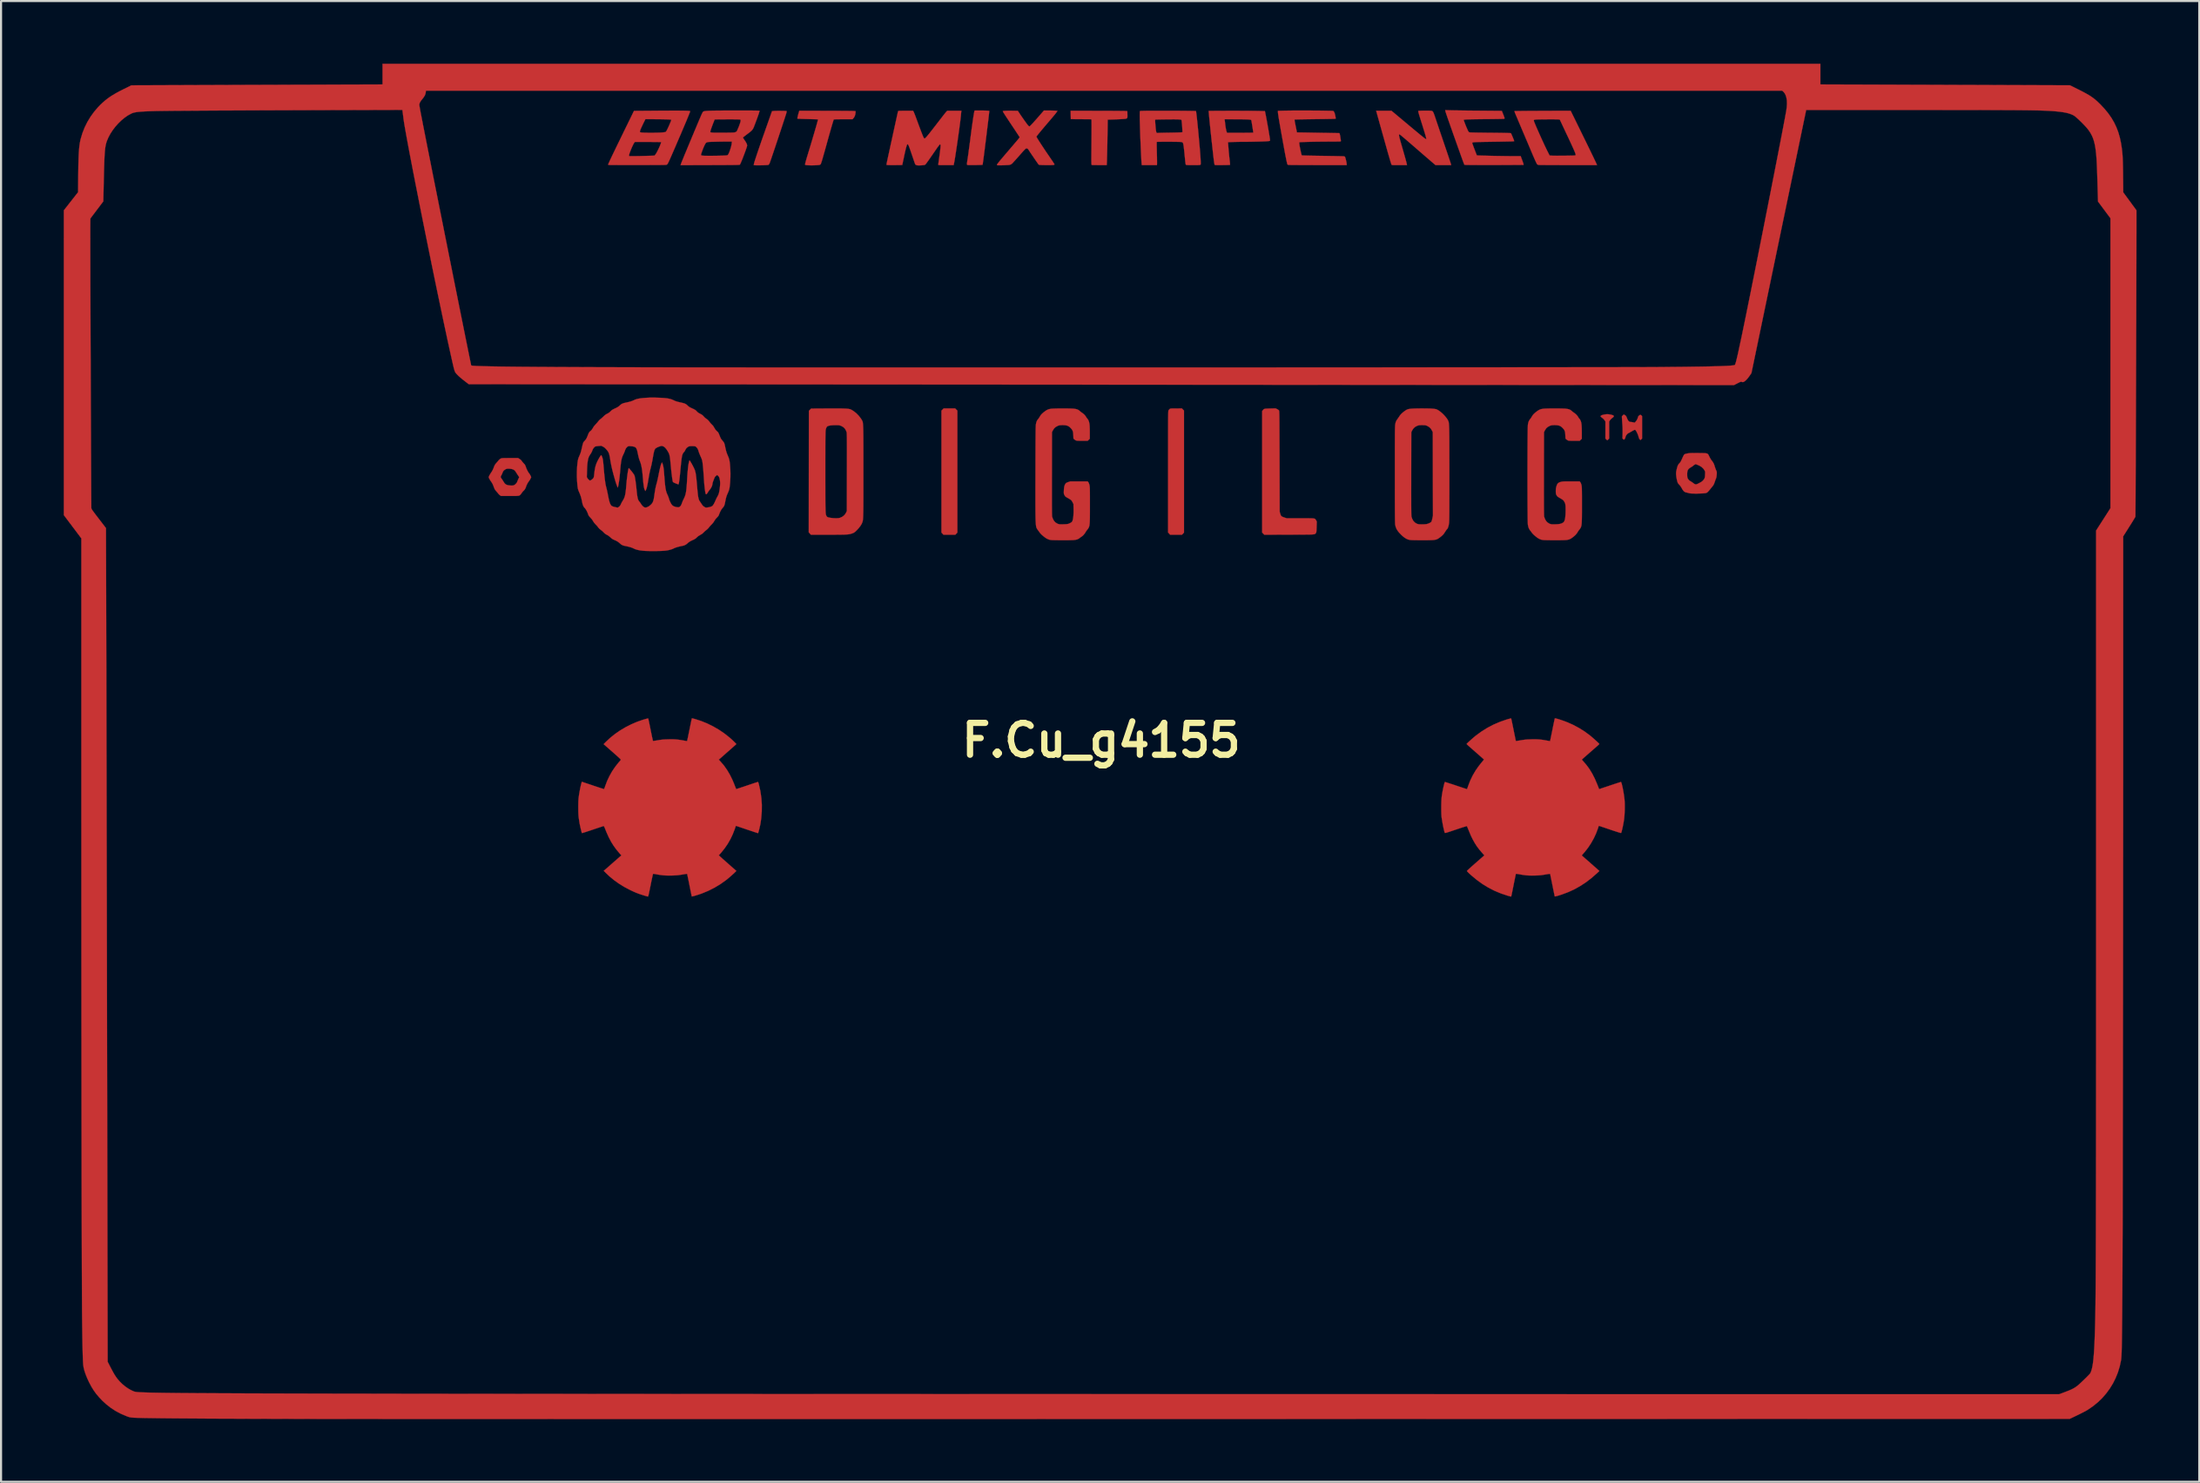
<source format=kicad_pcb>
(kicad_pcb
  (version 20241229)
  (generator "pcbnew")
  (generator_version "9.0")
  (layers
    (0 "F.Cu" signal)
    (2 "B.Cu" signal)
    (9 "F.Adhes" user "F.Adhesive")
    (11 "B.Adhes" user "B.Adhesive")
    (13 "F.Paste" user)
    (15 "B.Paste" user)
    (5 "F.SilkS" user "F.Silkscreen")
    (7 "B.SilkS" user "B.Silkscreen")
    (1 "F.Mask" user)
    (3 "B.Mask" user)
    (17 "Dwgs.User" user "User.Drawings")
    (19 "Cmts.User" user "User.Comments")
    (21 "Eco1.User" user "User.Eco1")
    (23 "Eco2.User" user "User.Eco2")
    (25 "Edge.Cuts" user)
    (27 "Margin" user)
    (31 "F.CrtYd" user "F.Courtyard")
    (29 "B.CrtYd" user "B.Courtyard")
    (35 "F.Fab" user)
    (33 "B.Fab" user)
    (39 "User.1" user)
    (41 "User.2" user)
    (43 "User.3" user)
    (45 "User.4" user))
  (footprint "F.Cu_g4155"
    (layer "F.Cu")
    (at 49.649 32.39)
    (property "Reference" "F.Cu_g4155" (at 0 0 0) (layer "F.SilkS") (effects (font (size 1.524 1.524) (thickness 0.3))))
    (attr through_hole)
    (fp_poly (pts (xy -6.937 -15.835) (xy -6.883 -15.782) (xy -6.883 -9.945) (xy -6.981 -9.842) (xy -7.548 -9.842) (xy -7.597 -9.894) (xy -7.645 -9.945) (xy -7.645 -15.782) (xy -7.592 -15.835) (xy -7.539 -15.888) (xy -7.264 -15.888) (xy -6.99 -15.888) (xy -6.937 -15.835)) (stroke (width 0.01) (type solid)) (fill yes) (layer "F.Cu"))
    (fp_poly (pts (xy 24.275 -15.608) (xy 24.338 -15.6) (xy 24.4 -15.587) (xy 24.455 -15.572) (xy 24.497 -15.557) (xy 24.516 -15.545) (xy 24.531 -15.524) (xy 24.531 -15.504) (xy 24.513 -15.479) (xy 24.476 -15.447) (xy 24.454 -15.43) (xy 24.41 -15.393) (xy 24.369 -15.351) (xy 24.345 -15.319) (xy 24.308 -15.26) (xy 24.308 -14.445) (xy 24.266 -14.404) (xy 24.24 -14.38) (xy 24.221 -14.366) (xy 24.218 -14.364) (xy 24.206 -14.372) (xy 24.183 -14.393) (xy 24.171 -14.406) (xy 24.13 -14.447) (xy 24.13 -15.26) (xy 24.093 -15.319) (xy 24.061 -15.359) (xy 24.019 -15.402) (xy 23.988 -15.427) (xy 23.941 -15.463) (xy 23.912 -15.489) (xy 23.899 -15.507) (xy 23.901 -15.523) (xy 23.914 -15.539) (xy 23.917 -15.542) (xy 23.947 -15.559) (xy 23.995 -15.576) (xy 24.056 -15.592) (xy 24.121 -15.603) (xy 24.185 -15.61) (xy 24.219 -15.611) (xy 24.275 -15.608)) (stroke (width 0.01) (type solid)) (fill yes) (layer "F.Cu"))
    (fp_poly (pts (xy 3.962 -15.786) (xy 3.962 -9.945) (xy 3.865 -9.842) (xy 3.298 -9.842) (xy 3.249 -9.895) (xy 3.2 -9.948) (xy 3.2 -12.858) (xy 3.2 -13.179) (xy 3.2 -13.476) (xy 3.2 -13.749) (xy 3.201 -14) (xy 3.201 -14.23) (xy 3.201 -14.438) (xy 3.201 -14.628) (xy 3.201 -14.798) (xy 3.202 -14.951) (xy 3.202 -15.088) (xy 3.203 -15.209) (xy 3.203 -15.315) (xy 3.204 -15.407) (xy 3.205 -15.487) (xy 3.206 -15.555) (xy 3.207 -15.612) (xy 3.208 -15.659) (xy 3.21 -15.697) (xy 3.211 -15.728) (xy 3.213 -15.752) (xy 3.214 -15.769) (xy 3.216 -15.782) (xy 3.219 -15.791) (xy 3.221 -15.797) (xy 3.222 -15.799) (xy 3.249 -15.831) (xy 3.276 -15.859) (xy 3.288 -15.868) (xy 3.301 -15.875) (xy 3.319 -15.88) (xy 3.345 -15.883) (xy 3.384 -15.885) (xy 3.438 -15.887) (xy 3.511 -15.887) (xy 3.585 -15.887) (xy 3.861 -15.888) (xy 3.962 -15.786)) (stroke (width 0.01) (type solid)) (fill yes) (layer "F.Cu"))
    (fp_poly (pts (xy -15.35 -30.134) (xy -15.273 -30.133) (xy -15.201 -30.132) (xy -15.139 -30.13) (xy -15.091 -30.127) (xy -15.062 -30.124) (xy -15.055 -30.121) (xy -15.053 -30.105) (xy -15.058 -30.072) (xy -15.068 -30.028) (xy -15.069 -30.026) (xy -15.077 -29.996) (xy -15.093 -29.945) (xy -15.116 -29.875) (xy -15.144 -29.787) (xy -15.178 -29.685) (xy -15.216 -29.569) (xy -15.257 -29.443) (xy -15.302 -29.307) (xy -15.349 -29.165) (xy -15.398 -29.018) (xy -15.447 -28.869) (xy -15.497 -28.719) (xy -15.547 -28.571) (xy -15.595 -28.426) (xy -15.642 -28.287) (xy -15.686 -28.156) (xy -15.727 -28.035) (xy -15.764 -27.925) (xy -15.796 -27.83) (xy -15.824 -27.751) (xy -15.845 -27.69) (xy -15.859 -27.65) (xy -15.866 -27.633) (xy -15.887 -27.593) (xy -15.909 -27.561) (xy -15.923 -27.548) (xy -15.942 -27.544) (xy -15.983 -27.54) (xy -16.04 -27.536) (xy -16.11 -27.533) (xy -16.187 -27.53) (xy -16.268 -27.528) (xy -16.348 -27.527) (xy -16.423 -27.526) (xy -16.489 -27.527) (xy -16.54 -27.528) (xy -16.559 -27.529) (xy -16.627 -27.535) (xy -16.619 -27.595) (xy -16.612 -27.626) (xy -16.596 -27.68) (xy -16.573 -27.757) (xy -16.541 -27.855) (xy -16.502 -27.973) (xy -16.456 -28.111) (xy -16.403 -28.267) (xy -16.343 -28.441) (xy -16.277 -28.633) (xy -16.205 -28.84) (xy -16.126 -29.063) (xy -16.043 -29.3) (xy -16.036 -29.318) (xy -15.754 -30.118) (xy -15.665 -30.128) (xy -15.626 -30.131) (xy -15.57 -30.133) (xy -15.503 -30.134) (xy -15.428 -30.135) (xy -15.35 -30.134)) (stroke (width 0.01) (type solid)) (fill yes) (layer "F.Cu"))
    (fp_poly (pts (xy -5.793 -30.15) (xy -5.708 -30.149) (xy -5.624 -30.148) (xy -5.549 -30.146) (xy -5.488 -30.144) (xy -5.446 -30.142) (xy -5.443 -30.141) (xy -5.356 -30.133) (xy -5.364 -30.043) (xy -5.368 -30.01) (xy -5.374 -29.954) (xy -5.382 -29.881) (xy -5.393 -29.793) (xy -5.404 -29.694) (xy -5.417 -29.587) (xy -5.43 -29.483) (xy -5.465 -29.198) (xy -5.496 -28.939) (xy -5.525 -28.703) (xy -5.552 -28.491) (xy -5.575 -28.302) (xy -5.596 -28.135) (xy -5.615 -27.991) (xy -5.631 -27.868) (xy -5.644 -27.766) (xy -5.656 -27.685) (xy -5.665 -27.623) (xy -5.672 -27.581) (xy -5.676 -27.558) (xy -5.678 -27.553) (xy -5.693 -27.55) (xy -5.73 -27.547) (xy -5.784 -27.544) (xy -5.851 -27.542) (xy -5.928 -27.54) (xy -6.01 -27.538) (xy -6.094 -27.537) (xy -6.175 -27.537) (xy -6.249 -27.537) (xy -6.313 -27.538) (xy -6.362 -27.539) (xy -6.393 -27.542) (xy -6.398 -27.542) (xy -6.41 -27.546) (xy -6.419 -27.555) (xy -6.424 -27.571) (xy -6.425 -27.597) (xy -6.421 -27.637) (xy -6.414 -27.695) (xy -6.403 -27.772) (xy -6.395 -27.821) (xy -6.383 -27.898) (xy -6.37 -27.989) (xy -6.355 -28.094) (xy -6.339 -28.217) (xy -6.32 -28.358) (xy -6.298 -28.518) (xy -6.274 -28.7) (xy -6.248 -28.904) (xy -6.223 -29.096) (xy -6.205 -29.235) (xy -6.186 -29.372) (xy -6.167 -29.505) (xy -6.149 -29.632) (xy -6.132 -29.75) (xy -6.115 -29.855) (xy -6.101 -29.946) (xy -6.088 -30.021) (xy -6.078 -30.075) (xy -6.07 -30.107) (xy -6.069 -30.109) (xy -6.056 -30.15) (xy -5.793 -30.15)) (stroke (width 0.01) (type solid)) (fill yes) (layer "F.Cu"))
    (fp_poly (pts (xy -0.175 -30.136) (xy 0.005 -30.136) (xy 0.179 -30.135) (xy 0.345 -30.135) (xy 0.502 -30.134) (xy 0.646 -30.133) (xy 0.778 -30.132) (xy 0.894 -30.131) (xy 0.993 -30.13) (xy 1.073 -30.129) (xy 1.133 -30.128) (xy 1.17 -30.127) (xy 1.181 -30.126) (xy 1.251 -30.118) (xy 1.254 -29.964) (xy 1.256 -29.89) (xy 1.254 -29.835) (xy 1.245 -29.798) (xy 1.226 -29.773) (xy 1.193 -29.759) (xy 1.143 -29.75) (xy 1.072 -29.744) (xy 1.041 -29.742) (xy 0.974 -29.738) (xy 0.889 -29.733) (xy 0.792 -29.729) (xy 0.693 -29.725) (xy 0.597 -29.721) (xy 0.591 -29.721) (xy 0.311 -29.712) (xy 0.308 -29.477) (xy 0.307 -29.371) (xy 0.305 -29.251) (xy 0.303 -29.121) (xy 0.301 -28.984) (xy 0.298 -28.84) (xy 0.296 -28.694) (xy 0.293 -28.548) (xy 0.29 -28.405) (xy 0.287 -28.266) (xy 0.284 -28.135) (xy 0.281 -28.015) (xy 0.278 -27.907) (xy 0.276 -27.815) (xy 0.274 -27.741) (xy 0.272 -27.688) (xy 0.271 -27.664) (xy 0.263 -27.534) (xy -0.081 -27.535) (xy -0.173 -27.536) (xy -0.258 -27.537) (xy -0.331 -27.538) (xy -0.39 -27.539) (xy -0.431 -27.541) (xy -0.449 -27.543) (xy -0.449 -27.543) (xy -0.454 -27.544) (xy -0.457 -27.548) (xy -0.461 -27.556) (xy -0.463 -27.569) (xy -0.465 -27.589) (xy -0.467 -27.617) (xy -0.468 -27.656) (xy -0.469 -27.707) (xy -0.47 -27.771) (xy -0.47 -27.85) (xy -0.469 -27.946) (xy -0.469 -28.06) (xy -0.468 -28.194) (xy -0.466 -28.35) (xy -0.465 -28.529) (xy -0.464 -28.605) (xy -0.463 -28.767) (xy -0.462 -28.923) (xy -0.461 -29.069) (xy -0.461 -29.206) (xy -0.46 -29.329) (xy -0.46 -29.438) (xy -0.461 -29.53) (xy -0.461 -29.604) (xy -0.462 -29.658) (xy -0.463 -29.689) (xy -0.464 -29.696) (xy -0.473 -29.73) (xy -0.963 -29.734) (xy -1.454 -29.737) (xy -1.458 -29.937) (xy -1.461 -30.137) (xy -0.175 -30.136)) (stroke (width 0.01) (type solid)) (fill yes) (layer "F.Cu"))
    (fp_poly (pts (xy 8.411 -15.858) (xy 8.453 -15.835) (xy 8.488 -15.811) (xy 8.504 -15.798) (xy 8.507 -15.794) (xy 8.509 -15.789) (xy 8.512 -15.781) (xy 8.514 -15.769) (xy 8.516 -15.753) (xy 8.518 -15.732) (xy 8.52 -15.703) (xy 8.521 -15.666) (xy 8.523 -15.621) (xy 8.524 -15.565) (xy 8.525 -15.498) (xy 8.526 -15.419) (xy 8.527 -15.327) (xy 8.528 -15.22) (xy 8.529 -15.098) (xy 8.529 -14.959) (xy 8.53 -14.803) (xy 8.531 -14.628) (xy 8.531 -14.434) (xy 8.532 -14.218) (xy 8.533 -13.981) (xy 8.534 -13.72) (xy 8.534 -13.436) (xy 8.535 -13.356) (xy 8.541 -10.941) (xy 8.571 -10.841) (xy 8.588 -10.79) (xy 8.607 -10.753) (xy 8.632 -10.725) (xy 8.668 -10.703) (xy 8.719 -10.682) (xy 8.78 -10.661) (xy 8.879 -10.63) (xy 9.536 -10.63) (xy 9.685 -10.63) (xy 9.812 -10.63) (xy 9.917 -10.63) (xy 10.003 -10.629) (xy 10.073 -10.627) (xy 10.127 -10.624) (xy 10.169 -10.619) (xy 10.201 -10.613) (xy 10.224 -10.605) (xy 10.241 -10.594) (xy 10.253 -10.581) (xy 10.264 -10.566) (xy 10.275 -10.547) (xy 10.282 -10.533) (xy 10.316 -10.475) (xy 10.308 -10.215) (xy 10.305 -10.126) (xy 10.302 -10.059) (xy 10.299 -10.011) (xy 10.295 -9.976) (xy 10.29 -9.952) (xy 10.283 -9.936) (xy 10.274 -9.922) (xy 10.274 -9.922) (xy 10.265 -9.91) (xy 10.257 -9.899) (xy 10.249 -9.89) (xy 10.239 -9.881) (xy 10.226 -9.874) (xy 10.207 -9.868) (xy 10.182 -9.863) (xy 10.149 -9.859) (xy 10.107 -9.856) (xy 10.053 -9.853) (xy 9.986 -9.851) (xy 9.905 -9.85) (xy 9.808 -9.849) (xy 9.694 -9.848) (xy 9.561 -9.847) (xy 9.408 -9.846) (xy 9.232 -9.846) (xy 9.033 -9.845) (xy 8.998 -9.845) (xy 7.804 -9.842) (xy 7.703 -9.945) (xy 7.703 -15.759) (xy 7.729 -15.794) (xy 7.749 -15.82) (xy 7.769 -15.841) (xy 7.791 -15.856) (xy 7.819 -15.866) (xy 7.858 -15.874) (xy 7.91 -15.878) (xy 7.98 -15.881) (xy 8.071 -15.884) (xy 8.081 -15.884) (xy 8.342 -15.891) (xy 8.411 -15.858)) (stroke (width 0.01) (type solid)) (fill yes) (layer "F.Cu"))
    (fp_poly (pts (xy 25.029 -15.588) (xy 25.059 -15.571) (xy 25.075 -15.56) (xy 25.108 -15.531) (xy 25.133 -15.494) (xy 25.152 -15.449) (xy 25.186 -15.364) (xy 25.223 -15.303) (xy 25.262 -15.263) (xy 25.306 -15.243) (xy 25.336 -15.24) (xy 25.373 -15.237) (xy 25.423 -15.229) (xy 25.46 -15.222) (xy 25.503 -15.213) (xy 25.529 -15.211) (xy 25.544 -15.216) (xy 25.555 -15.229) (xy 25.557 -15.232) (xy 25.579 -15.26) (xy 25.606 -15.293) (xy 25.608 -15.296) (xy 25.63 -15.327) (xy 25.653 -15.371) (xy 25.673 -15.418) (xy 25.688 -15.461) (xy 25.692 -15.487) (xy 25.702 -15.506) (xy 25.725 -15.532) (xy 25.755 -15.558) (xy 25.784 -15.577) (xy 25.801 -15.583) (xy 25.823 -15.574) (xy 25.849 -15.554) (xy 25.851 -15.552) (xy 25.883 -15.521) (xy 25.883 -14.445) (xy 25.847 -14.411) (xy 25.823 -14.389) (xy 25.807 -14.377) (xy 25.805 -14.376) (xy 25.793 -14.385) (xy 25.772 -14.406) (xy 25.766 -14.411) (xy 25.739 -14.456) (xy 25.718 -14.524) (xy 25.717 -14.529) (xy 25.703 -14.578) (xy 25.682 -14.637) (xy 25.655 -14.7) (xy 25.626 -14.76) (xy 25.597 -14.81) (xy 25.573 -14.845) (xy 25.567 -14.851) (xy 25.552 -14.863) (xy 25.537 -14.865) (xy 25.514 -14.858) (xy 25.476 -14.84) (xy 25.474 -14.839) (xy 25.427 -14.814) (xy 25.371 -14.782) (xy 25.326 -14.756) (xy 25.285 -14.732) (xy 25.253 -14.714) (xy 25.235 -14.707) (xy 25.234 -14.707) (xy 25.218 -14.699) (xy 25.192 -14.678) (xy 25.172 -14.662) (xy 25.136 -14.618) (xy 25.105 -14.564) (xy 25.086 -14.509) (xy 25.082 -14.478) (xy 25.074 -14.456) (xy 25.053 -14.429) (xy 25.047 -14.423) (xy 25.012 -14.39) (xy 24.979 -14.42) (xy 24.946 -14.451) (xy 24.953 -14.676) (xy 24.954 -14.767) (xy 24.953 -14.867) (xy 24.951 -14.964) (xy 24.947 -15.05) (xy 24.945 -15.08) (xy 24.939 -15.159) (xy 24.933 -15.242) (xy 24.928 -15.319) (xy 24.924 -15.381) (xy 24.924 -15.382) (xy 24.917 -15.505) (xy 24.957 -15.55) (xy 24.983 -15.577) (xy 25.004 -15.593) (xy 25.011 -15.595) (xy 25.029 -15.588)) (stroke (width 0.01) (type solid)) (fill yes) (layer "F.Cu"))
    (fp_poly (pts (xy -13.184 -30.136) (xy -13.005 -30.135) (xy -12.832 -30.135) (xy -12.666 -30.134) (xy -12.511 -30.134) (xy -12.366 -30.133) (xy -12.236 -30.132) (xy -12.12 -30.131) (xy -12.021 -30.13) (xy -11.941 -30.129) (xy -11.882 -30.128) (xy -11.846 -30.127) (xy -11.836 -30.126) (xy -11.754 -30.118) (xy -11.755 -30.065) (xy -11.765 -29.98) (xy -11.789 -29.897) (xy -11.825 -29.824) (xy -11.852 -29.788) (xy -11.902 -29.731) (xy -12.35 -29.731) (xy -12.469 -29.731) (xy -12.565 -29.73) (xy -12.641 -29.73) (xy -12.698 -29.729) (xy -12.74 -29.727) (xy -12.77 -29.724) (xy -12.788 -29.721) (xy -12.799 -29.717) (xy -12.804 -29.712) (xy -12.805 -29.708) (xy -12.811 -29.689) (xy -12.822 -29.65) (xy -12.839 -29.596) (xy -12.859 -29.531) (xy -12.875 -29.477) (xy -12.891 -29.425) (xy -12.912 -29.351) (xy -12.938 -29.26) (xy -12.969 -29.153) (xy -13.003 -29.033) (xy -13.039 -28.905) (xy -13.077 -28.77) (xy -13.115 -28.633) (xy -13.138 -28.55) (xy -13.187 -28.373) (xy -13.23 -28.219) (xy -13.268 -28.086) (xy -13.3 -27.973) (xy -13.327 -27.878) (xy -13.35 -27.799) (xy -13.369 -27.735) (xy -13.386 -27.684) (xy -13.399 -27.645) (xy -13.41 -27.615) (xy -13.42 -27.593) (xy -13.428 -27.578) (xy -13.435 -27.568) (xy -13.437 -27.567) (xy -13.452 -27.556) (xy -13.475 -27.548) (xy -13.512 -27.541) (xy -13.567 -27.536) (xy -13.61 -27.533) (xy -13.738 -27.526) (xy -13.863 -27.524) (xy -13.979 -27.526) (xy -14.077 -27.532) (xy -14.08 -27.532) (xy -14.123 -27.538) (xy -14.155 -27.544) (xy -14.168 -27.549) (xy -14.171 -27.559) (xy -14.17 -27.577) (xy -14.165 -27.607) (xy -14.156 -27.65) (xy -14.14 -27.708) (xy -14.119 -27.783) (xy -14.092 -27.877) (xy -14.057 -27.992) (xy -14.025 -28.099) (xy -13.963 -28.304) (xy -13.903 -28.501) (xy -13.847 -28.688) (xy -13.795 -28.863) (xy -13.747 -29.026) (xy -13.703 -29.175) (xy -13.664 -29.309) (xy -13.63 -29.427) (xy -13.602 -29.527) (xy -13.58 -29.608) (xy -13.564 -29.669) (xy -13.555 -29.708) (xy -13.553 -29.724) (xy -13.553 -29.725) (xy -13.567 -29.726) (xy -13.602 -29.728) (xy -13.658 -29.73) (xy -13.731 -29.732) (xy -13.818 -29.735) (xy -13.916 -29.737) (xy -14.023 -29.74) (xy -14.043 -29.741) (xy -14.152 -29.743) (xy -14.252 -29.746) (xy -14.342 -29.749) (xy -14.418 -29.752) (xy -14.477 -29.755) (xy -14.518 -29.757) (xy -14.536 -29.759) (xy -14.536 -29.759) (xy -14.538 -29.777) (xy -14.534 -29.814) (xy -14.523 -29.867) (xy -14.507 -29.933) (xy -14.487 -30.007) (xy -14.481 -30.026) (xy -14.449 -30.137) (xy -13.184 -30.136)) (stroke (width 0.01) (type solid)) (fill yes) (layer "F.Cu"))
    (fp_poly (pts (xy 22.639 -29.786) (xy 22.783 -29.492) (xy 22.916 -29.221) (xy 23.038 -28.972) (xy 23.149 -28.745) (xy 23.25 -28.539) (xy 23.34 -28.354) (xy 23.42 -28.189) (xy 23.49 -28.044) (xy 23.551 -27.919) (xy 23.601 -27.813) (xy 23.643 -27.726) (xy 23.675 -27.658) (xy 23.698 -27.607) (xy 23.712 -27.575) (xy 23.717 -27.562) (xy 23.725 -27.534) (xy 22.362 -27.536) (xy 22.178 -27.536) (xy 22 -27.536) (xy 21.83 -27.537) (xy 21.671 -27.537) (xy 21.523 -27.538) (xy 21.389 -27.538) (xy 21.269 -27.539) (xy 21.167 -27.54) (xy 21.084 -27.54) (xy 21.02 -27.541) (xy 20.979 -27.542) (xy 20.961 -27.542) (xy 20.917 -27.549) (xy 20.887 -27.558) (xy 20.864 -27.576) (xy 20.843 -27.607) (xy 20.818 -27.656) (xy 20.817 -27.658) (xy 20.799 -27.696) (xy 20.773 -27.753) (xy 20.74 -27.826) (xy 20.704 -27.908) (xy 20.665 -27.998) (xy 20.628 -28.086) (xy 20.569 -28.224) (xy 20.508 -28.368) (xy 20.445 -28.518) (xy 20.38 -28.671) (xy 20.315 -28.824) (xy 20.25 -28.977) (xy 20.186 -29.127) (xy 20.125 -29.272) (xy 20.067 -29.409) (xy 20.012 -29.538) (xy 19.962 -29.656) (xy 19.953 -29.679) (xy 20.703 -29.679) (xy 20.704 -29.665) (xy 20.705 -29.655) (xy 20.714 -29.627) (xy 20.732 -29.579) (xy 20.759 -29.513) (xy 20.793 -29.432) (xy 20.833 -29.338) (xy 20.879 -29.233) (xy 20.928 -29.121) (xy 20.981 -29.003) (xy 21.035 -28.883) (xy 21.089 -28.762) (xy 21.144 -28.644) (xy 21.196 -28.531) (xy 21.246 -28.425) (xy 21.292 -28.329) (xy 21.332 -28.246) (xy 21.349 -28.213) (xy 21.458 -27.997) (xy 21.54 -27.989) (xy 21.572 -27.987) (xy 21.624 -27.986) (xy 21.694 -27.985) (xy 21.778 -27.984) (xy 21.873 -27.984) (xy 21.975 -27.985) (xy 22.081 -27.985) (xy 22.188 -27.986) (xy 22.292 -27.987) (xy 22.39 -27.989) (xy 22.479 -27.991) (xy 22.555 -27.992) (xy 22.616 -27.994) (xy 22.657 -27.997) (xy 22.674 -27.999) (xy 22.698 -28.007) (xy 22.706 -28.022) (xy 22.703 -28.05) (xy 22.698 -28.071) (xy 22.689 -28.101) (xy 22.674 -28.141) (xy 22.653 -28.193) (xy 22.625 -28.257) (xy 22.591 -28.335) (xy 22.548 -28.429) (xy 22.498 -28.539) (xy 22.438 -28.668) (xy 22.369 -28.817) (xy 22.289 -28.986) (xy 22.256 -29.056) (xy 21.948 -29.712) (xy 21.893 -29.722) (xy 21.868 -29.724) (xy 21.822 -29.726) (xy 21.755 -29.727) (xy 21.673 -29.728) (xy 21.577 -29.728) (xy 21.47 -29.728) (xy 21.356 -29.728) (xy 21.298 -29.727) (xy 21.158 -29.726) (xy 21.042 -29.725) (xy 20.947 -29.723) (xy 20.871 -29.721) (xy 20.812 -29.717) (xy 20.769 -29.713) (xy 20.738 -29.707) (xy 20.718 -29.7) (xy 20.707 -29.691) (xy 20.703 -29.679) (xy 19.953 -29.679) (xy 19.918 -29.761) (xy 19.88 -29.851) (xy 19.849 -29.923) (xy 19.827 -29.977) (xy 19.813 -30.01) (xy 19.811 -30.014) (xy 19.794 -30.06) (xy 19.782 -30.097) (xy 19.778 -30.118) (xy 19.779 -30.121) (xy 19.793 -30.123) (xy 19.831 -30.124) (xy 19.89 -30.125) (xy 19.97 -30.127) (xy 20.069 -30.128) (xy 20.184 -30.129) (xy 20.315 -30.13) (xy 20.46 -30.132) (xy 20.617 -30.133) (xy 20.784 -30.133) (xy 20.959 -30.134) (xy 21.127 -30.135) (xy 22.465 -30.139) (xy 22.639 -29.786)) (stroke (width 0.01) (type solid)) (fill yes) (layer "F.Cu"))
    (fp_poly (pts (xy 15.585 -30.144) (xy 15.66 -30.143) (xy 15.725 -30.141) (xy 15.777 -30.138) (xy 15.812 -30.134) (xy 15.815 -30.133) (xy 15.836 -30.127) (xy 15.855 -30.114) (xy 15.873 -30.094) (xy 15.892 -30.063) (xy 15.912 -30.018) (xy 15.936 -29.957) (xy 15.964 -29.877) (xy 15.996 -29.782) (xy 16.012 -29.733) (xy 16.035 -29.664) (xy 16.065 -29.575) (xy 16.101 -29.469) (xy 16.142 -29.349) (xy 16.186 -29.217) (xy 16.234 -29.076) (xy 16.285 -28.927) (xy 16.337 -28.774) (xy 16.39 -28.619) (xy 16.391 -28.615) (xy 16.442 -28.465) (xy 16.491 -28.32) (xy 16.538 -28.183) (xy 16.581 -28.056) (xy 16.62 -27.94) (xy 16.654 -27.838) (xy 16.683 -27.751) (xy 16.706 -27.682) (xy 16.722 -27.633) (xy 16.73 -27.605) (xy 16.731 -27.602) (xy 16.749 -27.534) (xy 16.003 -27.534) (xy 15.917 -27.607) (xy 15.884 -27.635) (xy 15.833 -27.678) (xy 15.766 -27.736) (xy 15.684 -27.807) (xy 15.587 -27.89) (xy 15.479 -27.984) (xy 15.359 -28.087) (xy 15.23 -28.199) (xy 15.092 -28.318) (xy 14.947 -28.444) (xy 14.796 -28.575) (xy 14.759 -28.607) (xy 14.649 -28.701) (xy 14.558 -28.78) (xy 14.482 -28.845) (xy 14.421 -28.896) (xy 14.372 -28.937) (xy 14.335 -28.966) (xy 14.307 -28.987) (xy 14.287 -28.999) (xy 14.274 -29.006) (xy 14.268 -29.007) (xy 14.257 -29.003) (xy 14.252 -28.989) (xy 14.252 -28.964) (xy 14.257 -28.925) (xy 14.268 -28.871) (xy 14.286 -28.799) (xy 14.311 -28.708) (xy 14.343 -28.595) (xy 14.359 -28.54) (xy 14.416 -28.342) (xy 14.466 -28.167) (xy 14.51 -28.013) (xy 14.547 -27.882) (xy 14.577 -27.774) (xy 14.599 -27.689) (xy 14.615 -27.628) (xy 14.623 -27.591) (xy 14.624 -27.588) (xy 14.633 -27.534) (xy 14.27 -27.534) (xy 14.164 -27.534) (xy 14.081 -27.534) (xy 14.017 -27.535) (xy 13.97 -27.537) (xy 13.938 -27.539) (xy 13.917 -27.542) (xy 13.904 -27.547) (xy 13.897 -27.553) (xy 13.896 -27.556) (xy 13.885 -27.582) (xy 13.868 -27.631) (xy 13.845 -27.703) (xy 13.817 -27.799) (xy 13.782 -27.919) (xy 13.74 -28.062) (xy 13.692 -28.23) (xy 13.667 -28.321) (xy 13.61 -28.523) (xy 13.555 -28.719) (xy 13.502 -28.908) (xy 13.451 -29.089) (xy 13.404 -29.258) (xy 13.36 -29.415) (xy 13.319 -29.559) (xy 13.284 -29.686) (xy 13.253 -29.797) (xy 13.227 -29.888) (xy 13.208 -29.959) (xy 13.194 -30.008) (xy 13.191 -30.02) (xy 13.159 -30.137) (xy 13.891 -30.137) (xy 14.41 -29.703) (xy 14.583 -29.558) (xy 14.737 -29.429) (xy 14.875 -29.314) (xy 14.995 -29.214) (xy 15.101 -29.126) (xy 15.192 -29.051) (xy 15.27 -28.986) (xy 15.336 -28.933) (xy 15.391 -28.889) (xy 15.436 -28.854) (xy 15.472 -28.827) (xy 15.5 -28.807) (xy 15.521 -28.793) (xy 15.536 -28.785) (xy 15.546 -28.782) (xy 15.552 -28.782) (xy 15.554 -28.783) (xy 15.557 -28.793) (xy 15.555 -28.814) (xy 15.548 -28.847) (xy 15.536 -28.895) (xy 15.519 -28.958) (xy 15.495 -29.039) (xy 15.466 -29.137) (xy 15.429 -29.256) (xy 15.386 -29.396) (xy 15.335 -29.558) (xy 15.333 -29.563) (xy 15.291 -29.699) (xy 15.255 -29.813) (xy 15.227 -29.906) (xy 15.205 -29.98) (xy 15.189 -30.037) (xy 15.179 -30.079) (xy 15.174 -30.107) (xy 15.173 -30.123) (xy 15.175 -30.128) (xy 15.192 -30.133) (xy 15.23 -30.136) (xy 15.284 -30.139) (xy 15.352 -30.142) (xy 15.427 -30.143) (xy 15.506 -30.144) (xy 15.585 -30.144)) (stroke (width 0.01) (type solid)) (fill yes) (layer "F.Cu"))
    (fp_poly (pts (xy -27.838 -13.471) (xy -27.77 -13.419) (xy -27.728 -13.368) (xy -27.694 -13.322) (xy -27.654 -13.276) (xy -27.636 -13.257) (xy -27.6 -13.219) (xy -27.573 -13.181) (xy -27.551 -13.135) (xy -27.529 -13.073) (xy -27.527 -13.068) (xy -27.501 -12.999) (xy -27.468 -12.927) (xy -27.432 -12.859) (xy -27.397 -12.805) (xy -27.381 -12.785) (xy -27.354 -12.748) (xy -27.326 -12.7) (xy -27.31 -12.67) (xy -27.278 -12.598) (xy -27.31 -12.528) (xy -27.336 -12.478) (xy -27.368 -12.429) (xy -27.386 -12.406) (xy -27.42 -12.36) (xy -27.456 -12.298) (xy -27.49 -12.23) (xy -27.518 -12.164) (xy -27.532 -12.121) (xy -27.555 -12.063) (xy -27.591 -12.003) (xy -27.633 -11.954) (xy -27.649 -11.94) (xy -27.675 -11.914) (xy -27.705 -11.877) (xy -27.718 -11.86) (xy -27.747 -11.819) (xy -27.776 -11.781) (xy -27.787 -11.769) (xy -27.804 -11.75) (xy -27.821 -11.734) (xy -27.84 -11.722) (xy -27.863 -11.713) (xy -27.895 -11.707) (xy -27.936 -11.702) (xy -27.991 -11.699) (xy -28.062 -11.698) (xy -28.152 -11.697) (xy -28.264 -11.697) (xy -28.306 -11.697) (xy -28.724 -11.697) (xy -28.775 -11.734) (xy -28.811 -11.764) (xy -28.842 -11.795) (xy -28.85 -11.806) (xy -28.87 -11.832) (xy -28.901 -11.869) (xy -28.937 -11.909) (xy -28.939 -11.911) (xy -28.975 -11.953) (xy -29.003 -11.99) (xy -29.027 -12.03) (xy -29.049 -12.079) (xy -29.074 -12.143) (xy -29.083 -12.169) (xy -29.104 -12.222) (xy -29.124 -12.268) (xy -29.149 -12.313) (xy -29.181 -12.364) (xy -29.225 -12.428) (xy -29.23 -12.435) (xy -29.258 -12.48) (xy -29.284 -12.527) (xy -29.292 -12.544) (xy -29.305 -12.576) (xy -29.308 -12.599) (xy -29.307 -12.606) (xy -28.74 -12.606) (xy -28.733 -12.585) (xy -28.714 -12.552) (xy -28.691 -12.518) (xy -28.657 -12.47) (xy -28.624 -12.418) (xy -28.606 -12.389) (xy -28.561 -12.317) (xy -28.513 -12.267) (xy -28.459 -12.233) (xy -28.392 -12.213) (xy -28.359 -12.207) (xy -28.258 -12.196) (xy -28.18 -12.195) (xy -28.123 -12.204) (xy -28.101 -12.212) (xy -28.051 -12.245) (xy -28.005 -12.288) (xy -27.968 -12.335) (xy -27.951 -12.369) (xy -27.939 -12.403) (xy -27.919 -12.45) (xy -27.897 -12.501) (xy -27.894 -12.506) (xy -27.852 -12.598) (xy -27.918 -12.697) (xy -27.952 -12.75) (xy -27.986 -12.802) (xy -28.012 -12.845) (xy -28.019 -12.856) (xy -28.067 -12.918) (xy -28.128 -12.961) (xy -28.207 -12.987) (xy -28.241 -12.993) (xy -28.322 -13.002) (xy -28.385 -13.004) (xy -28.434 -13) (xy -28.476 -12.988) (xy -28.518 -12.968) (xy -28.52 -12.967) (xy -28.581 -12.924) (xy -28.622 -12.874) (xy -28.65 -12.81) (xy -28.651 -12.808) (xy -28.667 -12.767) (xy -28.689 -12.719) (xy -28.704 -12.692) (xy -28.723 -12.653) (xy -28.737 -12.621) (xy -28.74 -12.606) (xy -29.307 -12.606) (xy -29.303 -12.625) (xy -29.288 -12.661) (xy -29.267 -12.701) (xy -29.237 -12.752) (xy -29.203 -12.805) (xy -29.192 -12.819) (xy -29.136 -12.911) (xy -29.09 -13.009) (xy -29.084 -13.024) (xy -29.058 -13.094) (xy -29.036 -13.146) (xy -29.014 -13.188) (xy -28.989 -13.225) (xy -28.956 -13.264) (xy -28.939 -13.284) (xy -28.9 -13.328) (xy -28.862 -13.373) (xy -28.833 -13.408) (xy -28.796 -13.445) (xy -28.752 -13.478) (xy -28.736 -13.486) (xy -28.72 -13.494) (xy -28.702 -13.5) (xy -28.68 -13.504) (xy -28.652 -13.508) (xy -28.613 -13.51) (xy -28.562 -13.511) (xy -28.494 -13.512) (xy -28.407 -13.513) (xy -28.298 -13.513) (xy -27.907 -13.513) (xy -27.838 -13.471)) (stroke (width 0.01) (type solid)) (fill yes) (layer "F.Cu"))
    (fp_poly (pts (xy 6.366 -30.137) (xy 6.519 -30.137) (xy 6.671 -30.136) (xy 6.818 -30.136) (xy 6.959 -30.135) (xy 7.091 -30.134) (xy 7.213 -30.134) (xy 7.323 -30.132) (xy 7.419 -30.131) (xy 7.497 -30.13) (xy 7.54 -30.129) (xy 7.835 -30.12) (xy 7.847 -30.062) (xy 7.86 -29.999) (xy 7.876 -29.919) (xy 7.894 -29.825) (xy 7.914 -29.72) (xy 7.934 -29.607) (xy 7.955 -29.491) (xy 7.976 -29.373) (xy 7.997 -29.257) (xy 8.016 -29.147) (xy 8.033 -29.045) (xy 8.048 -28.955) (xy 8.06 -28.881) (xy 8.069 -28.825) (xy 8.073 -28.79) (xy 8.073 -28.79) (xy 8.081 -28.706) (xy 8.038 -28.69) (xy 8.013 -28.685) (xy 7.965 -28.681) (xy 7.897 -28.676) (xy 7.811 -28.672) (xy 7.709 -28.668) (xy 7.594 -28.664) (xy 7.469 -28.661) (xy 7.335 -28.658) (xy 7.195 -28.655) (xy 7.053 -28.653) (xy 6.909 -28.652) (xy 6.825 -28.652) (xy 6.721 -28.651) (xy 6.61 -28.65) (xy 6.502 -28.648) (xy 6.401 -28.646) (xy 6.316 -28.644) (xy 6.281 -28.643) (xy 6.069 -28.634) (xy 6.077 -28.513) (xy 6.087 -28.38) (xy 6.099 -28.231) (xy 6.114 -28.076) (xy 6.129 -27.924) (xy 6.145 -27.785) (xy 6.148 -27.764) (xy 6.156 -27.694) (xy 6.162 -27.633) (xy 6.165 -27.585) (xy 6.166 -27.556) (xy 6.165 -27.548) (xy 6.151 -27.546) (xy 6.115 -27.543) (xy 6.059 -27.541) (xy 5.989 -27.539) (xy 5.906 -27.538) (xy 5.814 -27.536) (xy 5.796 -27.536) (xy 5.687 -27.535) (xy 5.6 -27.535) (xy 5.534 -27.536) (xy 5.487 -27.537) (xy 5.455 -27.54) (xy 5.437 -27.544) (xy 5.43 -27.549) (xy 5.429 -27.549) (xy 5.421 -27.579) (xy 5.412 -27.621) (xy 5.403 -27.678) (xy 5.392 -27.754) (xy 5.381 -27.849) (xy 5.367 -27.967) (xy 5.366 -27.978) (xy 5.354 -28.082) (xy 5.341 -28.202) (xy 5.327 -28.33) (xy 5.313 -28.457) (xy 5.3 -28.574) (xy 5.296 -28.607) (xy 5.283 -28.725) (xy 5.269 -28.852) (xy 5.255 -28.986) (xy 5.24 -29.124) (xy 5.226 -29.262) (xy 5.212 -29.399) (xy 5.198 -29.532) (xy 5.186 -29.658) (xy 5.179 -29.731) (xy 5.904 -29.731) (xy 5.911 -29.689) (xy 5.915 -29.659) (xy 5.921 -29.611) (xy 5.928 -29.554) (xy 5.931 -29.521) (xy 5.944 -29.419) (xy 5.958 -29.323) (xy 5.974 -29.239) (xy 5.99 -29.172) (xy 6.003 -29.132) (xy 6.023 -29.083) (xy 6.65 -29.083) (xy 6.773 -29.083) (xy 6.889 -29.084) (xy 6.994 -29.085) (xy 7.086 -29.086) (xy 7.162 -29.087) (xy 7.221 -29.089) (xy 7.26 -29.09) (xy 7.276 -29.092) (xy 7.277 -29.093) (xy 7.274 -29.118) (xy 7.269 -29.162) (xy 7.26 -29.221) (xy 7.25 -29.289) (xy 7.238 -29.364) (xy 7.226 -29.44) (xy 7.214 -29.513) (xy 7.203 -29.579) (xy 7.193 -29.634) (xy 7.185 -29.673) (xy 7.18 -29.692) (xy 7.18 -29.694) (xy 7.163 -29.702) (xy 7.131 -29.709) (xy 7.081 -29.716) (xy 7.014 -29.721) (xy 6.926 -29.724) (xy 6.818 -29.727) (xy 6.688 -29.729) (xy 6.535 -29.73) (xy 6.441 -29.73) (xy 5.904 -29.731) (xy 5.179 -29.731) (xy 5.174 -29.775) (xy 5.164 -29.88) (xy 5.156 -29.97) (xy 5.15 -30.043) (xy 5.145 -30.096) (xy 5.144 -30.126) (xy 5.144 -30.128) (xy 5.156 -30.129) (xy 5.192 -30.131) (xy 5.248 -30.132) (xy 5.324 -30.133) (xy 5.417 -30.134) (xy 5.525 -30.135) (xy 5.646 -30.135) (xy 5.777 -30.136) (xy 5.917 -30.136) (xy 6.063 -30.137) (xy 6.213 -30.137) (xy 6.366 -30.137)) (stroke (width 0.01) (type solid)) (fill yes) (layer "F.Cu"))
    (fp_poly (pts (xy 28.509 -13.753) (xy 28.588 -13.752) (xy 28.704 -13.751) (xy 28.798 -13.749) (xy 28.872 -13.747) (xy 28.93 -13.742) (xy 28.973 -13.734) (xy 29.006 -13.723) (xy 29.031 -13.706) (xy 29.051 -13.683) (xy 29.068 -13.654) (xy 29.086 -13.617) (xy 29.103 -13.582) (xy 29.133 -13.523) (xy 29.168 -13.463) (xy 29.201 -13.413) (xy 29.213 -13.397) (xy 29.257 -13.341) (xy 29.289 -13.292) (xy 29.315 -13.242) (xy 29.338 -13.183) (xy 29.363 -13.107) (xy 29.363 -13.106) (xy 29.383 -13.044) (xy 29.404 -12.984) (xy 29.424 -12.935) (xy 29.434 -12.913) (xy 29.448 -12.884) (xy 29.456 -12.857) (xy 29.459 -12.827) (xy 29.459 -12.786) (xy 29.456 -12.726) (xy 29.456 -12.722) (xy 29.447 -12.637) (xy 29.434 -12.571) (xy 29.419 -12.529) (xy 29.402 -12.486) (xy 29.382 -12.43) (xy 29.362 -12.37) (xy 29.356 -12.354) (xy 29.333 -12.289) (xy 29.306 -12.232) (xy 29.281 -12.193) (xy 29.207 -12.1) (xy 29.147 -12.026) (xy 29.098 -11.966) (xy 29.058 -11.921) (xy 29.025 -11.887) (xy 28.996 -11.864) (xy 28.969 -11.848) (xy 28.942 -11.838) (xy 28.912 -11.832) (xy 28.877 -11.828) (xy 28.835 -11.824) (xy 28.776 -11.82) (xy 28.699 -11.817) (xy 28.611 -11.814) (xy 28.519 -11.812) (xy 28.442 -11.812) (xy 28.349 -11.813) (xy 28.277 -11.815) (xy 28.222 -11.818) (xy 28.18 -11.822) (xy 28.145 -11.828) (xy 28.113 -11.837) (xy 28.111 -11.837) (xy 28.06 -11.852) (xy 28.009 -11.864) (xy 27.981 -11.869) (xy 27.926 -11.89) (xy 27.872 -11.934) (xy 27.821 -12.001) (xy 27.786 -12.063) (xy 27.758 -12.112) (xy 27.719 -12.168) (xy 27.676 -12.221) (xy 27.668 -12.23) (xy 27.632 -12.27) (xy 27.608 -12.302) (xy 27.59 -12.333) (xy 27.576 -12.371) (xy 27.562 -12.424) (xy 27.556 -12.448) (xy 27.54 -12.521) (xy 27.526 -12.603) (xy 27.517 -12.68) (xy 27.515 -12.706) (xy 27.513 -12.735) (xy 28.042 -12.735) (xy 28.044 -12.655) (xy 28.05 -12.595) (xy 28.059 -12.556) (xy 28.059 -12.556) (xy 28.09 -12.502) (xy 28.135 -12.45) (xy 28.184 -12.411) (xy 28.2 -12.403) (xy 28.235 -12.383) (xy 28.278 -12.354) (xy 28.303 -12.336) (xy 28.358 -12.295) (xy 28.4 -12.268) (xy 28.435 -12.253) (xy 28.47 -12.252) (xy 28.51 -12.263) (xy 28.561 -12.285) (xy 28.619 -12.315) (xy 28.698 -12.358) (xy 28.759 -12.4) (xy 28.807 -12.445) (xy 28.848 -12.5) (xy 28.854 -12.509) (xy 28.87 -12.537) (xy 28.881 -12.565) (xy 28.888 -12.598) (xy 28.894 -12.643) (xy 28.898 -12.707) (xy 28.898 -12.713) (xy 28.902 -12.776) (xy 28.903 -12.821) (xy 28.901 -12.852) (xy 28.894 -12.878) (xy 28.883 -12.903) (xy 28.873 -12.922) (xy 28.813 -13.009) (xy 28.731 -13.084) (xy 28.628 -13.148) (xy 28.513 -13.197) (xy 28.444 -13.221) (xy 28.391 -13.19) (xy 28.356 -13.167) (xy 28.328 -13.145) (xy 28.321 -13.138) (xy 28.302 -13.122) (xy 28.268 -13.099) (xy 28.226 -13.074) (xy 28.157 -13.031) (xy 28.106 -12.985) (xy 28.072 -12.934) (xy 28.052 -12.871) (xy 28.043 -12.792) (xy 28.042 -12.735) (xy 27.513 -12.735) (xy 27.512 -12.765) (xy 27.512 -12.813) (xy 27.517 -12.859) (xy 27.527 -12.911) (xy 27.542 -12.979) (xy 27.544 -12.988) (xy 27.566 -13.071) (xy 27.586 -13.135) (xy 27.609 -13.184) (xy 27.635 -13.224) (xy 27.668 -13.26) (xy 27.674 -13.265) (xy 27.7 -13.294) (xy 27.727 -13.334) (xy 27.756 -13.389) (xy 27.791 -13.461) (xy 27.832 -13.554) (xy 27.832 -13.554) (xy 27.856 -13.606) (xy 27.881 -13.65) (xy 27.902 -13.681) (xy 27.909 -13.689) (xy 27.937 -13.703) (xy 27.984 -13.717) (xy 28.046 -13.73) (xy 28.07 -13.735) (xy 28.112 -13.741) (xy 28.155 -13.746) (xy 28.202 -13.75) (xy 28.258 -13.752) (xy 28.325 -13.754) (xy 28.407 -13.754) (xy 28.509 -13.753)) (stroke (width 0.01) (type solid)) (fill yes) (layer "F.Cu"))
    (fp_poly (pts (xy -2.485 -30.149) (xy -2.401 -30.148) (xy -2.322 -30.146) (xy -2.253 -30.144) (xy -2.198 -30.142) (xy -2.162 -30.139) (xy -2.161 -30.139) (xy -2.093 -30.131) (xy -2.128 -30.08) (xy -2.144 -30.056) (xy -2.165 -30.029) (xy -2.19 -29.996) (xy -2.222 -29.956) (xy -2.263 -29.906) (xy -2.313 -29.847) (xy -2.374 -29.774) (xy -2.447 -29.688) (xy -2.535 -29.585) (xy -2.62 -29.486) (xy -2.735 -29.35) (xy -2.834 -29.233) (xy -2.917 -29.134) (xy -2.984 -29.052) (xy -3.035 -28.988) (xy -3.071 -28.941) (xy -3.092 -28.911) (xy -3.099 -28.896) (xy -3.092 -28.878) (xy -3.071 -28.84) (xy -3.037 -28.784) (xy -2.992 -28.712) (xy -2.936 -28.624) (xy -2.87 -28.522) (xy -2.795 -28.408) (xy -2.712 -28.283) (xy -2.621 -28.148) (xy -2.524 -28.006) (xy -2.422 -27.856) (xy -2.342 -27.74) (xy -2.305 -27.684) (xy -2.273 -27.634) (xy -2.249 -27.595) (xy -2.237 -27.571) (xy -2.235 -27.566) (xy -2.243 -27.556) (xy -2.266 -27.547) (xy -2.308 -27.541) (xy -2.368 -27.537) (xy -2.45 -27.535) (xy -2.553 -27.534) (xy -2.68 -27.536) (xy -2.681 -27.536) (xy -2.78 -27.537) (xy -2.856 -27.54) (xy -2.912 -27.543) (xy -2.951 -27.547) (xy -2.976 -27.551) (xy -2.989 -27.558) (xy -2.989 -27.558) (xy -3.001 -27.572) (xy -3.025 -27.604) (xy -3.058 -27.651) (xy -3.1 -27.71) (xy -3.147 -27.778) (xy -3.198 -27.852) (xy -3.25 -27.929) (xy -3.302 -28.005) (xy -3.351 -28.078) (xy -3.396 -28.144) (xy -3.433 -28.201) (xy -3.462 -28.246) (xy -3.463 -28.248) (xy -3.492 -28.291) (xy -3.516 -28.317) (xy -3.54 -28.33) (xy -3.57 -28.333) (xy -3.578 -28.334) (xy -3.59 -28.332) (xy -3.602 -28.328) (xy -3.618 -28.318) (xy -3.639 -28.3) (xy -3.665 -28.274) (xy -3.701 -28.237) (xy -3.746 -28.187) (xy -3.803 -28.123) (xy -3.874 -28.042) (xy -3.927 -27.982) (xy -3.999 -27.901) (xy -4.068 -27.824) (xy -4.131 -27.754) (xy -4.186 -27.694) (xy -4.23 -27.645) (xy -4.263 -27.612) (xy -4.28 -27.595) (xy -4.324 -27.569) (xy -4.377 -27.55) (xy -4.388 -27.548) (xy -4.421 -27.543) (xy -4.472 -27.539) (xy -4.537 -27.536) (xy -4.611 -27.532) (xy -4.689 -27.529) (xy -4.766 -27.527) (xy -4.837 -27.526) (xy -4.897 -27.526) (xy -4.94 -27.527) (xy -4.963 -27.529) (xy -4.985 -27.539) (xy -4.991 -27.549) (xy -4.988 -27.559) (xy -4.979 -27.576) (xy -4.962 -27.601) (xy -4.936 -27.635) (xy -4.9 -27.679) (xy -4.854 -27.736) (xy -4.796 -27.806) (xy -4.725 -27.89) (xy -4.64 -27.99) (xy -4.54 -28.108) (xy -4.477 -28.181) (xy -4.393 -28.279) (xy -4.312 -28.375) (xy -4.234 -28.465) (xy -4.163 -28.549) (xy -4.101 -28.622) (xy -4.048 -28.683) (xy -4.009 -28.73) (xy -3.984 -28.759) (xy -3.949 -28.802) (xy -3.922 -28.839) (xy -3.906 -28.865) (xy -3.904 -28.875) (xy -3.912 -28.888) (xy -3.933 -28.921) (xy -3.965 -28.97) (xy -4.007 -29.034) (xy -4.058 -29.111) (xy -4.116 -29.199) (xy -4.18 -29.296) (xy -4.249 -29.399) (xy -4.264 -29.422) (xy -4.357 -29.561) (xy -4.436 -29.681) (xy -4.504 -29.783) (xy -4.56 -29.868) (xy -4.605 -29.938) (xy -4.641 -29.994) (xy -4.668 -30.038) (xy -4.687 -30.07) (xy -4.699 -30.094) (xy -4.706 -30.109) (xy -4.708 -30.118) (xy -4.706 -30.121) (xy -4.688 -30.127) (xy -4.646 -30.132) (xy -4.585 -30.136) (xy -4.507 -30.139) (xy -4.415 -30.14) (xy -4.311 -30.14) (xy -4.237 -30.139) (xy -3.989 -30.134) (xy -3.922 -30.031) (xy -3.879 -29.966) (xy -3.828 -29.891) (xy -3.772 -29.811) (xy -3.715 -29.729) (xy -3.659 -29.65) (xy -3.608 -29.579) (xy -3.563 -29.518) (xy -3.529 -29.473) (xy -3.52 -29.462) (xy -3.489 -29.426) (xy -3.461 -29.4) (xy -3.441 -29.388) (xy -3.44 -29.388) (xy -3.426 -29.394) (xy -3.403 -29.412) (xy -3.369 -29.444) (xy -3.324 -29.49) (xy -3.267 -29.551) (xy -3.197 -29.629) (xy -3.112 -29.724) (xy -3.013 -29.837) (xy -2.981 -29.874) (xy -2.74 -30.15) (xy -2.485 -30.149)) (stroke (width 0.01) (type solid)) (fill yes) (layer "F.Cu"))
    (fp_poly (pts (xy 9.729 -30.15) (xy 9.883 -30.149) (xy 10.037 -30.148) (xy 10.188 -30.147) (xy 10.335 -30.146) (xy 10.476 -30.145) (xy 10.608 -30.143) (xy 10.729 -30.141) (xy 10.838 -30.139) (xy 10.931 -30.137) (xy 11.006 -30.135) (xy 11.063 -30.132) (xy 11.097 -30.129) (xy 11.108 -30.127) (xy 11.128 -30.108) (xy 11.15 -30.073) (xy 11.161 -30.05) (xy 11.174 -30.014) (xy 11.187 -29.966) (xy 11.2 -29.912) (xy 11.211 -29.858) (xy 11.218 -29.81) (xy 11.222 -29.775) (xy 11.22 -29.757) (xy 11.219 -29.757) (xy 11.215 -29.756) (xy 11.205 -29.754) (xy 11.188 -29.753) (xy 11.162 -29.751) (xy 11.125 -29.75) (xy 11.077 -29.748) (xy 11.016 -29.747) (xy 10.94 -29.746) (xy 10.849 -29.744) (xy 10.739 -29.742) (xy 10.611 -29.741) (xy 10.463 -29.739) (xy 10.292 -29.737) (xy 10.099 -29.734) (xy 9.999 -29.733) (xy 9.864 -29.731) (xy 9.737 -29.729) (xy 9.62 -29.727) (xy 9.515 -29.725) (xy 9.425 -29.723) (xy 9.351 -29.721) (xy 9.296 -29.719) (xy 9.262 -29.717) (xy 9.252 -29.716) (xy 9.252 -29.701) (xy 9.257 -29.666) (xy 9.265 -29.612) (xy 9.278 -29.544) (xy 9.293 -29.466) (xy 9.305 -29.405) (xy 9.367 -29.102) (xy 9.938 -29.093) (xy 10.079 -29.09) (xy 10.231 -29.088) (xy 10.388 -29.085) (xy 10.544 -29.082) (xy 10.693 -29.08) (xy 10.829 -29.078) (xy 10.947 -29.075) (xy 10.956 -29.075) (xy 11.402 -29.067) (xy 11.422 -28.996) (xy 11.432 -28.951) (xy 11.443 -28.892) (xy 11.453 -28.827) (xy 11.462 -28.764) (xy 11.467 -28.712) (xy 11.468 -28.686) (xy 11.467 -28.68) (xy 11.461 -28.675) (xy 11.448 -28.671) (xy 11.425 -28.668) (xy 11.389 -28.666) (xy 11.339 -28.665) (xy 11.27 -28.664) (xy 11.182 -28.663) (xy 11.084 -28.663) (xy 10.922 -28.662) (xy 10.759 -28.661) (xy 10.598 -28.66) (xy 10.44 -28.658) (xy 10.287 -28.656) (xy 10.142 -28.654) (xy 10.006 -28.651) (xy 9.881 -28.648) (xy 9.77 -28.645) (xy 9.674 -28.642) (xy 9.596 -28.639) (xy 9.537 -28.636) (xy 9.499 -28.632) (xy 9.485 -28.629) (xy 9.48 -28.614) (xy 9.48 -28.58) (xy 9.485 -28.526) (xy 9.492 -28.478) (xy 9.501 -28.423) (xy 9.514 -28.357) (xy 9.528 -28.285) (xy 9.544 -28.213) (xy 9.559 -28.144) (xy 9.574 -28.084) (xy 9.586 -28.037) (xy 9.596 -28.008) (xy 9.6 -28.001) (xy 9.613 -28) (xy 9.65 -27.998) (xy 9.709 -27.996) (xy 9.787 -27.994) (xy 9.883 -27.991) (xy 9.994 -27.989) (xy 10.119 -27.986) (xy 10.255 -27.984) (xy 10.401 -27.982) (xy 10.555 -27.979) (xy 10.579 -27.979) (xy 10.735 -27.977) (xy 10.885 -27.974) (xy 11.027 -27.972) (xy 11.158 -27.97) (xy 11.276 -27.967) (xy 11.379 -27.965) (xy 11.466 -27.963) (xy 11.534 -27.961) (xy 11.581 -27.96) (xy 11.604 -27.958) (xy 11.605 -27.958) (xy 11.643 -27.95) (xy 11.663 -27.935) (xy 11.673 -27.917) (xy 11.688 -27.872) (xy 11.704 -27.813) (xy 11.72 -27.748) (xy 11.733 -27.685) (xy 11.743 -27.63) (xy 11.747 -27.591) (xy 11.747 -27.588) (xy 11.748 -27.534) (xy 10.404 -27.536) (xy 10.221 -27.536) (xy 10.043 -27.537) (xy 9.873 -27.537) (xy 9.713 -27.538) (xy 9.564 -27.538) (xy 9.429 -27.539) (xy 9.309 -27.54) (xy 9.206 -27.54) (xy 9.121 -27.541) (xy 9.056 -27.542) (xy 9.014 -27.542) (xy 8.996 -27.543) (xy 8.956 -27.548) (xy 8.926 -27.557) (xy 8.918 -27.563) (xy 8.911 -27.577) (xy 8.901 -27.606) (xy 8.89 -27.65) (xy 8.876 -27.71) (xy 8.859 -27.788) (xy 8.84 -27.884) (xy 8.817 -27.999) (xy 8.791 -28.134) (xy 8.762 -28.29) (xy 8.73 -28.468) (xy 8.693 -28.67) (xy 8.652 -28.895) (xy 8.649 -28.912) (xy 8.613 -29.114) (xy 8.582 -29.293) (xy 8.554 -29.449) (xy 8.531 -29.585) (xy 8.511 -29.701) (xy 8.494 -29.798) (xy 8.482 -29.879) (xy 8.472 -29.945) (xy 8.465 -29.996) (xy 8.46 -30.034) (xy 8.458 -30.062) (xy 8.458 -30.069) (xy 8.458 -30.134) (xy 8.833 -30.144) (xy 8.926 -30.145) (xy 9.035 -30.147) (xy 9.156 -30.148) (xy 9.289 -30.149) (xy 9.43 -30.15) (xy 9.577 -30.15) (xy 9.729 -30.15)) (stroke (width 0.01) (type solid)) (fill yes) (layer "F.Cu"))
    (fp_poly (pts (xy -20.33 -30.145) (xy -20.208 -30.145) (xy -20.103 -30.144) (xy -20.017 -30.143) (xy -19.954 -30.142) (xy -19.933 -30.141) (xy -19.846 -30.139) (xy -19.78 -30.136) (xy -19.733 -30.133) (xy -19.703 -30.13) (xy -19.684 -30.125) (xy -19.675 -30.12) (xy -19.672 -30.112) (xy -19.672 -30.109) (xy -19.677 -30.089) (xy -19.692 -30.048) (xy -19.717 -29.985) (xy -19.75 -29.902) (xy -19.792 -29.799) (xy -19.842 -29.678) (xy -19.9 -29.539) (xy -19.966 -29.384) (xy -20.038 -29.214) (xy -20.117 -29.028) (xy -20.203 -28.829) (xy -20.294 -28.618) (xy -20.39 -28.394) (xy -20.469 -28.213) (xy -20.528 -28.077) (xy -20.578 -27.962) (xy -20.62 -27.867) (xy -20.655 -27.789) (xy -20.684 -27.726) (xy -20.707 -27.677) (xy -20.726 -27.64) (xy -20.741 -27.612) (xy -20.754 -27.592) (xy -20.766 -27.577) (xy -20.777 -27.566) (xy -20.777 -27.565) (xy -20.782 -27.561) (xy -20.788 -27.558) (xy -20.797 -27.555) (xy -20.81 -27.552) (xy -20.829 -27.549) (xy -20.855 -27.547) (xy -20.889 -27.546) (xy -20.934 -27.544) (xy -20.99 -27.543) (xy -21.059 -27.542) (xy -21.142 -27.541) (xy -21.241 -27.54) (xy -21.358 -27.54) (xy -21.493 -27.54) (xy -21.649 -27.539) (xy -21.826 -27.539) (xy -22.026 -27.539) (xy -22.147 -27.539) (xy -22.331 -27.539) (xy -22.508 -27.539) (xy -22.677 -27.539) (xy -22.836 -27.539) (xy -22.983 -27.539) (xy -23.117 -27.539) (xy -23.236 -27.54) (xy -23.339 -27.54) (xy -23.422 -27.541) (xy -23.485 -27.541) (xy -23.526 -27.542) (xy -23.543 -27.543) (xy -23.576 -27.548) (xy -23.595 -27.556) (xy -23.597 -27.56) (xy -23.594 -27.572) (xy -23.584 -27.596) (xy -23.568 -27.634) (xy -23.544 -27.686) (xy -23.514 -27.753) (xy -23.475 -27.835) (xy -23.429 -27.933) (xy -23.391 -28.012) (xy -22.593 -28.012) (xy -22.593 -27.965) (xy -22.374 -27.966) (xy -22.302 -27.966) (xy -22.211 -27.968) (xy -22.106 -27.969) (xy -21.993 -27.972) (xy -21.878 -27.975) (xy -21.768 -27.978) (xy -21.768 -27.978) (xy -21.38 -27.989) (xy -21.338 -28.038) (xy -21.314 -28.07) (xy -21.284 -28.119) (xy -21.251 -28.179) (xy -21.217 -28.247) (xy -21.181 -28.319) (xy -21.148 -28.392) (xy -21.117 -28.462) (xy -21.092 -28.526) (xy -21.073 -28.578) (xy -21.063 -28.616) (xy -21.063 -28.636) (xy -21.063 -28.637) (xy -21.077 -28.638) (xy -21.114 -28.64) (xy -21.171 -28.641) (xy -21.247 -28.642) (xy -21.338 -28.643) (xy -21.441 -28.644) (xy -21.556 -28.645) (xy -21.678 -28.645) (xy -21.694 -28.645) (xy -22.316 -28.645) (xy -22.342 -28.613) (xy -22.364 -28.58) (xy -22.392 -28.529) (xy -22.423 -28.465) (xy -22.457 -28.391) (xy -22.49 -28.313) (xy -22.522 -28.235) (xy -22.55 -28.161) (xy -22.573 -28.097) (xy -22.588 -28.046) (xy -22.593 -28.013) (xy -22.593 -28.012) (xy -23.391 -28.012) (xy -23.374 -28.048) (xy -23.31 -28.181) (xy -23.237 -28.332) (xy -23.155 -28.502) (xy -23.062 -28.692) (xy -22.96 -28.902) (xy -22.847 -29.133) (xy -22.846 -29.135) (xy -22.078 -29.135) (xy -22.074 -29.118) (xy -22.054 -29.109) (xy -22.017 -29.1) (xy -21.974 -29.095) (xy -21.921 -29.091) (xy -21.848 -29.089) (xy -21.758 -29.087) (xy -21.657 -29.086) (xy -21.55 -29.086) (xy -21.44 -29.086) (xy -21.333 -29.087) (xy -21.233 -29.089) (xy -21.145 -29.091) (xy -21.074 -29.095) (xy -21.069 -29.095) (xy -21 -29.1) (xy -20.938 -29.106) (xy -20.889 -29.113) (xy -20.857 -29.119) (xy -20.851 -29.122) (xy -20.834 -29.134) (xy -20.814 -29.159) (xy -20.79 -29.2) (xy -20.76 -29.259) (xy -20.74 -29.3) (xy -20.708 -29.368) (xy -20.676 -29.44) (xy -20.646 -29.511) (xy -20.619 -29.577) (xy -20.596 -29.633) (xy -20.581 -29.676) (xy -20.574 -29.701) (xy -20.574 -29.703) (xy -20.584 -29.709) (xy -20.615 -29.714) (xy -20.667 -29.719) (xy -20.741 -29.723) (xy -20.837 -29.726) (xy -20.957 -29.729) (xy -21.1 -29.731) (xy -21.268 -29.733) (xy -21.33 -29.733) (xy -21.812 -29.736) (xy -21.903 -29.553) (xy -21.964 -29.426) (xy -22.013 -29.321) (xy -22.048 -29.238) (xy -22.069 -29.176) (xy -22.078 -29.135) (xy -22.846 -29.135) (xy -22.724 -29.386) (xy -22.682 -29.471) (xy -22.359 -30.133) (xy -21.276 -30.141) (xy -21.106 -30.143) (xy -20.937 -30.144) (xy -20.772 -30.144) (xy -20.614 -30.145) (xy -20.466 -30.145) (xy -20.33 -30.145)) (stroke (width 0.01) (type solid)) (fill yes) (layer "F.Cu"))
    (fp_poly (pts (xy -12.601 -15.887) (xy -12.479 -15.886) (xy -12.374 -15.884) (xy -12.285 -15.881) (xy -12.211 -15.877) (xy -12.149 -15.873) (xy -12.098 -15.867) (xy -12.056 -15.859) (xy -12.02 -15.851) (xy -11.99 -15.84) (xy -11.963 -15.829) (xy -11.951 -15.822) (xy -11.83 -15.746) (xy -11.712 -15.649) (xy -11.602 -15.536) (xy -11.505 -15.412) (xy -11.45 -15.325) (xy -11.442 -15.31) (xy -11.434 -15.295) (xy -11.427 -15.278) (xy -11.42 -15.259) (xy -11.414 -15.237) (xy -11.409 -15.21) (xy -11.405 -15.178) (xy -11.4 -15.138) (xy -11.397 -15.09) (xy -11.394 -15.033) (xy -11.391 -14.966) (xy -11.388 -14.888) (xy -11.386 -14.796) (xy -11.385 -14.691) (xy -11.383 -14.572) (xy -11.382 -14.436) (xy -11.382 -14.283) (xy -11.381 -14.111) (xy -11.381 -13.921) (xy -11.38 -13.709) (xy -11.38 -13.476) (xy -11.38 -13.22) (xy -11.38 -12.941) (xy -11.38 -12.869) (xy -11.38 -12.586) (xy -11.38 -12.327) (xy -11.38 -12.091) (xy -11.38 -11.877) (xy -11.38 -11.684) (xy -11.381 -11.51) (xy -11.382 -11.355) (xy -11.382 -11.217) (xy -11.384 -11.095) (xy -11.385 -10.988) (xy -11.387 -10.894) (xy -11.389 -10.813) (xy -11.391 -10.744) (xy -11.394 -10.684) (xy -11.397 -10.634) (xy -11.4 -10.591) (xy -11.404 -10.555) (xy -11.408 -10.525) (xy -11.413 -10.499) (xy -11.418 -10.476) (xy -11.424 -10.455) (xy -11.43 -10.436) (xy -11.466 -10.354) (xy -11.523 -10.262) (xy -11.598 -10.165) (xy -11.69 -10.064) (xy -11.74 -10.014) (xy -11.779 -9.979) (xy -11.812 -9.954) (xy -11.846 -9.935) (xy -11.886 -9.917) (xy -11.906 -9.909) (xy -11.94 -9.897) (xy -11.974 -9.886) (xy -12.009 -9.877) (xy -12.047 -9.869) (xy -12.09 -9.862) (xy -12.141 -9.857) (xy -12.201 -9.853) (xy -12.273 -9.849) (xy -12.358 -9.847) (xy -12.458 -9.845) (xy -12.575 -9.844) (xy -12.712 -9.843) (xy -12.871 -9.843) (xy -13.052 -9.843) (xy -13.056 -9.842) (xy -13.891 -9.842) (xy -13.996 -9.957) (xy -13.993 -12.865) (xy -13.993 -12.871) (xy -13.202 -12.871) (xy -13.202 -12.606) (xy -13.202 -12.365) (xy -13.201 -12.146) (xy -13.201 -11.95) (xy -13.201 -11.774) (xy -13.2 -11.617) (xy -13.2 -11.478) (xy -13.199 -11.357) (xy -13.198 -11.25) (xy -13.196 -11.159) (xy -13.194 -11.08) (xy -13.192 -11.013) (xy -13.19 -10.957) (xy -13.187 -10.911) (xy -13.184 -10.873) (xy -13.18 -10.842) (xy -13.176 -10.817) (xy -13.171 -10.796) (xy -13.166 -10.779) (xy -13.16 -10.764) (xy -13.153 -10.75) (xy -13.149 -10.741) (xy -13.13 -10.712) (xy -13.103 -10.69) (xy -13.065 -10.674) (xy -13.009 -10.661) (xy -12.954 -10.651) (xy -12.859 -10.64) (xy -12.763 -10.633) (xy -12.673 -10.632) (xy -12.593 -10.635) (xy -12.529 -10.644) (xy -12.504 -10.651) (xy -12.4 -10.696) (xy -12.316 -10.757) (xy -12.249 -10.833) (xy -12.206 -10.908) (xy -12.173 -10.979) (xy -12.17 -12.839) (xy -12.169 -13.094) (xy -12.169 -13.326) (xy -12.169 -13.534) (xy -12.168 -13.721) (xy -12.168 -13.887) (xy -12.168 -14.034) (xy -12.169 -14.163) (xy -12.169 -14.275) (xy -12.17 -14.372) (xy -12.17 -14.455) (xy -12.171 -14.524) (xy -12.173 -14.582) (xy -12.174 -14.63) (xy -12.175 -14.668) (xy -12.177 -14.698) (xy -12.179 -14.721) (xy -12.182 -14.739) (xy -12.184 -14.752) (xy -12.187 -14.763) (xy -12.187 -14.763) (xy -12.23 -14.863) (xy -12.286 -14.943) (xy -12.359 -15.006) (xy -12.45 -15.053) (xy -12.454 -15.055) (xy -12.489 -15.068) (xy -12.522 -15.077) (xy -12.557 -15.083) (xy -12.601 -15.086) (xy -12.661 -15.087) (xy -12.71 -15.087) (xy -12.785 -15.086) (xy -12.862 -15.082) (xy -12.931 -15.076) (xy -12.984 -15.069) (xy -12.985 -15.069) (xy -13.054 -15.053) (xy -13.104 -15.03) (xy -13.138 -14.996) (xy -13.162 -14.946) (xy -13.18 -14.884) (xy -13.183 -14.87) (xy -13.185 -14.854) (xy -13.188 -14.834) (xy -13.19 -14.81) (xy -13.192 -14.78) (xy -13.194 -14.742) (xy -13.195 -14.697) (xy -13.196 -14.641) (xy -13.197 -14.575) (xy -13.198 -14.497) (xy -13.199 -14.405) (xy -13.2 -14.298) (xy -13.2 -14.176) (xy -13.201 -14.037) (xy -13.201 -13.879) (xy -13.201 -13.702) (xy -13.202 -13.504) (xy -13.202 -13.283) (xy -13.202 -13.04) (xy -13.202 -12.871) (xy -13.993 -12.871) (xy -13.989 -15.773) (xy -13.935 -15.827) (xy -13.881 -15.881) (xy -13.097 -15.886) (xy -12.909 -15.886) (xy -12.744 -15.887) (xy -12.601 -15.887)) (stroke (width 0.01) (type solid)) (fill yes) (layer "F.Cu"))
    (fp_poly (pts (xy -6.698 -30.083) (xy -6.702 -30.043) (xy -6.708 -29.988) (xy -6.712 -29.934) (xy -6.718 -29.869) (xy -6.728 -29.784) (xy -6.74 -29.679) (xy -6.755 -29.559) (xy -6.773 -29.425) (xy -6.792 -29.28) (xy -6.813 -29.127) (xy -6.835 -28.968) (xy -6.858 -28.807) (xy -6.881 -28.645) (xy -6.905 -28.485) (xy -6.928 -28.331) (xy -6.95 -28.184) (xy -6.971 -28.047) (xy -6.99 -27.923) (xy -7.008 -27.814) (xy -7.024 -27.724) (xy -7.037 -27.654) (xy -7.044 -27.619) (xy -7.063 -27.534) (xy -7.431 -27.534) (xy -7.537 -27.534) (xy -7.621 -27.534) (xy -7.684 -27.535) (xy -7.731 -27.536) (xy -7.763 -27.539) (xy -7.783 -27.542) (xy -7.793 -27.546) (xy -7.797 -27.552) (xy -7.798 -27.556) (xy -7.796 -27.573) (xy -7.791 -27.613) (xy -7.783 -27.671) (xy -7.773 -27.745) (xy -7.762 -27.831) (xy -7.748 -27.927) (xy -7.74 -27.983) (xy -7.726 -28.086) (xy -7.713 -28.183) (xy -7.703 -28.271) (xy -7.694 -28.348) (xy -7.689 -28.408) (xy -7.686 -28.449) (xy -7.686 -28.46) (xy -7.689 -28.493) (xy -7.693 -28.516) (xy -7.701 -28.529) (xy -7.713 -28.529) (xy -7.732 -28.516) (xy -7.757 -28.488) (xy -7.792 -28.444) (xy -7.836 -28.383) (xy -7.892 -28.303) (xy -7.96 -28.204) (xy -7.966 -28.195) (xy -8.058 -28.062) (xy -8.137 -27.947) (xy -8.204 -27.851) (xy -8.26 -27.771) (xy -8.306 -27.707) (xy -8.343 -27.655) (xy -8.373 -27.616) (xy -8.397 -27.587) (xy -8.415 -27.566) (xy -8.43 -27.554) (xy -8.44 -27.547) (xy -8.465 -27.541) (xy -8.508 -27.535) (xy -8.564 -27.529) (xy -8.626 -27.525) (xy -8.688 -27.522) (xy -8.743 -27.522) (xy -8.785 -27.523) (xy -8.807 -27.526) (xy -8.829 -27.533) (xy -8.853 -27.539) (xy -8.884 -27.556) (xy -8.902 -27.581) (xy -8.91 -27.601) (xy -8.925 -27.643) (xy -8.946 -27.702) (xy -8.971 -27.775) (xy -9 -27.86) (xy -9.032 -27.953) (xy -9.049 -28.003) (xy -9.091 -28.127) (xy -9.126 -28.229) (xy -9.155 -28.311) (xy -9.178 -28.376) (xy -9.197 -28.425) (xy -9.212 -28.462) (xy -9.225 -28.489) (xy -9.236 -28.507) (xy -9.246 -28.519) (xy -9.251 -28.524) (xy -9.27 -28.535) (xy -9.282 -28.528) (xy -9.285 -28.523) (xy -9.3 -28.49) (xy -9.32 -28.431) (xy -9.343 -28.348) (xy -9.37 -28.24) (xy -9.4 -28.109) (xy -9.434 -27.953) (xy -9.44 -27.921) (xy -9.521 -27.54) (xy -9.831 -27.536) (xy -9.921 -27.535) (xy -10.007 -27.535) (xy -10.084 -27.536) (xy -10.148 -27.537) (xy -10.193 -27.539) (xy -10.209 -27.54) (xy -10.277 -27.549) (xy -10.27 -27.595) (xy -10.267 -27.614) (xy -10.258 -27.656) (xy -10.245 -27.719) (xy -10.227 -27.802) (xy -10.206 -27.902) (xy -10.181 -28.017) (xy -10.153 -28.146) (xy -10.122 -28.287) (xy -10.09 -28.437) (xy -10.055 -28.596) (xy -10.022 -28.746) (xy -9.976 -28.958) (xy -9.935 -29.146) (xy -9.899 -29.311) (xy -9.867 -29.457) (xy -9.839 -29.583) (xy -9.816 -29.691) (xy -9.795 -29.783) (xy -9.779 -29.86) (xy -9.765 -29.924) (xy -9.753 -29.975) (xy -9.744 -30.016) (xy -9.737 -30.047) (xy -9.732 -30.07) (xy -9.728 -30.087) (xy -9.725 -30.099) (xy -9.723 -30.107) (xy -9.721 -30.113) (xy -9.721 -30.115) (xy -9.717 -30.121) (xy -9.709 -30.127) (xy -9.693 -30.13) (xy -9.667 -30.133) (xy -9.627 -30.135) (xy -9.572 -30.136) (xy -9.499 -30.137) (xy -9.403 -30.137) (xy -9.359 -30.137) (xy -9.004 -30.137) (xy -8.98 -30.098) (xy -8.969 -30.075) (xy -8.951 -30.032) (xy -8.927 -29.973) (xy -8.9 -29.904) (xy -8.871 -29.827) (xy -8.865 -29.81) (xy -8.799 -29.632) (xy -8.742 -29.476) (xy -8.692 -29.342) (xy -8.648 -29.227) (xy -8.612 -29.13) (xy -8.58 -29.049) (xy -8.554 -28.983) (xy -8.533 -28.93) (xy -8.515 -28.889) (xy -8.5 -28.859) (xy -8.488 -28.837) (xy -8.477 -28.823) (xy -8.469 -28.815) (xy -8.46 -28.811) (xy -8.452 -28.81) (xy -8.452 -28.81) (xy -8.437 -28.816) (xy -8.413 -28.835) (xy -8.38 -28.868) (xy -8.337 -28.916) (xy -8.284 -28.98) (xy -8.218 -29.061) (xy -8.139 -29.161) (xy -8.05 -29.276) (xy -7.937 -29.421) (xy -7.839 -29.548) (xy -7.754 -29.658) (xy -7.682 -29.751) (xy -7.621 -29.83) (xy -7.57 -29.895) (xy -7.528 -29.949) (xy -7.494 -29.992) (xy -7.468 -30.025) (xy -7.447 -30.051) (xy -7.431 -30.071) (xy -7.418 -30.085) (xy -7.409 -30.095) (xy -7.369 -30.137) (xy -7.03 -30.137) (xy -6.691 -30.137) (xy -6.698 -30.083)) (stroke (width 0.01) (type solid)) (fill yes) (layer "F.Cu"))
    (fp_poly (pts (xy 16.768 -30.158) (xy 16.83 -30.157) (xy 16.915 -30.155) (xy 17.019 -30.154) (xy 17.141 -30.152) (xy 17.278 -30.15) (xy 17.427 -30.148) (xy 17.585 -30.147) (xy 17.75 -30.145) (xy 17.918 -30.143) (xy 18.088 -30.142) (xy 18.123 -30.142) (xy 19.172 -30.133) (xy 19.238 -29.967) (xy 19.263 -29.905) (xy 19.283 -29.85) (xy 19.297 -29.808) (xy 19.304 -29.782) (xy 19.305 -29.779) (xy 19.293 -29.759) (xy 19.275 -29.751) (xy 19.258 -29.75) (xy 19.217 -29.748) (xy 19.156 -29.747) (xy 19.076 -29.745) (xy 18.979 -29.744) (xy 18.869 -29.742) (xy 18.746 -29.741) (xy 18.615 -29.739) (xy 18.475 -29.738) (xy 18.459 -29.738) (xy 18.263 -29.736) (xy 18.09 -29.734) (xy 17.939 -29.732) (xy 17.81 -29.73) (xy 17.7 -29.728) (xy 17.608 -29.725) (xy 17.533 -29.723) (xy 17.473 -29.72) (xy 17.426 -29.716) (xy 17.392 -29.713) (xy 17.369 -29.708) (xy 17.355 -29.704) (xy 17.349 -29.698) (xy 17.348 -29.696) (xy 17.353 -29.676) (xy 17.366 -29.638) (xy 17.385 -29.585) (xy 17.409 -29.522) (xy 17.436 -29.454) (xy 17.464 -29.384) (xy 17.492 -29.317) (xy 17.518 -29.258) (xy 17.539 -29.211) (xy 17.546 -29.196) (xy 17.569 -29.152) (xy 17.586 -29.126) (xy 17.604 -29.112) (xy 17.629 -29.105) (xy 17.643 -29.102) (xy 17.664 -29.101) (xy 17.709 -29.099) (xy 17.775 -29.097) (xy 17.86 -29.095) (xy 17.961 -29.093) (xy 18.078 -29.091) (xy 18.207 -29.09) (xy 18.347 -29.088) (xy 18.495 -29.086) (xy 18.646 -29.085) (xy 18.839 -29.083) (xy 19.012 -29.081) (xy 19.164 -29.079) (xy 19.295 -29.077) (xy 19.404 -29.074) (xy 19.491 -29.072) (xy 19.554 -29.069) (xy 19.593 -29.067) (xy 19.607 -29.064) (xy 19.617 -29.047) (xy 19.633 -29.013) (xy 19.654 -28.965) (xy 19.678 -28.91) (xy 19.702 -28.852) (xy 19.724 -28.798) (xy 19.742 -28.752) (xy 19.753 -28.719) (xy 19.755 -28.713) (xy 19.763 -28.679) (xy 19.67 -28.672) (xy 19.642 -28.67) (xy 19.59 -28.669) (xy 19.518 -28.667) (xy 19.427 -28.665) (xy 19.321 -28.663) (xy 19.201 -28.661) (xy 19.069 -28.658) (xy 18.929 -28.656) (xy 18.782 -28.654) (xy 18.707 -28.653) (xy 18.528 -28.65) (xy 18.373 -28.648) (xy 18.24 -28.646) (xy 18.127 -28.643) (xy 18.033 -28.641) (xy 17.956 -28.638) (xy 17.895 -28.635) (xy 17.847 -28.631) (xy 17.811 -28.627) (xy 17.786 -28.622) (xy 17.769 -28.616) (xy 17.759 -28.609) (xy 17.755 -28.601) (xy 17.755 -28.596) (xy 17.759 -28.58) (xy 17.771 -28.544) (xy 17.789 -28.492) (xy 17.812 -28.43) (xy 17.838 -28.36) (xy 17.866 -28.286) (xy 17.894 -28.214) (xy 17.92 -28.146) (xy 17.943 -28.087) (xy 17.962 -28.04) (xy 17.975 -28.011) (xy 17.979 -28.002) (xy 17.993 -28) (xy 18.031 -27.998) (xy 18.088 -27.996) (xy 18.165 -27.993) (xy 18.257 -27.99) (xy 18.363 -27.988) (xy 18.48 -27.985) (xy 18.606 -27.982) (xy 18.739 -27.979) (xy 18.876 -27.976) (xy 19.015 -27.974) (xy 19.153 -27.972) (xy 19.289 -27.97) (xy 19.419 -27.968) (xy 19.542 -27.967) (xy 19.655 -27.966) (xy 19.756 -27.965) (xy 19.788 -27.965) (xy 20.075 -27.965) (xy 20.132 -27.81) (xy 20.164 -27.725) (xy 20.187 -27.661) (xy 20.202 -27.614) (xy 20.211 -27.582) (xy 20.215 -27.563) (xy 20.214 -27.552) (xy 20.212 -27.549) (xy 20.199 -27.547) (xy 20.162 -27.546) (xy 20.103 -27.545) (xy 20.025 -27.544) (xy 19.93 -27.543) (xy 19.819 -27.542) (xy 19.695 -27.542) (xy 19.56 -27.541) (xy 19.415 -27.54) (xy 19.263 -27.54) (xy 19.105 -27.539) (xy 18.945 -27.539) (xy 18.782 -27.539) (xy 18.62 -27.539) (xy 18.461 -27.539) (xy 18.307 -27.539) (xy 18.159 -27.539) (xy 18.02 -27.539) (xy 17.891 -27.54) (xy 17.775 -27.54) (xy 17.674 -27.541) (xy 17.589 -27.542) (xy 17.523 -27.543) (xy 17.478 -27.544) (xy 17.456 -27.545) (xy 17.38 -27.553) (xy 17.339 -27.656) (xy 17.328 -27.683) (xy 17.31 -27.733) (xy 17.285 -27.802) (xy 17.254 -27.888) (xy 17.217 -27.99) (xy 17.176 -28.106) (xy 17.131 -28.232) (xy 17.082 -28.368) (xy 17.031 -28.511) (xy 16.979 -28.658) (xy 16.926 -28.809) (xy 16.872 -28.959) (xy 16.819 -29.109) (xy 16.768 -29.255) (xy 16.718 -29.395) (xy 16.672 -29.527) (xy 16.629 -29.649) (xy 16.59 -29.759) (xy 16.579 -29.792) (xy 16.551 -29.873) (xy 16.525 -29.95) (xy 16.503 -30.017) (xy 16.485 -30.07) (xy 16.475 -30.106) (xy 16.473 -30.114) (xy 16.461 -30.166) (xy 16.768 -30.158)) (stroke (width 0.01) (type solid)) (fill yes) (layer "F.Cu"))
    (fp_poly (pts (xy 3.042 -30.139) (xy 3.201 -30.139) (xy 3.359 -30.138) (xy 3.516 -30.138) (xy 3.669 -30.137) (xy 3.816 -30.136) (xy 3.955 -30.135) (xy 4.083 -30.134) (xy 4.2 -30.132) (xy 4.303 -30.131) (xy 4.389 -30.129) (xy 4.458 -30.128) (xy 4.505 -30.126) (xy 4.531 -30.124) (xy 4.535 -30.123) (xy 4.54 -30.105) (xy 4.546 -30.063) (xy 4.554 -30.001) (xy 4.564 -29.92) (xy 4.575 -29.822) (xy 4.587 -29.71) (xy 4.6 -29.586) (xy 4.614 -29.451) (xy 4.628 -29.309) (xy 4.643 -29.16) (xy 4.657 -29.009) (xy 4.671 -28.856) (xy 4.685 -28.703) (xy 4.698 -28.554) (xy 4.711 -28.409) (xy 4.723 -28.272) (xy 4.733 -28.145) (xy 4.742 -28.029) (xy 4.749 -27.927) (xy 4.755 -27.84) (xy 4.758 -27.772) (xy 4.759 -27.763) (xy 4.762 -27.689) (xy 4.763 -27.635) (xy 4.762 -27.599) (xy 4.759 -27.575) (xy 4.754 -27.561) (xy 4.745 -27.553) (xy 4.743 -27.551) (xy 4.73 -27.545) (xy 4.705 -27.541) (xy 4.666 -27.538) (xy 4.611 -27.535) (xy 4.537 -27.534) (xy 4.44 -27.534) (xy 4.404 -27.534) (xy 4.311 -27.534) (xy 4.228 -27.535) (xy 4.159 -27.538) (xy 4.106 -27.54) (xy 4.073 -27.544) (xy 4.065 -27.546) (xy 4.057 -27.551) (xy 4.051 -27.558) (xy 4.045 -27.569) (xy 4.04 -27.588) (xy 4.035 -27.617) (xy 4.029 -27.658) (xy 4.023 -27.714) (xy 4.015 -27.787) (xy 4.006 -27.881) (xy 3.995 -27.997) (xy 3.994 -28.005) (xy 3.98 -28.15) (xy 3.967 -28.27) (xy 3.955 -28.37) (xy 3.945 -28.449) (xy 3.935 -28.511) (xy 3.925 -28.556) (xy 3.916 -28.588) (xy 3.907 -28.605) (xy 3.887 -28.626) (xy 3.854 -28.638) (xy 3.82 -28.644) (xy 3.791 -28.646) (xy 3.741 -28.648) (xy 3.675 -28.649) (xy 3.594 -28.651) (xy 3.502 -28.652) (xy 3.403 -28.653) (xy 3.299 -28.654) (xy 3.193 -28.654) (xy 3.088 -28.654) (xy 2.988 -28.654) (xy 2.896 -28.653) (xy 2.815 -28.653) (xy 2.747 -28.652) (xy 2.697 -28.65) (xy 2.666 -28.648) (xy 2.659 -28.647) (xy 2.657 -28.633) (xy 2.656 -28.596) (xy 2.656 -28.539) (xy 2.656 -28.465) (xy 2.658 -28.376) (xy 2.66 -28.276) (xy 2.662 -28.167) (xy 2.663 -28.127) (xy 2.666 -28.014) (xy 2.669 -27.907) (xy 2.67 -27.811) (xy 2.672 -27.726) (xy 2.672 -27.658) (xy 2.672 -27.608) (xy 2.671 -27.579) (xy 2.671 -27.575) (xy 2.664 -27.534) (xy 1.944 -27.534) (xy 1.938 -27.575) (xy 1.934 -27.61) (xy 1.929 -27.669) (xy 1.924 -27.748) (xy 1.918 -27.846) (xy 1.913 -27.959) (xy 1.906 -28.086) (xy 1.9 -28.224) (xy 1.893 -28.371) (xy 1.887 -28.524) (xy 1.881 -28.681) (xy 1.874 -28.84) (xy 1.868 -28.998) (xy 1.863 -29.153) (xy 1.858 -29.302) (xy 1.854 -29.443) (xy 1.85 -29.575) (xy 1.847 -29.693) (xy 1.847 -29.698) (xy 2.58 -29.698) (xy 2.581 -29.664) (xy 2.583 -29.613) (xy 2.587 -29.551) (xy 2.592 -29.483) (xy 2.597 -29.413) (xy 2.603 -29.346) (xy 2.609 -29.286) (xy 2.614 -29.238) (xy 2.617 -29.213) (xy 2.628 -29.15) (xy 2.639 -29.109) (xy 2.652 -29.085) (xy 2.669 -29.075) (xy 2.692 -29.075) (xy 2.695 -29.076) (xy 2.717 -29.077) (xy 2.761 -29.079) (xy 2.824 -29.081) (xy 2.904 -29.083) (xy 2.998 -29.085) (xy 3.101 -29.087) (xy 3.213 -29.089) (xy 3.245 -29.089) (xy 3.359 -29.091) (xy 3.468 -29.093) (xy 3.568 -29.095) (xy 3.656 -29.097) (xy 3.729 -29.1) (xy 3.784 -29.102) (xy 3.817 -29.104) (xy 3.821 -29.104) (xy 3.89 -29.112) (xy 3.881 -29.272) (xy 3.877 -29.351) (xy 3.871 -29.432) (xy 3.864 -29.511) (xy 3.857 -29.581) (xy 3.85 -29.64) (xy 3.844 -29.681) (xy 3.841 -29.695) (xy 3.834 -29.704) (xy 3.818 -29.71) (xy 3.788 -29.716) (xy 3.741 -29.72) (xy 3.673 -29.725) (xy 3.634 -29.726) (xy 3.576 -29.727) (xy 3.503 -29.728) (xy 3.417 -29.728) (xy 3.323 -29.727) (xy 3.222 -29.727) (xy 3.119 -29.726) (xy 3.017 -29.724) (xy 2.918 -29.723) (xy 2.826 -29.721) (xy 2.744 -29.72) (xy 2.675 -29.718) (xy 2.623 -29.716) (xy 2.59 -29.714) (xy 2.58 -29.712) (xy 2.58 -29.698) (xy 1.847 -29.698) (xy 1.845 -29.797) (xy 1.843 -29.883) (xy 1.843 -29.949) (xy 1.844 -29.985) (xy 1.848 -30.118) (xy 1.899 -30.129) (xy 1.92 -30.131) (xy 1.964 -30.133) (xy 2.028 -30.134) (xy 2.111 -30.136) (xy 2.211 -30.137) (xy 2.325 -30.137) (xy 2.452 -30.138) (xy 2.589 -30.139) (xy 2.734 -30.139) (xy 2.886 -30.139) (xy 3.042 -30.139)) (stroke (width 0.01) (type solid)) (fill yes) (layer "F.Cu"))
    (fp_poly (pts (xy 15.51 -15.887) (xy 15.643 -15.885) (xy 15.754 -15.882) (xy 15.847 -15.876) (xy 15.923 -15.869) (xy 15.984 -15.86) (xy 16.033 -15.849) (xy 16.071 -15.835) (xy 16.08 -15.83) (xy 16.158 -15.784) (xy 16.242 -15.722) (xy 16.328 -15.648) (xy 16.41 -15.566) (xy 16.484 -15.482) (xy 16.547 -15.4) (xy 16.594 -15.323) (xy 16.607 -15.295) (xy 16.614 -15.279) (xy 16.62 -15.262) (xy 16.625 -15.242) (xy 16.63 -15.219) (xy 16.635 -15.192) (xy 16.639 -15.159) (xy 16.642 -15.119) (xy 16.645 -15.072) (xy 16.648 -15.015) (xy 16.651 -14.949) (xy 16.653 -14.871) (xy 16.655 -14.781) (xy 16.656 -14.678) (xy 16.658 -14.56) (xy 16.659 -14.427) (xy 16.66 -14.277) (xy 16.66 -14.109) (xy 16.661 -13.922) (xy 16.661 -13.715) (xy 16.661 -13.486) (xy 16.662 -13.236) (xy 16.662 -12.962) (xy 16.662 -12.735) (xy 16.662 -12.453) (xy 16.662 -12.194) (xy 16.662 -11.959) (xy 16.662 -11.745) (xy 16.661 -11.552) (xy 16.661 -11.379) (xy 16.661 -11.225) (xy 16.66 -11.087) (xy 16.66 -10.966) (xy 16.659 -10.86) (xy 16.658 -10.768) (xy 16.657 -10.688) (xy 16.656 -10.62) (xy 16.654 -10.562) (xy 16.653 -10.514) (xy 16.651 -10.473) (xy 16.649 -10.44) (xy 16.647 -10.412) (xy 16.644 -10.389) (xy 16.643 -10.374) (xy 16.623 -10.269) (xy 16.598 -10.186) (xy 16.565 -10.124) (xy 16.536 -10.091) (xy 16.517 -10.069) (xy 16.491 -10.031) (xy 16.461 -9.985) (xy 16.449 -9.966) (xy 16.409 -9.905) (xy 16.366 -9.851) (xy 16.313 -9.799) (xy 16.247 -9.743) (xy 16.19 -9.7) (xy 16.131 -9.659) (xy 16.08 -9.631) (xy 16.03 -9.612) (xy 15.97 -9.599) (xy 15.907 -9.59) (xy 15.863 -9.586) (xy 15.798 -9.583) (xy 15.715 -9.581) (xy 15.619 -9.579) (xy 15.513 -9.578) (xy 15.402 -9.578) (xy 15.288 -9.578) (xy 15.176 -9.579) (xy 15.07 -9.58) (xy 14.974 -9.582) (xy 14.892 -9.584) (xy 14.827 -9.587) (xy 14.784 -9.591) (xy 14.697 -9.609) (xy 14.612 -9.644) (xy 14.525 -9.696) (xy 14.433 -9.768) (xy 14.346 -9.849) (xy 14.253 -9.947) (xy 14.182 -10.038) (xy 14.129 -10.127) (xy 14.093 -10.216) (xy 14.071 -10.311) (xy 14.069 -10.32) (xy 14.067 -10.339) (xy 14.065 -10.367) (xy 14.063 -10.405) (xy 14.062 -10.454) (xy 14.06 -10.514) (xy 14.059 -10.587) (xy 14.058 -10.674) (xy 14.057 -10.776) (xy 14.056 -10.893) (xy 14.055 -11.028) (xy 14.054 -11.179) (xy 14.054 -11.35) (xy 14.053 -11.54) (xy 14.053 -11.752) (xy 14.053 -11.779) (xy 14.835 -11.779) (xy 14.836 -11.591) (xy 14.836 -11.424) (xy 14.836 -11.277) (xy 14.837 -11.149) (xy 14.838 -11.04) (xy 14.839 -10.947) (xy 14.84 -10.871) (xy 14.841 -10.81) (xy 14.843 -10.764) (xy 14.845 -10.731) (xy 14.847 -10.711) (xy 14.848 -10.706) (xy 14.887 -10.593) (xy 14.94 -10.501) (xy 15.006 -10.43) (xy 15.087 -10.378) (xy 15.108 -10.369) (xy 15.142 -10.356) (xy 15.174 -10.348) (xy 15.21 -10.342) (xy 15.257 -10.339) (xy 15.32 -10.338) (xy 15.354 -10.338) (xy 15.444 -10.34) (xy 15.52 -10.345) (xy 15.577 -10.352) (xy 15.592 -10.356) (xy 15.665 -10.379) (xy 15.728 -10.408) (xy 15.776 -10.439) (xy 15.797 -10.459) (xy 15.81 -10.484) (xy 15.824 -10.527) (xy 15.839 -10.581) (xy 15.848 -10.62) (xy 15.876 -10.751) (xy 15.872 -12.751) (xy 15.869 -14.751) (xy 15.826 -14.837) (xy 15.773 -14.921) (xy 15.708 -14.987) (xy 15.625 -15.039) (xy 15.6 -15.051) (xy 15.565 -15.067) (xy 15.533 -15.077) (xy 15.5 -15.083) (xy 15.459 -15.086) (xy 15.402 -15.087) (xy 15.361 -15.088) (xy 15.291 -15.087) (xy 15.24 -15.085) (xy 15.2 -15.08) (xy 15.165 -15.071) (xy 15.129 -15.058) (xy 15.12 -15.055) (xy 15.027 -15.006) (xy 14.953 -14.942) (xy 14.895 -14.859) (xy 14.883 -14.838) (xy 14.84 -14.751) (xy 14.836 -12.757) (xy 14.836 -12.477) (xy 14.836 -12.221) (xy 14.835 -11.989) (xy 14.835 -11.779) (xy 14.053 -11.779) (xy 14.053 -11.984) (xy 14.053 -12.24) (xy 14.053 -12.519) (xy 14.053 -12.725) (xy 14.053 -13.01) (xy 14.053 -13.271) (xy 14.053 -13.509) (xy 14.053 -13.725) (xy 14.053 -13.92) (xy 14.053 -14.095) (xy 14.054 -14.251) (xy 14.054 -14.391) (xy 14.055 -14.513) (xy 14.055 -14.621) (xy 14.056 -14.715) (xy 14.057 -14.796) (xy 14.058 -14.865) (xy 14.06 -14.924) (xy 14.061 -14.973) (xy 14.063 -15.014) (xy 14.064 -15.048) (xy 14.066 -15.076) (xy 14.069 -15.099) (xy 14.071 -15.118) (xy 14.074 -15.134) (xy 14.074 -15.137) (xy 14.085 -15.192) (xy 14.097 -15.236) (xy 14.113 -15.276) (xy 14.137 -15.318) (xy 14.171 -15.369) (xy 14.202 -15.413) (xy 14.227 -15.449) (xy 14.259 -15.496) (xy 14.291 -15.544) (xy 14.292 -15.545) (xy 14.334 -15.598) (xy 14.393 -15.658) (xy 14.463 -15.717) (xy 14.537 -15.773) (xy 14.608 -15.818) (xy 14.63 -15.83) (xy 14.666 -15.845) (xy 14.711 -15.857) (xy 14.769 -15.867) (xy 14.841 -15.874) (xy 14.929 -15.88) (xy 15.036 -15.884) (xy 15.164 -15.887) (xy 15.314 -15.888) (xy 15.354 -15.888) (xy 15.51 -15.887)) (stroke (width 0.01) (type solid)) (fill yes) (layer "F.Cu"))
    (fp_poly (pts (xy -17.102 -30.149) (xy -16.949 -30.149) (xy -16.817 -30.149) (xy -16.705 -30.148) (xy -16.611 -30.147) (xy -16.534 -30.146) (xy -16.472 -30.144) (xy -16.425 -30.143) (xy -16.391 -30.141) (xy -16.368 -30.139) (xy -16.355 -30.136) (xy -16.35 -30.133) (xy -16.353 -30.116) (xy -16.363 -30.077) (xy -16.381 -30.019) (xy -16.406 -29.945) (xy -16.437 -29.857) (xy -16.473 -29.756) (xy -16.514 -29.647) (xy -16.557 -29.531) (xy -16.587 -29.454) (xy -16.613 -29.385) (xy -16.636 -29.329) (xy -16.659 -29.283) (xy -16.683 -29.244) (xy -16.713 -29.207) (xy -16.75 -29.17) (xy -16.798 -29.129) (xy -16.859 -29.081) (xy -16.937 -29.022) (xy -16.974 -28.994) (xy -17.03 -28.951) (xy -17.079 -28.913) (xy -17.117 -28.882) (xy -17.139 -28.862) (xy -17.145 -28.855) (xy -17.138 -28.84) (xy -17.12 -28.81) (xy -17.094 -28.769) (xy -17.077 -28.744) (xy -17.022 -28.662) (xy -16.983 -28.595) (xy -16.959 -28.541) (xy -16.947 -28.497) (xy -16.947 -28.46) (xy -16.947 -28.458) (xy -16.955 -28.424) (xy -16.971 -28.372) (xy -16.994 -28.305) (xy -17.021 -28.226) (xy -17.053 -28.14) (xy -17.087 -28.048) (xy -17.122 -27.956) (xy -17.157 -27.865) (xy -17.191 -27.78) (xy -17.223 -27.704) (xy -17.25 -27.641) (xy -17.272 -27.593) (xy -17.287 -27.565) (xy -17.291 -27.559) (xy -17.297 -27.556) (xy -17.307 -27.554) (xy -17.323 -27.551) (xy -17.346 -27.549) (xy -17.379 -27.547) (xy -17.422 -27.545) (xy -17.477 -27.544) (xy -17.544 -27.543) (xy -17.626 -27.541) (xy -17.724 -27.54) (xy -17.839 -27.54) (xy -17.972 -27.539) (xy -18.126 -27.538) (xy -18.301 -27.537) (xy -18.498 -27.537) (xy -18.719 -27.536) (xy -18.72 -27.536) (xy -20.128 -27.532) (xy -20.109 -27.598) (xy -20.102 -27.618) (xy -20.085 -27.66) (xy -20.06 -27.723) (xy -20.027 -27.804) (xy -19.987 -27.902) (xy -19.941 -28.014) (xy -19.936 -28.026) (xy -19.152 -28.026) (xy -19.146 -28.011) (xy -19.128 -28) (xy -19.091 -27.992) (xy -19.056 -27.987) (xy -19.025 -27.985) (xy -18.972 -27.983) (xy -18.901 -27.982) (xy -18.817 -27.981) (xy -18.721 -27.981) (xy -18.62 -27.981) (xy -18.515 -27.982) (xy -18.411 -27.983) (xy -18.312 -27.985) (xy -18.222 -27.987) (xy -18.15 -27.989) (xy -18.062 -27.993) (xy -17.997 -27.996) (xy -17.95 -27.999) (xy -17.917 -28.002) (xy -17.895 -28.007) (xy -17.881 -28.014) (xy -17.87 -28.023) (xy -17.862 -28.032) (xy -17.838 -28.069) (xy -17.811 -28.125) (xy -17.783 -28.196) (xy -17.755 -28.276) (xy -17.729 -28.359) (xy -17.707 -28.44) (xy -17.691 -28.514) (xy -17.682 -28.576) (xy -17.682 -28.578) (xy -17.675 -28.664) (xy -17.934 -28.663) (xy -18.024 -28.662) (xy -18.132 -28.661) (xy -18.25 -28.659) (xy -18.369 -28.657) (xy -18.483 -28.654) (xy -18.525 -28.653) (xy -18.633 -28.651) (xy -18.718 -28.648) (xy -18.784 -28.644) (xy -18.835 -28.637) (xy -18.873 -28.626) (xy -18.902 -28.61) (xy -18.925 -28.587) (xy -18.945 -28.557) (xy -18.966 -28.518) (xy -18.989 -28.472) (xy -19.013 -28.42) (xy -19.04 -28.357) (xy -19.067 -28.288) (xy -19.094 -28.217) (xy -19.117 -28.151) (xy -19.136 -28.093) (xy -19.148 -28.05) (xy -19.152 -28.026) (xy -19.936 -28.026) (xy -19.888 -28.141) (xy -19.831 -28.279) (xy -19.77 -28.427) (xy -19.704 -28.584) (xy -19.636 -28.748) (xy -19.585 -28.871) (xy -19.503 -29.066) (xy -19.477 -29.127) (xy -18.706 -29.127) (xy -18.701 -29.111) (xy -18.684 -29.104) (xy -18.68 -29.103) (xy -18.658 -29.099) (xy -18.634 -29.095) (xy -18.604 -29.092) (xy -18.566 -29.09) (xy -18.517 -29.089) (xy -18.456 -29.088) (xy -18.379 -29.087) (xy -18.283 -29.088) (xy -18.167 -29.088) (xy -18.059 -29.088) (xy -17.932 -29.089) (xy -17.827 -29.09) (xy -17.742 -29.091) (xy -17.675 -29.093) (xy -17.623 -29.095) (xy -17.584 -29.097) (xy -17.554 -29.101) (xy -17.531 -29.105) (xy -17.514 -29.11) (xy -17.502 -29.114) (xy -17.471 -29.13) (xy -17.449 -29.149) (xy -17.43 -29.178) (xy -17.409 -29.221) (xy -17.37 -29.311) (xy -17.334 -29.399) (xy -17.304 -29.481) (xy -17.279 -29.553) (xy -17.263 -29.611) (xy -17.255 -29.651) (xy -17.255 -29.654) (xy -17.255 -29.689) (xy -17.262 -29.707) (xy -17.282 -29.716) (xy -17.302 -29.72) (xy -17.325 -29.723) (xy -17.37 -29.724) (xy -17.435 -29.726) (xy -17.517 -29.727) (xy -17.613 -29.728) (xy -17.72 -29.728) (xy -17.836 -29.728) (xy -17.923 -29.728) (xy -18.496 -29.724) (xy -18.532 -29.635) (xy -18.564 -29.556) (xy -18.596 -29.472) (xy -18.627 -29.39) (xy -18.654 -29.314) (xy -18.677 -29.247) (xy -18.693 -29.195) (xy -18.702 -29.162) (xy -18.702 -29.16) (xy -18.706 -29.127) (xy -19.477 -29.127) (xy -19.431 -29.239) (xy -19.367 -29.39) (xy -19.312 -29.523) (xy -19.263 -29.637) (xy -19.222 -29.735) (xy -19.186 -29.818) (xy -19.157 -29.886) (xy -19.132 -29.943) (xy -19.111 -29.987) (xy -19.094 -30.022) (xy -19.08 -30.049) (xy -19.069 -30.068) (xy -19.06 -30.082) (xy -19.051 -30.091) (xy -19.044 -30.097) (xy -19.036 -30.101) (xy -19.033 -30.103) (xy -19.015 -30.11) (xy -18.991 -30.117) (xy -18.958 -30.123) (xy -18.917 -30.128) (xy -18.865 -30.132) (xy -18.8 -30.136) (xy -18.723 -30.139) (xy -18.631 -30.142) (xy -18.523 -30.144) (xy -18.398 -30.146) (xy -18.254 -30.147) (xy -18.089 -30.148) (xy -17.904 -30.149) (xy -17.695 -30.149) (xy -17.478 -30.149) (xy -17.278 -30.149) (xy -17.102 -30.149)) (stroke (width 0.01) (type solid)) (fill yes) (layer "F.Cu"))
    (fp_poly (pts (xy 21.846 -15.887) (xy 21.957 -15.885) (xy 22.057 -15.883) (xy 22.144 -15.88) (xy 22.212 -15.876) (xy 22.24 -15.873) (xy 22.324 -15.861) (xy 22.388 -15.845) (xy 22.442 -15.821) (xy 22.492 -15.788) (xy 22.522 -15.762) (xy 22.562 -15.728) (xy 22.611 -15.691) (xy 22.648 -15.666) (xy 22.726 -15.604) (xy 22.791 -15.53) (xy 22.826 -15.475) (xy 22.848 -15.439) (xy 22.877 -15.402) (xy 22.88 -15.399) (xy 22.911 -15.359) (xy 22.936 -15.315) (xy 22.957 -15.263) (xy 22.973 -15.202) (xy 22.984 -15.128) (xy 22.992 -15.038) (xy 22.997 -14.931) (xy 22.999 -14.802) (xy 23 -14.726) (xy 23 -14.436) (xy 22.897 -14.338) (xy 22.628 -14.339) (xy 22.535 -14.339) (xy 22.464 -14.34) (xy 22.411 -14.342) (xy 22.371 -14.347) (xy 22.34 -14.354) (xy 22.316 -14.366) (xy 22.293 -14.381) (xy 22.268 -14.402) (xy 22.262 -14.407) (xy 22.219 -14.444) (xy 22.212 -14.604) (xy 22.206 -14.694) (xy 22.195 -14.765) (xy 22.176 -14.823) (xy 22.148 -14.875) (xy 22.107 -14.925) (xy 22.073 -14.961) (xy 22.018 -15.01) (xy 21.964 -15.045) (xy 21.905 -15.068) (xy 21.834 -15.082) (xy 21.747 -15.087) (xy 21.704 -15.088) (xy 21.635 -15.087) (xy 21.585 -15.084) (xy 21.545 -15.079) (xy 21.51 -15.069) (xy 21.47 -15.055) (xy 21.47 -15.055) (xy 21.377 -15.006) (xy 21.303 -14.942) (xy 21.245 -14.859) (xy 21.233 -14.838) (xy 21.19 -14.751) (xy 21.186 -12.757) (xy 21.186 -12.477) (xy 21.186 -12.221) (xy 21.185 -11.989) (xy 21.185 -11.779) (xy 21.186 -11.591) (xy 21.186 -11.424) (xy 21.186 -11.277) (xy 21.187 -11.149) (xy 21.188 -11.04) (xy 21.189 -10.947) (xy 21.19 -10.871) (xy 21.191 -10.81) (xy 21.193 -10.764) (xy 21.195 -10.731) (xy 21.197 -10.711) (xy 21.198 -10.706) (xy 21.238 -10.592) (xy 21.291 -10.5) (xy 21.359 -10.428) (xy 21.441 -10.376) (xy 21.47 -10.364) (xy 21.502 -10.353) (xy 21.532 -10.345) (xy 21.566 -10.341) (xy 21.609 -10.339) (xy 21.666 -10.339) (xy 21.736 -10.341) (xy 21.841 -10.345) (xy 21.925 -10.355) (xy 21.993 -10.37) (xy 22.051 -10.391) (xy 22.101 -10.421) (xy 22.118 -10.433) (xy 22.149 -10.468) (xy 22.175 -10.521) (xy 22.195 -10.594) (xy 22.21 -10.688) (xy 22.219 -10.804) (xy 22.224 -10.943) (xy 22.225 -11.012) (xy 22.224 -11.114) (xy 22.222 -11.196) (xy 22.216 -11.261) (xy 22.208 -11.313) (xy 22.195 -11.357) (xy 22.177 -11.396) (xy 22.154 -11.436) (xy 22.146 -11.448) (xy 22.124 -11.478) (xy 22.097 -11.505) (xy 22.061 -11.532) (xy 22.011 -11.563) (xy 21.965 -11.59) (xy 21.906 -11.625) (xy 21.864 -11.651) (xy 21.835 -11.674) (xy 21.815 -11.696) (xy 21.798 -11.722) (xy 21.79 -11.736) (xy 21.774 -11.769) (xy 21.764 -11.798) (xy 21.758 -11.832) (xy 21.756 -11.878) (xy 21.755 -11.933) (xy 21.757 -12.006) (xy 21.762 -12.064) (xy 21.774 -12.12) (xy 21.788 -12.168) (xy 21.814 -12.238) (xy 21.842 -12.287) (xy 21.879 -12.322) (xy 21.93 -12.349) (xy 21.986 -12.368) (xy 22.013 -12.375) (xy 22.04 -12.381) (xy 22.069 -12.386) (xy 22.103 -12.39) (xy 22.147 -12.392) (xy 22.203 -12.394) (xy 22.274 -12.395) (xy 22.364 -12.395) (xy 22.476 -12.395) (xy 22.487 -12.395) (xy 22.896 -12.395) (xy 22.928 -12.357) (xy 22.951 -12.318) (xy 22.972 -12.261) (xy 22.983 -12.221) (xy 22.988 -12.199) (xy 22.992 -12.176) (xy 22.995 -12.149) (xy 22.998 -12.117) (xy 23 -12.077) (xy 23.002 -12.027) (xy 23.003 -11.965) (xy 23.004 -11.889) (xy 23.005 -11.798) (xy 23.006 -11.688) (xy 23.006 -11.559) (xy 23.006 -11.408) (xy 23.006 -11.284) (xy 23.006 -11.1) (xy 23.006 -10.94) (xy 23.005 -10.802) (xy 23.004 -10.683) (xy 23.002 -10.582) (xy 22.999 -10.497) (xy 22.996 -10.426) (xy 22.991 -10.368) (xy 22.986 -10.319) (xy 22.979 -10.28) (xy 22.972 -10.246) (xy 22.963 -10.218) (xy 22.952 -10.192) (xy 22.943 -10.173) (xy 22.92 -10.134) (xy 22.896 -10.101) (xy 22.886 -10.091) (xy 22.867 -10.069) (xy 22.841 -10.031) (xy 22.811 -9.985) (xy 22.799 -9.966) (xy 22.759 -9.904) (xy 22.715 -9.85) (xy 22.661 -9.797) (xy 22.594 -9.741) (xy 22.541 -9.701) (xy 22.477 -9.657) (xy 22.419 -9.627) (xy 22.357 -9.607) (xy 22.283 -9.593) (xy 22.251 -9.589) (xy 22.209 -9.586) (xy 22.145 -9.583) (xy 22.064 -9.581) (xy 21.969 -9.579) (xy 21.864 -9.578) (xy 21.753 -9.578) (xy 21.641 -9.578) (xy 21.529 -9.579) (xy 21.424 -9.58) (xy 21.328 -9.582) (xy 21.246 -9.584) (xy 21.181 -9.587) (xy 21.137 -9.591) (xy 21.134 -9.591) (xy 21.055 -9.607) (xy 20.977 -9.637) (xy 20.896 -9.682) (xy 20.809 -9.745) (xy 20.713 -9.828) (xy 20.711 -9.83) (xy 20.668 -9.872) (xy 20.628 -9.916) (xy 20.598 -9.955) (xy 20.596 -9.957) (xy 20.568 -9.996) (xy 20.54 -10.032) (xy 20.529 -10.046) (xy 20.483 -10.112) (xy 20.446 -10.199) (xy 20.422 -10.303) (xy 20.419 -10.319) (xy 20.417 -10.347) (xy 20.415 -10.4) (xy 20.413 -10.474) (xy 20.411 -10.569) (xy 20.409 -10.683) (xy 20.408 -10.814) (xy 20.407 -10.962) (xy 20.405 -11.123) (xy 20.404 -11.297) (xy 20.403 -11.482) (xy 20.402 -11.677) (xy 20.402 -11.879) (xy 20.401 -12.087) (xy 20.401 -12.301) (xy 20.401 -12.517) (xy 20.401 -12.734) (xy 20.401 -12.952) (xy 20.401 -13.167) (xy 20.402 -13.38) (xy 20.402 -13.587) (xy 20.403 -13.788) (xy 20.404 -13.981) (xy 20.405 -14.164) (xy 20.406 -14.335) (xy 20.407 -14.494) (xy 20.409 -14.638) (xy 20.41 -14.766) (xy 20.412 -14.877) (xy 20.414 -14.968) (xy 20.416 -15.038) (xy 20.418 -15.086) (xy 20.42 -15.107) (xy 20.435 -15.192) (xy 20.456 -15.259) (xy 20.483 -15.316) (xy 20.52 -15.369) (xy 20.529 -15.379) (xy 20.562 -15.423) (xy 20.594 -15.471) (xy 20.606 -15.493) (xy 20.647 -15.56) (xy 20.701 -15.622) (xy 20.771 -15.686) (xy 20.809 -15.717) (xy 20.884 -15.772) (xy 20.948 -15.812) (xy 21.008 -15.84) (xy 21.07 -15.858) (xy 21.141 -15.87) (xy 21.168 -15.874) (xy 21.224 -15.878) (xy 21.301 -15.881) (xy 21.395 -15.884) (xy 21.5 -15.886) (xy 21.614 -15.887) (xy 21.731 -15.887) (xy 21.846 -15.887)) (stroke (width 0.01) (type solid)) (fill yes) (layer "F.Cu"))
    (fp_poly (pts (xy -1.699 -15.887) (xy -1.589 -15.885) (xy -1.489 -15.883) (xy -1.402 -15.88) (xy -1.334 -15.876) (xy -1.305 -15.873) (xy -1.222 -15.861) (xy -1.157 -15.845) (xy -1.104 -15.821) (xy -1.054 -15.788) (xy -1.024 -15.762) (xy -0.984 -15.728) (xy -0.935 -15.691) (xy -0.898 -15.666) (xy -0.82 -15.604) (xy -0.755 -15.53) (xy -0.72 -15.475) (xy -0.697 -15.439) (xy -0.669 -15.402) (xy -0.666 -15.399) (xy -0.635 -15.359) (xy -0.609 -15.315) (xy -0.589 -15.263) (xy -0.573 -15.202) (xy -0.561 -15.128) (xy -0.553 -15.038) (xy -0.549 -14.931) (xy -0.546 -14.802) (xy -0.546 -14.726) (xy -0.546 -14.436) (xy -0.649 -14.338) (xy -0.918 -14.339) (xy -1.011 -14.339) (xy -1.082 -14.34) (xy -1.135 -14.342) (xy -1.175 -14.347) (xy -1.205 -14.354) (xy -1.23 -14.366) (xy -1.253 -14.381) (xy -1.278 -14.402) (xy -1.284 -14.407) (xy -1.327 -14.444) (xy -1.334 -14.604) (xy -1.34 -14.694) (xy -1.351 -14.765) (xy -1.37 -14.823) (xy -1.398 -14.875) (xy -1.438 -14.925) (xy -1.473 -14.961) (xy -1.527 -15.01) (xy -1.582 -15.045) (xy -1.641 -15.068) (xy -1.712 -15.082) (xy -1.799 -15.087) (xy -1.842 -15.088) (xy -1.91 -15.087) (xy -1.961 -15.084) (xy -2.001 -15.079) (xy -2.036 -15.069) (xy -2.076 -15.055) (xy -2.076 -15.055) (xy -2.168 -15.006) (xy -2.242 -14.942) (xy -2.301 -14.859) (xy -2.312 -14.838) (xy -2.356 -14.751) (xy -2.359 -12.757) (xy -2.36 -12.477) (xy -2.36 -12.221) (xy -2.36 -11.989) (xy -2.36 -11.779) (xy -2.36 -11.591) (xy -2.36 -11.424) (xy -2.36 -11.277) (xy -2.359 -11.149) (xy -2.358 -11.04) (xy -2.357 -10.947) (xy -2.356 -10.871) (xy -2.354 -10.81) (xy -2.353 -10.764) (xy -2.351 -10.731) (xy -2.349 -10.711) (xy -2.348 -10.706) (xy -2.308 -10.592) (xy -2.255 -10.5) (xy -2.187 -10.428) (xy -2.104 -10.376) (xy -2.075 -10.364) (xy -2.044 -10.353) (xy -2.014 -10.345) (xy -1.98 -10.341) (xy -1.937 -10.339) (xy -1.88 -10.339) (xy -1.81 -10.341) (xy -1.729 -10.343) (xy -1.668 -10.347) (xy -1.621 -10.353) (xy -1.582 -10.361) (xy -1.546 -10.372) (xy -1.545 -10.373) (xy -1.466 -10.409) (xy -1.41 -10.45) (xy -1.378 -10.496) (xy -1.372 -10.513) (xy -1.352 -10.591) (xy -1.338 -10.673) (xy -1.329 -10.762) (xy -1.324 -10.864) (xy -1.322 -10.985) (xy -1.323 -11.048) (xy -1.327 -11.311) (xy -1.371 -11.397) (xy -1.394 -11.44) (xy -1.417 -11.474) (xy -1.446 -11.503) (xy -1.483 -11.532) (xy -1.534 -11.563) (xy -1.603 -11.603) (xy -1.607 -11.605) (xy -1.66 -11.635) (xy -1.697 -11.659) (xy -1.722 -11.682) (xy -1.741 -11.708) (xy -1.757 -11.736) (xy -1.772 -11.766) (xy -1.782 -11.792) (xy -1.788 -11.819) (xy -1.79 -11.855) (xy -1.789 -11.904) (xy -1.787 -11.957) (xy -1.78 -12.061) (xy -1.767 -12.145) (xy -1.747 -12.214) (xy -1.718 -12.272) (xy -1.711 -12.282) (xy -1.691 -12.306) (xy -1.665 -12.326) (xy -1.625 -12.344) (xy -1.581 -12.36) (xy -1.48 -12.394) (xy -0.65 -12.395) (xy -0.618 -12.357) (xy -0.595 -12.318) (xy -0.574 -12.261) (xy -0.563 -12.221) (xy -0.558 -12.199) (xy -0.554 -12.176) (xy -0.551 -12.149) (xy -0.548 -12.117) (xy -0.546 -12.077) (xy -0.544 -12.027) (xy -0.543 -11.965) (xy -0.541 -11.889) (xy -0.541 -11.798) (xy -0.54 -11.688) (xy -0.54 -11.559) (xy -0.54 -11.408) (xy -0.54 -11.284) (xy -0.54 -11.1) (xy -0.54 -10.94) (xy -0.541 -10.802) (xy -0.542 -10.683) (xy -0.544 -10.582) (xy -0.547 -10.497) (xy -0.55 -10.426) (xy -0.555 -10.368) (xy -0.56 -10.319) (xy -0.566 -10.28) (xy -0.574 -10.246) (xy -0.583 -10.218) (xy -0.594 -10.192) (xy -0.603 -10.173) (xy -0.626 -10.134) (xy -0.651 -10.1) (xy -0.66 -10.09) (xy -0.68 -10.067) (xy -0.707 -10.029) (xy -0.735 -9.984) (xy -0.74 -9.977) (xy -0.785 -9.907) (xy -0.833 -9.845) (xy -0.881 -9.795) (xy -0.923 -9.762) (xy -0.927 -9.76) (xy -0.956 -9.742) (xy -0.994 -9.714) (xy -1.017 -9.695) (xy -1.074 -9.654) (xy -1.133 -9.624) (xy -1.203 -9.604) (xy -1.29 -9.59) (xy -1.291 -9.59) (xy -1.334 -9.586) (xy -1.399 -9.583) (xy -1.481 -9.581) (xy -1.577 -9.579) (xy -1.683 -9.578) (xy -1.794 -9.578) (xy -1.908 -9.578) (xy -2.019 -9.579) (xy -2.125 -9.58) (xy -2.221 -9.582) (xy -2.303 -9.584) (xy -2.368 -9.587) (xy -2.411 -9.591) (xy -2.412 -9.591) (xy -2.491 -9.607) (xy -2.569 -9.637) (xy -2.649 -9.682) (xy -2.736 -9.745) (xy -2.832 -9.827) (xy -2.835 -9.83) (xy -2.868 -9.862) (xy -2.899 -9.894) (xy -2.931 -9.932) (xy -2.967 -9.979) (xy -3.011 -10.04) (xy -3.057 -10.106) (xy -3.068 -10.122) (xy -3.078 -10.138) (xy -3.087 -10.156) (xy -3.096 -10.175) (xy -3.104 -10.198) (xy -3.111 -10.226) (xy -3.117 -10.259) (xy -3.122 -10.298) (xy -3.127 -10.345) (xy -3.131 -10.401) (xy -3.135 -10.467) (xy -3.138 -10.543) (xy -3.141 -10.632) (xy -3.143 -10.733) (xy -3.145 -10.849) (xy -3.146 -10.98) (xy -3.147 -11.127) (xy -3.148 -11.291) (xy -3.148 -11.474) (xy -3.148 -11.677) (xy -3.148 -11.9) (xy -3.148 -12.145) (xy -3.147 -12.412) (xy -3.146 -12.704) (xy -3.146 -12.833) (xy -3.145 -13.115) (xy -3.145 -13.373) (xy -3.144 -13.607) (xy -3.143 -13.819) (xy -3.143 -14.011) (xy -3.142 -14.183) (xy -3.141 -14.336) (xy -3.14 -14.472) (xy -3.139 -14.591) (xy -3.138 -14.695) (xy -3.137 -14.785) (xy -3.136 -14.862) (xy -3.135 -14.928) (xy -3.133 -14.982) (xy -3.131 -15.027) (xy -3.13 -15.064) (xy -3.128 -15.094) (xy -3.125 -15.117) (xy -3.123 -15.135) (xy -3.121 -15.146) (xy -3.106 -15.216) (xy -3.088 -15.27) (xy -3.064 -15.317) (xy -3.029 -15.364) (xy -3.016 -15.38) (xy -2.983 -15.424) (xy -2.951 -15.473) (xy -2.94 -15.493) (xy -2.899 -15.56) (xy -2.845 -15.622) (xy -2.775 -15.686) (xy -2.737 -15.717) (xy -2.662 -15.772) (xy -2.598 -15.812) (xy -2.538 -15.84) (xy -2.476 -15.858) (xy -2.404 -15.87) (xy -2.378 -15.874) (xy -2.321 -15.878) (xy -2.244 -15.881) (xy -2.151 -15.884) (xy -2.045 -15.886) (xy -1.932 -15.887) (xy -1.815 -15.887) (xy -1.699 -15.887)) (stroke (width 0.01) (type solid)) (fill yes) (layer "F.Cu"))
    (fp_poly (pts (xy -19.575 -1.052) (xy -19.542 -1.045) (xy -19.494 -1.033) (xy -19.437 -1.018) (xy -19.434 -1.017) (xy -19.149 -0.925) (xy -18.864 -0.81) (xy -18.585 -0.673) (xy -18.314 -0.518) (xy -18.056 -0.345) (xy -17.814 -0.156) (xy -17.767 -0.116) (xy -17.72 -0.075) (xy -17.669 -0.028) (xy -17.617 0.021) (xy -17.568 0.069) (xy -17.524 0.112) (xy -17.49 0.147) (xy -17.468 0.17) (xy -17.462 0.179) (xy -17.472 0.19) (xy -17.497 0.214) (xy -17.537 0.251) (xy -17.589 0.297) (xy -17.649 0.351) (xy -17.706 0.402) (xy -17.786 0.472) (xy -17.871 0.546) (xy -17.956 0.621) (xy -18.035 0.691) (xy -18.104 0.751) (xy -18.125 0.771) (xy -18.301 0.926) (xy -18.215 1.019) (xy -18.051 1.211) (xy -17.903 1.421) (xy -17.768 1.65) (xy -17.646 1.898) (xy -17.564 2.095) (xy -17.536 2.168) (xy -17.511 2.231) (xy -17.49 2.283) (xy -17.476 2.318) (xy -17.469 2.334) (xy -17.468 2.335) (xy -17.456 2.332) (xy -17.422 2.322) (xy -17.369 2.305) (xy -17.299 2.282) (xy -17.215 2.254) (xy -17.12 2.223) (xy -17.016 2.187) (xy -16.954 2.167) (xy -16.845 2.13) (xy -16.744 2.096) (xy -16.652 2.065) (xy -16.572 2.039) (xy -16.508 2.018) (xy -16.461 2.003) (xy -16.434 1.995) (xy -16.428 1.994) (xy -16.417 2.006) (xy -16.403 2.038) (xy -16.388 2.087) (xy -16.385 2.099) (xy -16.312 2.426) (xy -16.264 2.754) (xy -16.241 3.082) (xy -16.244 3.412) (xy -16.271 3.744) (xy -16.302 3.956) (xy -16.313 4.018) (xy -16.327 4.088) (xy -16.344 4.161) (xy -16.361 4.234) (xy -16.378 4.302) (xy -16.394 4.362) (xy -16.408 4.408) (xy -16.418 4.437) (xy -16.424 4.445) (xy -16.438 4.441) (xy -16.474 4.43) (xy -16.528 4.412) (xy -16.6 4.389) (xy -16.685 4.36) (xy -16.781 4.328) (xy -16.887 4.293) (xy -16.959 4.269) (xy -17.482 4.092) (xy -17.538 4.253) (xy -17.634 4.5) (xy -17.744 4.732) (xy -17.871 4.953) (xy -18.018 5.167) (xy -18.186 5.378) (xy -18.272 5.475) (xy -18.302 5.508) (xy -18.132 5.659) (xy -18.073 5.712) (xy -17.999 5.777) (xy -17.918 5.85) (xy -17.833 5.925) (xy -17.75 5.997) (xy -17.712 6.031) (xy -17.461 6.252) (xy -17.516 6.308) (xy -17.561 6.353) (xy -17.621 6.408) (xy -17.691 6.471) (xy -17.765 6.536) (xy -17.839 6.599) (xy -17.908 6.656) (xy -17.958 6.695) (xy -18.226 6.886) (xy -18.509 7.056) (xy -18.804 7.205) (xy -19.109 7.331) (xy -19.26 7.383) (xy -19.337 7.407) (xy -19.41 7.43) (xy -19.476 7.449) (xy -19.531 7.464) (xy -19.57 7.473) (xy -19.59 7.476) (xy -19.592 7.476) (xy -19.596 7.463) (xy -19.603 7.428) (xy -19.615 7.372) (xy -19.63 7.3) (xy -19.648 7.213) (xy -19.668 7.114) (xy -19.69 7.006) (xy -19.704 6.934) (xy -19.727 6.821) (xy -19.748 6.716) (xy -19.768 6.621) (xy -19.784 6.539) (xy -19.798 6.473) (xy -19.809 6.425) (xy -19.815 6.397) (xy -19.817 6.392) (xy -19.83 6.392) (xy -19.865 6.397) (xy -19.916 6.404) (xy -19.98 6.415) (xy -20.049 6.426) (xy -20.14 6.441) (xy -20.221 6.452) (xy -20.299 6.461) (xy -20.383 6.466) (xy -20.479 6.471) (xy -20.549 6.473) (xy -20.702 6.475) (xy -20.84 6.471) (xy -20.972 6.462) (xy -21.105 6.445) (xy -21.251 6.421) (xy -21.302 6.411) (xy -21.362 6.4) (xy -21.41 6.394) (xy -21.44 6.393) (xy -21.449 6.396) (xy -21.453 6.41) (xy -21.462 6.447) (xy -21.475 6.504) (xy -21.491 6.577) (xy -21.509 6.665) (xy -21.53 6.765) (xy -21.552 6.874) (xy -21.566 6.944) (xy -21.593 7.079) (xy -21.616 7.19) (xy -21.635 7.281) (xy -21.65 7.352) (xy -21.663 7.405) (xy -21.673 7.443) (xy -21.682 7.466) (xy -21.688 7.478) (xy -21.692 7.48) (xy -21.71 7.476) (xy -21.748 7.466) (xy -21.8 7.451) (xy -21.862 7.433) (xy -21.888 7.425) (xy -22.029 7.38) (xy -22.153 7.337) (xy -22.271 7.291) (xy -22.39 7.239) (xy -22.52 7.178) (xy -22.528 7.175) (xy -22.806 7.029) (xy -23.069 6.868) (xy -23.313 6.694) (xy -23.538 6.508) (xy -23.705 6.35) (xy -23.806 6.247) (xy -23.773 6.219) (xy -23.756 6.205) (xy -23.723 6.176) (xy -23.674 6.134) (xy -23.614 6.081) (xy -23.543 6.019) (xy -23.465 5.95) (xy -23.381 5.876) (xy -23.351 5.85) (xy -22.962 5.509) (xy -23.041 5.421) (xy -23.194 5.24) (xy -23.33 5.054) (xy -23.454 4.856) (xy -23.566 4.644) (xy -23.67 4.412) (xy -23.712 4.308) (xy -23.739 4.241) (xy -23.763 4.183) (xy -23.784 4.138) (xy -23.798 4.11) (xy -23.805 4.102) (xy -23.819 4.106) (xy -23.855 4.117) (xy -23.909 4.135) (xy -23.98 4.159) (xy -24.065 4.187) (xy -24.162 4.219) (xy -24.267 4.254) (xy -24.329 4.275) (xy -24.438 4.312) (xy -24.539 4.345) (xy -24.63 4.375) (xy -24.709 4.401) (xy -24.772 4.42) (xy -24.818 4.434) (xy -24.844 4.441) (xy -24.849 4.441) (xy -24.856 4.425) (xy -24.867 4.389) (xy -24.881 4.336) (xy -24.897 4.272) (xy -24.914 4.201) (xy -24.93 4.128) (xy -24.946 4.056) (xy -24.959 3.991) (xy -24.967 3.95) (xy -24.979 3.872) (xy -24.992 3.785) (xy -25.004 3.702) (xy -25.008 3.664) (xy -25.015 3.593) (xy -25.019 3.502) (xy -25.023 3.398) (xy -25.024 3.284) (xy -25.025 3.166) (xy -25.023 3.051) (xy -25.021 2.943) (xy -25.016 2.848) (xy -25.01 2.77) (xy -25.008 2.75) (xy -24.993 2.638) (xy -24.974 2.519) (xy -24.952 2.398) (xy -24.929 2.28) (xy -24.905 2.172) (xy -24.882 2.079) (xy -24.866 2.024) (xy -24.853 1.985) (xy -24.33 2.161) (xy -24.22 2.198) (xy -24.117 2.232) (xy -24.024 2.263) (xy -23.944 2.289) (xy -23.878 2.309) (xy -23.829 2.324) (xy -23.801 2.332) (xy -23.794 2.332) (xy -23.785 2.319) (xy -23.771 2.286) (xy -23.753 2.239) (xy -23.733 2.181) (xy -23.731 2.176) (xy -23.643 1.943) (xy -23.533 1.711) (xy -23.404 1.483) (xy -23.258 1.267) (xy -23.099 1.066) (xy -23.096 1.062) (xy -23.057 1.018) (xy -23.024 0.979) (xy -23 0.95) (xy -22.99 0.939) (xy -22.989 0.932) (xy -22.993 0.921) (xy -23.005 0.906) (xy -23.025 0.883) (xy -23.057 0.852) (xy -23.1 0.812) (xy -23.157 0.76) (xy -23.229 0.696) (xy -23.317 0.618) (xy -23.393 0.551) (xy -23.811 0.184) (xy -23.701 0.072) (xy -23.493 -0.122) (xy -23.266 -0.304) (xy -23.02 -0.474) (xy -22.76 -0.628) (xy -22.489 -0.766) (xy -22.208 -0.886) (xy -21.922 -0.985) (xy -21.861 -1.003) (xy -21.798 -1.021) (xy -21.745 -1.035) (xy -21.704 -1.043) (xy -21.681 -1.046) (xy -21.679 -1.045) (xy -21.674 -1.031) (xy -21.666 -0.994) (xy -21.654 -0.938) (xy -21.638 -0.865) (xy -21.62 -0.777) (xy -21.599 -0.678) (xy -21.578 -0.57) (xy -21.565 -0.508) (xy -21.543 -0.396) (xy -21.521 -0.291) (xy -21.502 -0.197) (xy -21.485 -0.115) (xy -21.47 -0.05) (xy -21.46 -0.002) (xy -21.453 0.024) (xy -21.451 0.029) (xy -21.436 0.03) (xy -21.4 0.027) (xy -21.348 0.02) (xy -21.284 0.01) (xy -21.221 -0.001) (xy -21.139 -0.015) (xy -21.067 -0.025) (xy -20.999 -0.033) (xy -20.928 -0.039) (xy -20.847 -0.043) (xy -20.75 -0.046) (xy -20.714 -0.047) (xy -20.569 -0.049) (xy -20.441 -0.047) (xy -20.322 -0.039) (xy -20.204 -0.026) (xy -20.08 -0.007) (xy -19.961 0.015) (xy -19.905 0.025) (xy -19.859 0.033) (xy -19.828 0.036) (xy -19.818 0.036) (xy -19.814 0.022) (xy -19.806 -0.014) (xy -19.794 -0.069) (xy -19.778 -0.142) (xy -19.76 -0.229) (xy -19.74 -0.328) (xy -19.718 -0.437) (xy -19.703 -0.509) (xy -19.68 -0.622) (xy -19.658 -0.728) (xy -19.639 -0.823) (xy -19.622 -0.905) (xy -19.607 -0.971) (xy -19.597 -1.02) (xy -19.59 -1.047) (xy -19.589 -1.053) (xy -19.575 -1.052)) (stroke (width 0.01) (type solid)) (fill yes) (layer "F.Cu"))
    (fp_poly (pts (xy 21.763 -1.045) (xy 21.817 -1.031) (xy 21.885 -1.012) (xy 21.963 -0.987) (xy 22.048 -0.959) (xy 22.137 -0.928) (xy 22.225 -0.895) (xy 22.31 -0.862) (xy 22.314 -0.861) (xy 22.599 -0.733) (xy 22.877 -0.583) (xy 23.144 -0.415) (xy 23.387 -0.235) (xy 23.434 -0.197) (xy 23.49 -0.149) (xy 23.553 -0.094) (xy 23.617 -0.037) (xy 23.679 0.019) (xy 23.735 0.07) (xy 23.781 0.113) (xy 23.812 0.145) (xy 23.818 0.151) (xy 23.825 0.158) (xy 23.831 0.162) (xy 23.835 0.167) (xy 23.836 0.174) (xy 23.831 0.184) (xy 23.819 0.198) (xy 23.799 0.218) (xy 23.769 0.246) (xy 23.727 0.283) (xy 23.673 0.331) (xy 23.604 0.391) (xy 23.52 0.465) (xy 23.418 0.554) (xy 23.412 0.559) (xy 23.328 0.633) (xy 23.25 0.701) (xy 23.179 0.764) (xy 23.118 0.817) (xy 23.069 0.86) (xy 23.034 0.891) (xy 23.015 0.907) (xy 23.013 0.909) (xy 23.007 0.92) (xy 23.011 0.934) (xy 23.027 0.957) (xy 23.058 0.992) (xy 23.079 1.014) (xy 23.229 1.189) (xy 23.369 1.381) (xy 23.498 1.594) (xy 23.617 1.827) (xy 23.728 2.083) (xy 23.742 2.118) (xy 23.769 2.187) (xy 23.793 2.247) (xy 23.812 2.294) (xy 23.825 2.326) (xy 23.831 2.337) (xy 23.843 2.333) (xy 23.877 2.322) (xy 23.93 2.304) (xy 23.999 2.281) (xy 24.083 2.253) (xy 24.179 2.221) (xy 24.283 2.187) (xy 24.346 2.165) (xy 24.455 2.129) (xy 24.557 2.095) (xy 24.649 2.065) (xy 24.729 2.039) (xy 24.794 2.018) (xy 24.841 2.003) (xy 24.868 1.995) (xy 24.873 1.994) (xy 24.884 2.006) (xy 24.897 2.04) (xy 24.913 2.093) (xy 24.93 2.162) (xy 24.948 2.243) (xy 24.967 2.334) (xy 24.985 2.431) (xy 25.002 2.532) (xy 25.018 2.632) (xy 25.031 2.73) (xy 25.042 2.821) (xy 25.045 2.857) (xy 25.052 2.958) (xy 25.055 3.078) (xy 25.055 3.21) (xy 25.053 3.346) (xy 25.048 3.481) (xy 25.04 3.609) (xy 25.03 3.723) (xy 25.021 3.797) (xy 25.006 3.89) (xy 24.989 3.986) (xy 24.971 4.081) (xy 24.952 4.172) (xy 24.933 4.255) (xy 24.916 4.327) (xy 24.9 4.384) (xy 24.887 4.422) (xy 24.879 4.437) (xy 24.865 4.435) (xy 24.83 4.426) (xy 24.776 4.41) (xy 24.705 4.388) (xy 24.62 4.361) (xy 24.523 4.33) (xy 24.418 4.295) (xy 24.342 4.269) (xy 23.814 4.091) (xy 23.767 4.233) (xy 23.679 4.466) (xy 23.57 4.698) (xy 23.443 4.924) (xy 23.302 5.137) (xy 23.15 5.333) (xy 23.122 5.366) (xy 23.073 5.421) (xy 23.039 5.461) (xy 23.017 5.487) (xy 23.005 5.504) (xy 23.002 5.514) (xy 23.005 5.52) (xy 23.012 5.526) (xy 23.015 5.528) (xy 23.029 5.539) (xy 23.059 5.566) (xy 23.105 5.606) (xy 23.163 5.657) (xy 23.231 5.717) (xy 23.309 5.785) (xy 23.393 5.859) (xy 23.438 5.899) (xy 23.841 6.255) (xy 23.728 6.361) (xy 23.469 6.589) (xy 23.202 6.794) (xy 22.927 6.974) (xy 22.643 7.133) (xy 22.348 7.268) (xy 22.043 7.382) (xy 22.022 7.389) (xy 21.942 7.415) (xy 21.868 7.437) (xy 21.804 7.455) (xy 21.753 7.468) (xy 21.719 7.474) (xy 21.707 7.474) (xy 21.703 7.461) (xy 21.695 7.425) (xy 21.683 7.37) (xy 21.668 7.297) (xy 21.65 7.21) (xy 21.629 7.111) (xy 21.608 7.002) (xy 21.593 6.931) (xy 21.571 6.818) (xy 21.549 6.713) (xy 21.53 6.618) (xy 21.513 6.537) (xy 21.5 6.471) (xy 21.489 6.423) (xy 21.483 6.396) (xy 21.482 6.39) (xy 21.469 6.391) (xy 21.435 6.396) (xy 21.383 6.403) (xy 21.319 6.414) (xy 21.245 6.426) (xy 21.245 6.426) (xy 21.153 6.441) (xy 21.073 6.453) (xy 20.998 6.461) (xy 20.918 6.467) (xy 20.827 6.471) (xy 20.739 6.473) (xy 20.617 6.475) (xy 20.509 6.474) (xy 20.409 6.469) (xy 20.309 6.46) (xy 20.203 6.446) (xy 20.083 6.426) (xy 20 6.411) (xy 19.941 6.401) (xy 19.893 6.393) (xy 19.86 6.389) (xy 19.846 6.389) (xy 19.846 6.389) (xy 19.843 6.402) (xy 19.835 6.438) (xy 19.823 6.493) (xy 19.808 6.565) (xy 19.79 6.652) (xy 19.77 6.75) (xy 19.748 6.858) (xy 19.737 6.915) (xy 19.71 7.049) (xy 19.688 7.159) (xy 19.67 7.249) (xy 19.655 7.32) (xy 19.644 7.376) (xy 19.635 7.416) (xy 19.628 7.445) (xy 19.622 7.463) (xy 19.618 7.474) (xy 19.614 7.479) (xy 19.61 7.48) (xy 19.606 7.48) (xy 19.605 7.48) (xy 19.588 7.476) (xy 19.551 7.466) (xy 19.5 7.452) (xy 19.44 7.434) (xy 19.423 7.429) (xy 19.112 7.324) (xy 18.812 7.198) (xy 18.523 7.049) (xy 18.243 6.877) (xy 17.973 6.682) (xy 17.711 6.464) (xy 17.653 6.412) (xy 17.602 6.364) (xy 17.558 6.321) (xy 17.525 6.286) (xy 17.505 6.263) (xy 17.501 6.256) (xy 17.51 6.245) (xy 17.536 6.218) (xy 17.578 6.179) (xy 17.633 6.128) (xy 17.7 6.068) (xy 17.776 6) (xy 17.859 5.926) (xy 17.919 5.874) (xy 18.337 5.507) (xy 18.238 5.398) (xy 18.105 5.243) (xy 17.986 5.086) (xy 17.88 4.922) (xy 17.782 4.748) (xy 17.689 4.557) (xy 17.601 4.346) (xy 17.6 4.343) (xy 17.571 4.273) (xy 17.546 4.21) (xy 17.524 4.16) (xy 17.509 4.125) (xy 17.501 4.11) (xy 17.501 4.11) (xy 17.486 4.111) (xy 17.45 4.12) (xy 17.394 4.137) (xy 17.321 4.159) (xy 17.231 4.188) (xy 17.129 4.222) (xy 17.015 4.26) (xy 16.973 4.274) (xy 16.844 4.317) (xy 16.738 4.353) (xy 16.651 4.381) (xy 16.583 4.403) (xy 16.53 4.419) (xy 16.493 4.429) (xy 16.467 4.434) (xy 16.452 4.434) (xy 16.446 4.431) (xy 16.434 4.403) (xy 16.419 4.354) (xy 16.402 4.286) (xy 16.383 4.205) (xy 16.364 4.113) (xy 16.345 4.014) (xy 16.326 3.912) (xy 16.309 3.811) (xy 16.294 3.714) (xy 16.292 3.696) (xy 16.285 3.629) (xy 16.28 3.542) (xy 16.277 3.44) (xy 16.275 3.327) (xy 16.275 3.207) (xy 16.276 3.087) (xy 16.279 2.971) (xy 16.283 2.864) (xy 16.289 2.77) (xy 16.296 2.695) (xy 16.298 2.68) (xy 16.312 2.586) (xy 16.328 2.49) (xy 16.346 2.394) (xy 16.365 2.301) (xy 16.384 2.214) (xy 16.402 2.138) (xy 16.419 2.074) (xy 16.433 2.027) (xy 16.445 2) (xy 16.452 1.994) (xy 16.466 1.998) (xy 16.503 2.009) (xy 16.558 2.027) (xy 16.629 2.05) (xy 16.715 2.078) (xy 16.812 2.109) (xy 16.917 2.144) (xy 16.98 2.165) (xy 17.089 2.202) (xy 17.19 2.235) (xy 17.282 2.266) (xy 17.361 2.292) (xy 17.425 2.312) (xy 17.471 2.327) (xy 17.498 2.335) (xy 17.503 2.337) (xy 17.51 2.325) (xy 17.523 2.295) (xy 17.54 2.249) (xy 17.558 2.194) (xy 17.655 1.94) (xy 17.775 1.69) (xy 17.917 1.447) (xy 18.079 1.216) (xy 18.218 1.044) (xy 18.256 0.998) (xy 18.288 0.959) (xy 18.308 0.931) (xy 18.315 0.917) (xy 18.315 0.917) (xy 18.305 0.907) (xy 18.277 0.882) (xy 18.235 0.844) (xy 18.18 0.795) (xy 18.113 0.736) (xy 18.038 0.669) (xy 17.956 0.597) (xy 17.921 0.567) (xy 17.818 0.476) (xy 17.732 0.401) (xy 17.662 0.339) (xy 17.606 0.29) (xy 17.563 0.252) (xy 17.532 0.223) (xy 17.51 0.202) (xy 17.497 0.187) (xy 17.491 0.177) (xy 17.49 0.171) (xy 17.492 0.166) (xy 17.497 0.162) (xy 17.502 0.157) (xy 17.523 0.135) (xy 17.56 0.099) (xy 17.608 0.054) (xy 17.665 0.003) (xy 17.726 -0.052) (xy 17.788 -0.106) (xy 17.847 -0.156) (xy 17.898 -0.2) (xy 17.926 -0.222) (xy 18.192 -0.417) (xy 18.472 -0.593) (xy 18.766 -0.747) (xy 19.071 -0.879) (xy 19.386 -0.989) (xy 19.481 -1.017) (xy 19.535 -1.031) (xy 19.58 -1.042) (xy 19.609 -1.048) (xy 19.619 -1.048) (xy 19.622 -1.035) (xy 19.63 -0.999) (xy 19.642 -0.944) (xy 19.658 -0.872) (xy 19.676 -0.784) (xy 19.696 -0.685) (xy 19.718 -0.577) (xy 19.733 -0.505) (xy 19.755 -0.392) (xy 19.777 -0.287) (xy 19.796 -0.192) (xy 19.813 -0.111) (xy 19.826 -0.045) (xy 19.837 0.003) (xy 19.843 0.03) (xy 19.844 0.036) (xy 19.857 0.035) (xy 19.891 0.03) (xy 19.942 0.022) (xy 20.006 0.012) (xy 20.074 -0.000166) (xy 20.159 -0.014) (xy 20.234 -0.025) (xy 20.304 -0.033) (xy 20.378 -0.039) (xy 20.462 -0.043) (xy 20.563 -0.046) (xy 20.587 -0.047) (xy 20.731 -0.049) (xy 20.859 -0.047) (xy 20.978 -0.039) (xy 21.095 -0.027) (xy 21.219 -0.007) (xy 21.339 0.015) (xy 21.395 0.025) (xy 21.441 0.033) (xy 21.471 0.037) (xy 21.481 0.037) (xy 21.484 0.024) (xy 21.492 -0.012) (xy 21.504 -0.067) (xy 21.519 -0.139) (xy 21.537 -0.226) (xy 21.557 -0.326) (xy 21.579 -0.434) (xy 21.594 -0.506) (xy 21.616 -0.619) (xy 21.638 -0.724) (xy 21.658 -0.82) (xy 21.675 -0.902) (xy 21.689 -0.968) (xy 21.7 -1.017) (xy 21.707 -1.045) (xy 21.709 -1.05) (xy 21.726 -1.052) (xy 21.763 -1.045)) (stroke (width 0.01) (type solid)) (fill yes) (layer "F.Cu"))
    (fp_poly (pts (xy -21.345 -16.405) (xy -21.304 -16.404) (xy -21.141 -16.399) (xy -21 -16.392) (xy -20.88 -16.383) (xy -20.776 -16.371) (xy -20.688 -16.355) (xy -20.611 -16.337) (xy -20.543 -16.314) (xy -20.481 -16.287) (xy -20.472 -16.283) (xy -20.422 -16.259) (xy -20.371 -16.238) (xy -20.314 -16.219) (xy -20.245 -16.2) (xy -20.158 -16.18) (xy -20.11 -16.169) (xy -20.027 -16.15) (xy -19.964 -16.132) (xy -19.915 -16.114) (xy -19.874 -16.092) (xy -19.837 -16.065) (xy -19.798 -16.029) (xy -19.791 -16.022) (xy -19.754 -15.989) (xy -19.714 -15.96) (xy -19.663 -15.931) (xy -19.596 -15.899) (xy -19.57 -15.887) (xy -19.503 -15.856) (xy -19.455 -15.831) (xy -19.419 -15.809) (xy -19.39 -15.785) (xy -19.363 -15.757) (xy -19.359 -15.752) (xy -19.316 -15.708) (xy -19.265 -15.671) (xy -19.198 -15.635) (xy -19.196 -15.633) (xy -19.132 -15.6) (xy -19.084 -15.566) (xy -19.041 -15.525) (xy -19.023 -15.505) (xy -18.987 -15.466) (xy -18.951 -15.432) (xy -18.922 -15.411) (xy -18.92 -15.41) (xy -18.871 -15.377) (xy -18.818 -15.33) (xy -18.768 -15.276) (xy -18.734 -15.23) (xy -18.702 -15.188) (xy -18.661 -15.143) (xy -18.632 -15.116) (xy -18.573 -15.054) (xy -18.521 -14.97) (xy -18.517 -14.963) (xy -18.469 -14.884) (xy -18.414 -14.82) (xy -18.393 -14.8) (xy -18.361 -14.772) (xy -18.338 -14.746) (xy -18.318 -14.717) (xy -18.3 -14.679) (xy -18.278 -14.627) (xy -18.262 -14.586) (xy -18.235 -14.518) (xy -18.211 -14.466) (xy -18.187 -14.424) (xy -18.157 -14.384) (xy -18.126 -14.347) (xy -18.095 -14.311) (xy -18.072 -14.281) (xy -18.053 -14.253) (xy -18.039 -14.221) (xy -18.026 -14.181) (xy -18.013 -14.13) (xy -17.998 -14.061) (xy -17.983 -13.989) (xy -17.957 -13.876) (xy -17.929 -13.779) (xy -17.901 -13.701) (xy -17.899 -13.697) (xy -17.86 -13.607) (xy -17.83 -13.531) (xy -17.808 -13.463) (xy -17.791 -13.395) (xy -17.779 -13.321) (xy -17.769 -13.234) (xy -17.762 -13.153) (xy -17.749 -12.959) (xy -17.743 -12.777) (xy -17.745 -12.598) (xy -17.755 -12.41) (xy -17.761 -12.323) (xy -17.771 -12.221) (xy -17.78 -12.138) (xy -17.791 -12.069) (xy -17.804 -12.01) (xy -17.822 -11.953) (xy -17.845 -11.893) (xy -17.874 -11.826) (xy -17.876 -11.824) (xy -17.902 -11.764) (xy -17.923 -11.708) (xy -17.942 -11.651) (xy -17.958 -11.588) (xy -17.976 -11.511) (xy -17.995 -11.415) (xy -17.995 -11.411) (xy -18.011 -11.332) (xy -18.027 -11.273) (xy -18.044 -11.227) (xy -18.066 -11.188) (xy -18.096 -11.15) (xy -18.123 -11.119) (xy -18.168 -11.062) (xy -18.213 -10.985) (xy -18.256 -10.895) (xy -18.294 -10.796) (xy -18.299 -10.781) (xy -18.318 -10.746) (xy -18.352 -10.703) (xy -18.393 -10.66) (xy -18.454 -10.593) (xy -18.503 -10.523) (xy -18.514 -10.502) (xy -18.558 -10.433) (xy -18.618 -10.362) (xy -18.641 -10.338) (xy -18.686 -10.292) (xy -18.729 -10.244) (xy -18.763 -10.202) (xy -18.771 -10.192) (xy -18.803 -10.153) (xy -18.848 -10.109) (xy -18.896 -10.068) (xy -18.9 -10.065) (xy -18.949 -10.026) (xy -18.997 -9.983) (xy -19.034 -9.944) (xy -19.037 -9.942) (xy -19.1 -9.885) (xy -19.186 -9.834) (xy -19.289 -9.771) (xy -19.352 -9.715) (xy -19.389 -9.679) (xy -19.426 -9.651) (xy -19.47 -9.624) (xy -19.528 -9.596) (xy -19.561 -9.581) (xy -19.641 -9.543) (xy -19.704 -9.506) (xy -19.758 -9.467) (xy -19.782 -9.446) (xy -19.843 -9.394) (xy -19.897 -9.358) (xy -19.954 -9.332) (xy -20.022 -9.313) (xy -20.066 -9.304) (xy -20.162 -9.283) (xy -20.253 -9.26) (xy -20.335 -9.236) (xy -20.403 -9.212) (xy -20.451 -9.19) (xy -20.455 -9.188) (xy -20.512 -9.161) (xy -20.588 -9.135) (xy -20.676 -9.111) (xy -20.769 -9.092) (xy -20.85 -9.08) (xy -20.919 -9.074) (xy -21.008 -9.069) (xy -21.114 -9.065) (xy -21.23 -9.063) (xy -21.353 -9.061) (xy -21.477 -9.061) (xy -21.598 -9.062) (xy -21.71 -9.064) (xy -21.81 -9.067) (xy -21.892 -9.072) (xy -21.914 -9.074) (xy -22.065 -9.092) (xy -22.193 -9.117) (xy -22.298 -9.149) (xy -22.371 -9.182) (xy -22.427 -9.209) (xy -22.503 -9.236) (xy -22.593 -9.262) (xy -22.691 -9.286) (xy -22.769 -9.302) (xy -22.841 -9.317) (xy -22.897 -9.335) (xy -22.945 -9.359) (xy -22.995 -9.394) (xy -23.05 -9.442) (xy -23.103 -9.486) (xy -23.156 -9.522) (xy -23.22 -9.556) (xy -23.275 -9.581) (xy -23.342 -9.611) (xy -23.391 -9.638) (xy -23.431 -9.666) (xy -23.468 -9.698) (xy -23.484 -9.714) (xy -23.577 -9.792) (xy -23.652 -9.835) (xy -23.729 -9.879) (xy -23.787 -9.928) (xy -23.803 -9.945) (xy -23.843 -9.987) (xy -23.887 -10.027) (xy -23.914 -10.048) (xy -24.003 -10.117) (xy -24.067 -10.186) (xy -24.087 -10.214) (xy -24.111 -10.245) (xy -24.147 -10.286) (xy -24.188 -10.328) (xy -24.197 -10.337) (xy -24.268 -10.417) (xy -24.32 -10.498) (xy -24.373 -10.58) (xy -24.442 -10.658) (xy -24.444 -10.66) (xy -24.489 -10.707) (xy -24.522 -10.75) (xy -24.538 -10.781) (xy -24.57 -10.868) (xy -24.606 -10.951) (xy -24.645 -11.025) (xy -24.684 -11.084) (xy -24.707 -11.112) (xy -24.748 -11.158) (xy -24.778 -11.205) (xy -24.802 -11.258) (xy -24.822 -11.325) (xy -24.841 -11.411) (xy -24.86 -11.506) (xy -24.878 -11.582) (xy -24.895 -11.648) (xy -24.915 -11.709) (xy -24.938 -11.772) (xy -24.969 -11.846) (xy -24.976 -11.863) (xy -25.005 -11.931) (xy -25.025 -11.985) (xy -25.039 -12.031) (xy -25.049 -12.079) (xy -25.057 -12.136) (xy -25.065 -12.201) (xy -25.083 -12.422) (xy -25.09 -12.601) (xy -24.617 -12.601) (xy -24.583 -12.544) (xy -24.554 -12.504) (xy -24.519 -12.469) (xy -24.505 -12.459) (xy -24.46 -12.431) (xy -24.407 -12.461) (xy -24.365 -12.491) (xy -24.325 -12.528) (xy -24.316 -12.538) (xy -24.3 -12.56) (xy -24.288 -12.582) (xy -24.28 -12.61) (xy -24.273 -12.649) (xy -24.266 -12.705) (xy -24.261 -12.747) (xy -24.248 -12.868) (xy -24.233 -12.969) (xy -24.216 -13.056) (xy -24.197 -13.134) (xy -24.172 -13.209) (xy -24.151 -13.265) (xy -24.127 -13.321) (xy -24.097 -13.383) (xy -24.063 -13.447) (xy -24.028 -13.509) (xy -23.995 -13.565) (xy -23.965 -13.61) (xy -23.942 -13.639) (xy -23.93 -13.649) (xy -23.919 -13.641) (xy -23.903 -13.613) (xy -23.886 -13.572) (xy -23.869 -13.522) (xy -23.854 -13.47) (xy -23.851 -13.456) (xy -23.846 -13.429) (xy -23.841 -13.381) (xy -23.833 -13.315) (xy -23.825 -13.234) (xy -23.817 -13.143) (xy -23.808 -13.046) (xy -23.806 -13.015) (xy -23.789 -12.823) (xy -23.773 -12.656) (xy -23.757 -12.512) (xy -23.741 -12.39) (xy -23.726 -12.289) (xy -23.711 -12.208) (xy -23.698 -12.154) (xy -23.658 -11.996) (xy -23.622 -11.83) (xy -23.598 -11.703) (xy -23.571 -11.571) (xy -23.545 -11.462) (xy -23.519 -11.374) (xy -23.491 -11.306) (xy -23.461 -11.257) (xy -23.429 -11.223) (xy -23.428 -11.222) (xy -23.384 -11.198) (xy -23.317 -11.177) (xy -23.266 -11.165) (xy -23.215 -11.154) (xy -23.173 -11.145) (xy -23.148 -11.14) (xy -23.143 -11.139) (xy -23.132 -11.144) (xy -23.107 -11.158) (xy -23.098 -11.163) (xy -23.053 -11.198) (xy -23.015 -11.246) (xy -22.98 -11.314) (xy -22.974 -11.329) (xy -22.952 -11.375) (xy -22.921 -11.43) (xy -22.889 -11.483) (xy -22.888 -11.485) (xy -22.856 -11.539) (xy -22.829 -11.596) (xy -22.806 -11.658) (xy -22.786 -11.731) (xy -22.769 -11.815) (xy -22.755 -11.915) (xy -22.742 -12.033) (xy -22.729 -12.174) (xy -22.727 -12.206) (xy -22.716 -12.329) (xy -22.705 -12.45) (xy -22.692 -12.566) (xy -22.678 -12.675) (xy -22.665 -12.774) (xy -22.651 -12.861) (xy -22.638 -12.932) (xy -22.626 -12.986) (xy -22.615 -13.02) (xy -22.607 -13.03) (xy -22.596 -13.021) (xy -22.572 -12.995) (xy -22.539 -12.956) (xy -22.498 -12.907) (xy -22.472 -12.875) (xy -22.418 -12.805) (xy -22.379 -12.751) (xy -22.352 -12.708) (xy -22.335 -12.672) (xy -22.33 -12.656) (xy -22.316 -12.593) (xy -22.3 -12.508) (xy -22.285 -12.406) (xy -22.269 -12.289) (xy -22.254 -12.162) (xy -22.241 -12.029) (xy -22.238 -12.005) (xy -22.223 -11.858) (xy -22.208 -11.737) (xy -22.192 -11.639) (xy -22.175 -11.564) (xy -22.157 -11.511) (xy -22.152 -11.5) (xy -22.133 -11.468) (xy -22.104 -11.428) (xy -22.085 -11.405) (xy -22.051 -11.359) (xy -22.017 -11.309) (xy -22.004 -11.287) (xy -21.965 -11.234) (xy -21.916 -11.188) (xy -21.863 -11.155) (xy -21.833 -11.145) (xy -21.783 -11.145) (xy -21.724 -11.163) (xy -21.66 -11.195) (xy -21.596 -11.24) (xy -21.537 -11.293) (xy -21.506 -11.328) (xy -21.476 -11.372) (xy -21.451 -11.421) (xy -21.431 -11.48) (xy -21.413 -11.553) (xy -21.398 -11.644) (xy -21.387 -11.717) (xy -21.361 -11.898) (xy -21.334 -12.053) (xy -21.305 -12.185) (xy -21.277 -12.287) (xy -21.264 -12.333) (xy -21.248 -12.397) (xy -21.231 -12.474) (xy -21.212 -12.558) (xy -21.196 -12.636) (xy -21.169 -12.774) (xy -21.145 -12.889) (xy -21.124 -12.984) (xy -21.106 -13.061) (xy -21.09 -13.123) (xy -21.076 -13.172) (xy -21.062 -13.211) (xy -21.053 -13.233) (xy -21.021 -13.303) (xy -20.993 -13.24) (xy -20.973 -13.182) (xy -20.955 -13.102) (xy -20.939 -13.004) (xy -20.927 -12.89) (xy -20.924 -12.859) (xy -20.921 -12.813) (xy -20.916 -12.748) (xy -20.91 -12.67) (xy -20.903 -12.586) (xy -20.898 -12.509) (xy -20.885 -12.355) (xy -20.871 -12.222) (xy -20.857 -12.11) (xy -20.841 -12.014) (xy -20.823 -11.933) (xy -20.802 -11.863) (xy -20.779 -11.801) (xy -20.759 -11.76) (xy -20.734 -11.704) (xy -20.708 -11.638) (xy -20.69 -11.579) (xy -20.664 -11.5) (xy -20.631 -11.421) (xy -20.595 -11.348) (xy -20.557 -11.287) (xy -20.521 -11.245) (xy -20.518 -11.242) (xy -20.46 -11.205) (xy -20.382 -11.176) (xy -20.288 -11.157) (xy -20.282 -11.156) (xy -20.22 -11.157) (xy -20.167 -11.181) (xy -20.123 -11.226) (xy -20.086 -11.295) (xy -20.066 -11.352) (xy -20.049 -11.398) (xy -20.025 -11.457) (xy -19.997 -11.518) (xy -19.985 -11.541) (xy -19.955 -11.604) (xy -19.929 -11.665) (xy -19.907 -11.726) (xy -19.889 -11.791) (xy -19.873 -11.863) (xy -19.86 -11.945) (xy -19.849 -12.039) (xy -19.839 -12.149) (xy -19.829 -12.278) (xy -19.82 -12.428) (xy -19.818 -12.459) (xy -19.807 -12.645) (xy -19.795 -12.811) (xy -19.782 -12.956) (xy -19.769 -13.08) (xy -19.756 -13.18) (xy -19.742 -13.256) (xy -19.742 -13.256) (xy -19.728 -13.319) (xy -19.718 -13.361) (xy -19.71 -13.386) (xy -19.703 -13.397) (xy -19.698 -13.399) (xy -19.688 -13.388) (xy -19.668 -13.359) (xy -19.642 -13.315) (xy -19.61 -13.261) (xy -19.576 -13.201) (xy -19.542 -13.138) (xy -19.511 -13.077) (xy -19.497 -13.05) (xy -19.476 -13.004) (xy -19.457 -12.959) (xy -19.44 -12.913) (xy -19.426 -12.863) (xy -19.413 -12.807) (xy -19.401 -12.742) (xy -19.39 -12.666) (xy -19.379 -12.576) (xy -19.368 -12.469) (xy -19.356 -12.344) (xy -19.343 -12.197) (xy -19.336 -12.116) (xy -19.324 -11.975) (xy -19.312 -11.856) (xy -19.301 -11.758) (xy -19.29 -11.677) (xy -19.278 -11.611) (xy -19.264 -11.557) (xy -19.25 -11.513) (xy -19.232 -11.476) (xy -19.213 -11.443) (xy -19.207 -11.436) (xy -19.172 -11.385) (xy -19.134 -11.327) (xy -19.112 -11.293) (xy -19.063 -11.229) (xy -19.002 -11.18) (xy -18.998 -11.178) (xy -18.957 -11.155) (xy -18.927 -11.143) (xy -18.894 -11.141) (xy -18.86 -11.144) (xy -18.771 -11.158) (xy -18.695 -11.177) (xy -18.635 -11.202) (xy -18.601 -11.225) (xy -18.571 -11.262) (xy -18.535 -11.32) (xy -18.496 -11.397) (xy -18.454 -11.489) (xy -18.447 -11.506) (xy -18.422 -11.562) (xy -18.39 -11.625) (xy -18.364 -11.671) (xy -18.335 -11.726) (xy -18.31 -11.784) (xy -18.29 -11.849) (xy -18.274 -11.925) (xy -18.26 -12.015) (xy -18.247 -12.125) (xy -18.239 -12.208) (xy -18.234 -12.309) (xy -18.24 -12.399) (xy -18.244 -12.433) (xy -18.257 -12.507) (xy -18.271 -12.562) (xy -18.287 -12.603) (xy -18.308 -12.635) (xy -18.332 -12.661) (xy -18.375 -12.703) (xy -18.411 -12.677) (xy -18.447 -12.648) (xy -18.477 -12.619) (xy -18.492 -12.595) (xy -18.513 -12.552) (xy -18.535 -12.498) (xy -18.558 -12.437) (xy -18.579 -12.378) (xy -18.595 -12.325) (xy -18.604 -12.285) (xy -18.605 -12.271) (xy -18.614 -12.215) (xy -18.638 -12.148) (xy -18.674 -12.08) (xy -18.718 -12.017) (xy -18.724 -12.01) (xy -18.763 -11.961) (xy -18.802 -11.907) (xy -18.831 -11.86) (xy -18.832 -11.86) (xy -18.863 -11.81) (xy -18.888 -11.784) (xy -18.909 -11.78) (xy -18.921 -11.79) (xy -18.932 -11.815) (xy -18.943 -11.863) (xy -18.955 -11.931) (xy -18.967 -12.016) (xy -18.979 -12.117) (xy -18.991 -12.23) (xy -19.001 -12.352) (xy -19.01 -12.482) (xy -19.012 -12.509) (xy -19.021 -12.65) (xy -19.031 -12.79) (xy -19.041 -12.925) (xy -19.052 -13.05) (xy -19.063 -13.162) (xy -19.073 -13.256) (xy -19.08 -13.31) (xy -19.091 -13.37) (xy -19.104 -13.425) (xy -19.124 -13.482) (xy -19.152 -13.55) (xy -19.168 -13.583) (xy -19.196 -13.649) (xy -19.223 -13.714) (xy -19.245 -13.77) (xy -19.26 -13.812) (xy -19.26 -13.812) (xy -19.282 -13.884) (xy -19.304 -13.938) (xy -19.327 -13.979) (xy -19.355 -14.014) (xy -19.369 -14.029) (xy -19.393 -14.052) (xy -19.414 -14.066) (xy -19.437 -14.075) (xy -19.469 -14.079) (xy -19.519 -14.082) (xy -19.54 -14.082) (xy -19.617 -14.084) (xy -19.674 -14.081) (xy -19.718 -14.073) (xy -19.755 -14.059) (xy -19.791 -14.036) (xy -19.806 -14.025) (xy -19.854 -13.98) (xy -19.891 -13.923) (xy -19.901 -13.901) (xy -19.924 -13.857) (xy -19.947 -13.82) (xy -19.963 -13.8) (xy -19.986 -13.776) (xy -20.007 -13.75) (xy -20.024 -13.718) (xy -20.04 -13.679) (xy -20.054 -13.631) (xy -20.067 -13.57) (xy -20.079 -13.495) (xy -20.091 -13.403) (xy -20.104 -13.292) (xy -20.117 -13.161) (xy -20.13 -13.024) (xy -20.146 -12.855) (xy -20.16 -12.71) (xy -20.173 -12.588) (xy -20.185 -12.487) (xy -20.196 -12.406) (xy -20.205 -12.343) (xy -20.215 -12.298) (xy -20.224 -12.269) (xy -20.232 -12.254) (xy -20.239 -12.252) (xy -20.255 -12.258) (xy -20.289 -12.271) (xy -20.335 -12.289) (xy -20.369 -12.302) (xy -20.43 -12.328) (xy -20.47 -12.35) (xy -20.492 -12.368) (xy -20.499 -12.379) (xy -20.507 -12.411) (xy -20.517 -12.465) (xy -20.529 -12.539) (xy -20.541 -12.63) (xy -20.554 -12.734) (xy -20.568 -12.85) (xy -20.581 -12.974) (xy -20.593 -13.101) (xy -20.606 -13.237) (xy -20.617 -13.351) (xy -20.627 -13.444) (xy -20.637 -13.521) (xy -20.646 -13.585) (xy -20.657 -13.637) (xy -20.668 -13.681) (xy -20.682 -13.72) (xy -20.698 -13.757) (xy -20.718 -13.793) (xy -20.74 -13.834) (xy -20.749 -13.848) (xy -20.81 -13.94) (xy -20.872 -14.012) (xy -20.935 -14.062) (xy -20.996 -14.088) (xy -21.054 -14.091) (xy -21.055 -14.091) (xy -21.114 -14.075) (xy -21.179 -14.052) (xy -21.242 -14.025) (xy -21.295 -13.996) (xy -21.331 -13.968) (xy -21.333 -13.967) (xy -21.353 -13.941) (xy -21.371 -13.907) (xy -21.388 -13.862) (xy -21.405 -13.802) (xy -21.422 -13.726) (xy -21.44 -13.63) (xy -21.46 -13.512) (xy -21.463 -13.494) (xy -21.48 -13.398) (xy -21.501 -13.292) (xy -21.523 -13.186) (xy -21.546 -13.09) (xy -21.558 -13.043) (xy -21.581 -12.952) (xy -21.605 -12.849) (xy -21.626 -12.746) (xy -21.643 -12.652) (xy -21.647 -12.63) (xy -21.672 -12.478) (xy -21.694 -12.35) (xy -21.714 -12.243) (xy -21.733 -12.156) (xy -21.75 -12.088) (xy -21.766 -12.036) (xy -21.781 -12.002) (xy -21.815 -11.933) (xy -21.847 -11.996) (xy -21.863 -12.035) (xy -21.877 -12.09) (xy -21.891 -12.163) (xy -21.903 -12.255) (xy -21.916 -12.369) (xy -21.928 -12.505) (xy -21.933 -12.56) (xy -21.948 -12.736) (xy -21.965 -12.888) (xy -21.984 -13.02) (xy -22.005 -13.135) (xy -22.03 -13.234) (xy -22.057 -13.32) (xy -22.075 -13.365) (xy -22.094 -13.414) (xy -22.112 -13.467) (xy -22.129 -13.528) (xy -22.147 -13.601) (xy -22.167 -13.692) (xy -22.188 -13.79) (xy -22.209 -13.882) (xy -22.234 -13.951) (xy -22.266 -14.002) (xy -22.307 -14.037) (xy -22.363 -14.059) (xy -22.436 -14.073) (xy -22.493 -14.078) (xy -22.554 -14.082) (xy -22.597 -14.082) (xy -22.627 -14.077) (xy -22.652 -14.068) (xy -22.655 -14.066) (xy -22.701 -14.03) (xy -22.744 -13.975) (xy -22.778 -13.908) (xy -22.79 -13.87) (xy -22.806 -13.826) (xy -22.829 -13.769) (xy -22.856 -13.709) (xy -22.866 -13.689) (xy -22.893 -13.633) (xy -22.916 -13.577) (xy -22.936 -13.518) (xy -22.953 -13.453) (xy -22.968 -13.38) (xy -22.981 -13.294) (xy -22.994 -13.193) (xy -23.006 -13.075) (xy -23.018 -12.935) (xy -23.025 -12.852) (xy -23.036 -12.729) (xy -23.049 -12.606) (xy -23.063 -12.486) (xy -23.078 -12.376) (xy -23.094 -12.278) (xy -23.11 -12.197) (xy -23.124 -12.137) (xy -23.125 -12.135) (xy -23.136 -12.097) (xy -23.152 -12.135) (xy -23.184 -12.217) (xy -23.214 -12.299) (xy -23.242 -12.387) (xy -23.273 -12.49) (xy -23.285 -12.533) (xy -23.332 -12.7) (xy -23.371 -12.846) (xy -23.404 -12.978) (xy -23.432 -13.1) (xy -23.456 -13.216) (xy -23.478 -13.331) (xy -23.498 -13.449) (xy -23.501 -13.471) (xy -23.518 -13.572) (xy -23.535 -13.653) (xy -23.553 -13.719) (xy -23.574 -13.774) (xy -23.601 -13.823) (xy -23.635 -13.871) (xy -23.675 -13.919) (xy -23.725 -13.973) (xy -23.768 -14.013) (xy -23.812 -14.042) (xy -23.844 -14.06) (xy -23.927 -14.101) (xy -24.065 -14.088) (xy -24.131 -14.081) (xy -24.178 -14.074) (xy -24.21 -14.065) (xy -24.233 -14.052) (xy -24.238 -14.048) (xy -24.3 -13.984) (xy -24.343 -13.902) (xy -24.354 -13.871) (xy -24.371 -13.826) (xy -24.398 -13.773) (xy -24.429 -13.721) (xy -24.431 -13.719) (xy -24.461 -13.673) (xy -24.487 -13.631) (xy -24.505 -13.6) (xy -24.507 -13.597) (xy -24.533 -13.535) (xy -24.555 -13.458) (xy -24.573 -13.363) (xy -24.588 -13.248) (xy -24.599 -13.113) (xy -24.606 -12.955) (xy -24.608 -12.889) (xy -24.617 -12.601) (xy -25.09 -12.601) (xy -25.092 -12.648) (xy -25.091 -12.87) (xy -25.081 -13.081) (xy -25.077 -13.132) (xy -25.067 -13.236) (xy -25.058 -13.32) (xy -25.047 -13.389) (xy -25.034 -13.449) (xy -25.018 -13.504) (xy -24.996 -13.561) (xy -24.969 -13.624) (xy -24.959 -13.646) (xy -24.934 -13.707) (xy -24.911 -13.77) (xy -24.89 -13.841) (xy -24.869 -13.928) (xy -24.853 -14) (xy -24.836 -14.075) (xy -24.819 -14.143) (xy -24.804 -14.199) (xy -24.792 -14.239) (xy -24.784 -14.257) (xy -24.767 -14.281) (xy -24.738 -14.316) (xy -24.703 -14.356) (xy -24.698 -14.361) (xy -24.665 -14.402) (xy -24.638 -14.443) (xy -24.613 -14.493) (xy -24.586 -14.558) (xy -24.577 -14.581) (xy -24.55 -14.65) (xy -24.528 -14.7) (xy -24.508 -14.737) (xy -24.486 -14.766) (xy -24.459 -14.792) (xy -24.427 -14.817) (xy -24.382 -14.864) (xy -24.338 -14.93) (xy -24.327 -14.951) (xy -24.269 -15.041) (xy -24.195 -15.126) (xy -24.151 -15.172) (xy -24.108 -15.22) (xy -24.073 -15.262) (xy -24.067 -15.271) (xy -24.031 -15.314) (xy -23.989 -15.355) (xy -23.966 -15.373) (xy -23.932 -15.399) (xy -23.888 -15.438) (xy -23.841 -15.482) (xy -23.819 -15.503) (xy -23.76 -15.559) (xy -23.706 -15.599) (xy -23.649 -15.63) (xy -23.64 -15.634) (xy -23.566 -15.675) (xy -23.502 -15.728) (xy -23.482 -15.747) (xy -23.447 -15.782) (xy -23.413 -15.81) (xy -23.373 -15.835) (xy -23.32 -15.862) (xy -23.267 -15.887) (xy -23.192 -15.922) (xy -23.135 -15.954) (xy -23.088 -15.987) (xy -23.051 -16.02) (xy -23.001 -16.064) (xy -22.953 -16.098) (xy -22.902 -16.123) (xy -22.841 -16.144) (xy -22.763 -16.162) (xy -22.739 -16.167) (xy -22.618 -16.194) (xy -22.517 -16.222) (xy -22.432 -16.251) (xy -22.363 -16.283) (xy -22.3 -16.311) (xy -22.234 -16.334) (xy -22.158 -16.352) (xy -22.07 -16.368) (xy -21.965 -16.381) (xy -21.857 -16.391) (xy -21.733 -16.399) (xy -21.612 -16.405) (xy -21.486 -16.406) (xy -21.345 -16.405)) (stroke (width 0.01) (type solid)) (fill yes) (layer "F.Cu"))
    (fp_poly (pts (xy 34.417 -31.398) (xy 36.979 -31.39) (xy 37.235 -31.389) (xy 37.513 -31.388) (xy 37.813 -31.387) (xy 38.13 -31.386) (xy 38.463 -31.385) (xy 38.81 -31.383) (xy 39.168 -31.382) (xy 39.534 -31.381) (xy 39.907 -31.38) (xy 40.284 -31.378) (xy 40.662 -31.377) (xy 41.039 -31.375) (xy 41.413 -31.374) (xy 41.781 -31.373) (xy 42.142 -31.371) (xy 42.491 -31.37) (xy 42.828 -31.369) (xy 42.951 -31.368) (xy 46.361 -31.356) (xy 46.73 -31.173) (xy 46.892 -31.092) (xy 47.034 -31.018) (xy 47.158 -30.95) (xy 47.269 -30.886) (xy 47.368 -30.823) (xy 47.458 -30.759) (xy 47.544 -30.693) (xy 47.627 -30.623) (xy 47.711 -30.545) (xy 47.8 -30.459) (xy 47.822 -30.437) (xy 48.019 -30.226) (xy 48.193 -30.014) (xy 48.344 -29.798) (xy 48.474 -29.576) (xy 48.584 -29.345) (xy 48.676 -29.103) (xy 48.749 -28.846) (xy 48.807 -28.574) (xy 48.844 -28.327) (xy 48.854 -28.243) (xy 48.863 -28.161) (xy 48.87 -28.079) (xy 48.877 -27.995) (xy 48.882 -27.906) (xy 48.887 -27.809) (xy 48.891 -27.701) (xy 48.894 -27.581) (xy 48.897 -27.445) (xy 48.9 -27.291) (xy 48.902 -27.115) (xy 48.903 -26.988) (xy 48.911 -26.232) (xy 49.227 -25.802) (xy 49.543 -25.371) (xy 49.543 -24.836) (xy 49.543 -24.724) (xy 49.543 -24.59) (xy 49.543 -24.437) (xy 49.543 -24.264) (xy 49.542 -24.074) (xy 49.542 -23.866) (xy 49.542 -23.641) (xy 49.541 -23.402) (xy 49.541 -23.147) (xy 49.54 -22.879) (xy 49.539 -22.598) (xy 49.538 -22.304) (xy 49.538 -22) (xy 49.537 -21.685) (xy 49.536 -21.361) (xy 49.535 -21.028) (xy 49.534 -20.688) (xy 49.533 -20.341) (xy 49.532 -19.988) (xy 49.53 -19.63) (xy 49.529 -19.268) (xy 49.528 -18.902) (xy 49.527 -18.534) (xy 49.526 -18.165) (xy 49.524 -17.795) (xy 49.523 -17.425) (xy 49.522 -17.056) (xy 49.52 -16.689) (xy 49.519 -16.325) (xy 49.518 -15.965) (xy 49.517 -15.609) (xy 49.515 -15.259) (xy 49.514 -14.915) (xy 49.513 -14.578) (xy 49.511 -14.25) (xy 49.51 -13.93) (xy 49.509 -13.62) (xy 49.508 -13.321) (xy 49.506 -13.034) (xy 49.505 -12.759) (xy 49.504 -12.497) (xy 49.503 -12.25) (xy 49.502 -12.017) (xy 49.501 -11.801) (xy 49.5 -11.601) (xy 49.499 -11.419) (xy 49.498 -11.256) (xy 49.497 -11.112) (xy 49.496 -10.988) (xy 49.496 -10.886) (xy 49.495 -10.806) (xy 49.494 -10.749) (xy 49.494 -10.715) (xy 49.493 -10.706) (xy 49.485 -10.689) (xy 49.464 -10.653) (xy 49.432 -10.6) (xy 49.391 -10.533) (xy 49.343 -10.454) (xy 49.288 -10.365) (xy 49.228 -10.27) (xy 49.196 -10.219) (xy 48.908 -9.764) (xy 48.907 -1.164) (xy 48.907 -0.536) (xy 48.907 0.098) (xy 48.907 0.738) (xy 48.907 1.384) (xy 48.907 2.034) (xy 48.906 2.688) (xy 48.906 3.347) (xy 48.906 4.007) (xy 48.905 4.671) (xy 48.905 5.335) (xy 48.904 6.001) (xy 48.904 6.667) (xy 48.904 7.332) (xy 48.903 7.997) (xy 48.902 8.66) (xy 48.902 9.321) (xy 48.901 9.979) (xy 48.901 10.633) (xy 48.9 11.283) (xy 48.899 11.928) (xy 48.899 12.568) (xy 48.898 13.202) (xy 48.897 13.829) (xy 48.896 14.448) (xy 48.895 15.06) (xy 48.895 15.663) (xy 48.894 16.256) (xy 48.893 16.84) (xy 48.892 17.413) (xy 48.891 17.975) (xy 48.89 18.525) (xy 48.889 19.062) (xy 48.888 19.587) (xy 48.887 20.097) (xy 48.887 20.593) (xy 48.886 21.074) (xy 48.885 21.54) (xy 48.884 21.988) (xy 48.883 22.42) (xy 48.882 22.835) (xy 48.881 23.231) (xy 48.88 23.608) (xy 48.878 23.965) (xy 48.877 24.303) (xy 48.876 24.619) (xy 48.875 24.915) (xy 48.874 25.187) (xy 48.873 25.438) (xy 48.872 25.665) (xy 48.871 25.867) (xy 48.87 26.045) (xy 48.87 26.067) (xy 48.868 26.427) (xy 48.865 26.763) (xy 48.863 27.075) (xy 48.861 27.364) (xy 48.859 27.631) (xy 48.856 27.877) (xy 48.854 28.104) (xy 48.852 28.311) (xy 48.849 28.499) (xy 48.847 28.67) (xy 48.844 28.825) (xy 48.841 28.964) (xy 48.839 29.088) (xy 48.836 29.198) (xy 48.833 29.294) (xy 48.829 29.379) (xy 48.826 29.453) (xy 48.822 29.515) (xy 48.818 29.569) (xy 48.814 29.613) (xy 48.81 29.65) (xy 48.806 29.675) (xy 48.743 29.968) (xy 48.658 30.251) (xy 48.549 30.523) (xy 48.419 30.784) (xy 48.268 31.031) (xy 48.097 31.265) (xy 47.906 31.484) (xy 47.695 31.688) (xy 47.467 31.874) (xy 47.221 32.043) (xy 47.156 32.082) (xy 47.108 32.109) (xy 47.043 32.144) (xy 46.963 32.185) (xy 46.874 32.23) (xy 46.78 32.277) (xy 46.686 32.322) (xy 46.685 32.323) (xy 46.347 32.484) (xy 6.781 32.49) (xy 5.762 32.49) (xy 4.747 32.491) (xy 3.735 32.491) (xy 2.726 32.491) (xy 1.722 32.491) (xy 0.722 32.491) (xy -0.273 32.491) (xy -1.262 32.491) (xy -2.246 32.491) (xy -3.225 32.492) (xy -4.197 32.492) (xy -5.162 32.492) (xy -6.12 32.492) (xy -7.071 32.492) (xy -8.015 32.492) (xy -8.95 32.492) (xy -9.877 32.492) (xy -10.795 32.492) (xy -11.704 32.492) (xy -12.604 32.492) (xy -13.494 32.492) (xy -14.373 32.492) (xy -15.242 32.492) (xy -16.1 32.492) (xy -16.947 32.492) (xy -17.783 32.492) (xy -18.606 32.492) (xy -19.418 32.492) (xy -20.216 32.492) (xy -21.002 32.492) (xy -21.774 32.492) (xy -22.532 32.492) (xy -23.277 32.492) (xy -24.007 32.492) (xy -24.722 32.492) (xy -25.422 32.492) (xy -26.107 32.492) (xy -26.776 32.491) (xy -27.428 32.491) (xy -28.064 32.491) (xy -28.684 32.491) (xy -29.285 32.491) (xy -29.87 32.491) (xy -30.436 32.491) (xy -30.984 32.491) (xy -31.514 32.491) (xy -32.024 32.49) (xy -32.515 32.49) (xy -32.986 32.49) (xy -33.437 32.49) (xy -33.868 32.49) (xy -34.278 32.49) (xy -34.667 32.489) (xy -35.034 32.489) (xy -35.379 32.489) (xy -35.703 32.489) (xy -36.003 32.489) (xy -36.281 32.488) (xy -36.535 32.488) (xy -36.766 32.488) (xy -36.973 32.488) (xy -37.156 32.488) (xy -37.313 32.487) (xy -37.446 32.487) (xy -38.075 32.486) (xy -38.68 32.484) (xy -39.259 32.483) (xy -39.814 32.481) (xy -40.344 32.48) (xy -40.85 32.478) (xy -41.332 32.476) (xy -41.791 32.474) (xy -42.226 32.473) (xy -42.638 32.471) (xy -43.027 32.469) (xy -43.394 32.466) (xy -43.738 32.464) (xy -44.06 32.462) (xy -44.36 32.46) (xy -44.639 32.457) (xy -44.896 32.455) (xy -45.132 32.452) (xy -45.347 32.449) (xy -45.542 32.446) (xy -45.716 32.444) (xy -45.87 32.441) (xy -46.004 32.437) (xy -46.119 32.434) (xy -46.214 32.431) (xy -46.29 32.428) (xy -46.348 32.424) (xy -46.349 32.424) (xy -46.412 32.418) (xy -46.465 32.41) (xy -46.515 32.399) (xy -46.572 32.381) (xy -46.642 32.355) (xy -46.647 32.353) (xy -46.913 32.24) (xy -47.162 32.108) (xy -47.395 31.957) (xy -47.615 31.785) (xy -47.81 31.605) (xy -47.961 31.445) (xy -48.094 31.287) (xy -48.211 31.125) (xy -48.319 30.952) (xy -48.421 30.761) (xy -48.438 30.728) (xy -48.529 30.532) (xy -48.602 30.349) (xy -48.659 30.18) (xy -48.697 30.026) (xy -48.717 29.896) (xy -48.722 29.821) (xy -48.728 29.722) (xy -48.733 29.597) (xy -48.738 29.447) (xy -48.743 29.273) (xy -48.748 29.075) (xy -48.753 28.852) (xy -48.757 28.606) (xy -48.761 28.335) (xy -48.765 28.041) (xy -48.768 27.788) (xy -48.77 27.653) (xy -48.771 27.494) (xy -48.773 27.31) (xy -48.774 27.102) (xy -48.775 26.87) (xy -48.777 26.615) (xy -48.778 26.337) (xy -48.779 26.036) (xy -48.78 25.713) (xy -48.782 25.368) (xy -48.783 25.002) (xy -48.784 24.615) (xy -48.785 24.208) (xy -48.786 23.78) (xy -48.787 23.332) (xy -48.788 22.865) (xy -48.79 22.379) (xy -48.791 21.875) (xy -48.792 21.352) (xy -48.793 20.812) (xy -48.793 20.254) (xy -48.794 19.679) (xy -48.795 19.088) (xy -48.796 18.481) (xy -48.797 17.858) (xy -48.798 17.219) (xy -48.798 16.566) (xy -48.799 15.898) (xy -48.8 15.216) (xy -48.8 14.52) (xy -48.801 13.811) (xy -48.802 13.089) (xy -48.802 12.354) (xy -48.803 11.608) (xy -48.803 10.849) (xy -48.804 10.08) (xy -48.804 9.299) (xy -48.804 8.508) (xy -48.805 7.707) (xy -48.805 6.896) (xy -48.805 6.076) (xy -48.805 5.247) (xy -48.805 4.409) (xy -48.806 3.563) (xy -48.806 2.71) (xy -48.806 2.523) (xy -48.806 -9.667) (xy -49.644 -10.781) (xy -49.644 -24.16) (xy -48.378 -24.16) (xy -48.378 -24.004) (xy -48.378 -23.832) (xy -48.378 -23.644) (xy -48.378 -23.438) (xy -48.377 -23.215) (xy -48.377 -22.974) (xy -48.376 -22.715) (xy -48.375 -22.436) (xy -48.375 -22.137) (xy -48.374 -21.819) (xy -48.373 -21.48) (xy -48.371 -21.119) (xy -48.37 -20.737) (xy -48.369 -20.332) (xy -48.367 -19.904) (xy -48.366 -19.454) (xy -48.364 -18.979) (xy -48.362 -18.48) (xy -48.36 -18.065) (xy -48.359 -17.648) (xy -48.357 -17.236) (xy -48.356 -16.831) (xy -48.354 -16.434) (xy -48.353 -16.046) (xy -48.351 -15.666) (xy -48.349 -15.297) (xy -48.348 -14.938) (xy -48.346 -14.59) (xy -48.345 -14.255) (xy -48.344 -13.932) (xy -48.342 -13.623) (xy -48.341 -13.328) (xy -48.34 -13.049) (xy -48.338 -12.785) (xy -48.337 -12.537) (xy -48.336 -12.307) (xy -48.335 -12.095) (xy -48.334 -11.901) (xy -48.333 -11.727) (xy -48.332 -11.574) (xy -48.331 -11.441) (xy -48.33 -11.33) (xy -48.33 -11.241) (xy -48.329 -11.175) (xy -48.329 -11.133) (xy -48.328 -11.116) (xy -48.328 -11.116) (xy -48.325 -11.101) (xy -48.318 -11.083) (xy -48.307 -11.061) (xy -48.289 -11.031) (xy -48.263 -10.993) (xy -48.228 -10.945) (xy -48.183 -10.884) (xy -48.126 -10.808) (xy -48.056 -10.717) (xy -47.975 -10.611) (xy -47.628 -10.16) (xy -47.62 -7.515) (xy -47.62 -7.399) (xy -47.619 -7.258) (xy -47.619 -7.093) (xy -47.618 -6.904) (xy -47.618 -6.692) (xy -47.617 -6.457) (xy -47.617 -6.2) (xy -47.616 -5.922) (xy -47.615 -5.623) (xy -47.615 -5.303) (xy -47.614 -4.964) (xy -47.613 -4.605) (xy -47.612 -4.228) (xy -47.611 -3.833) (xy -47.61 -3.42) (xy -47.61 -2.99) (xy -47.609 -2.543) (xy -47.608 -2.081) (xy -47.607 -1.603) (xy -47.606 -1.111) (xy -47.605 -0.604) (xy -47.604 -0.084) (xy -47.603 0.45) (xy -47.601 0.996) (xy -47.6 1.554) (xy -47.599 2.123) (xy -47.598 2.703) (xy -47.597 3.294) (xy -47.596 3.894) (xy -47.595 4.504) (xy -47.593 5.122) (xy -47.592 5.748) (xy -47.591 6.382) (xy -47.59 7.022) (xy -47.588 7.669) (xy -47.587 8.322) (xy -47.586 8.98) (xy -47.585 9.643) (xy -47.583 10.31) (xy -47.582 10.981) (xy -47.581 11.654) (xy -47.58 12.33) (xy -47.579 12.44) (xy -47.547 29.75) (xy -47.413 30.01) (xy -47.349 30.131) (xy -47.294 30.233) (xy -47.246 30.319) (xy -47.201 30.394) (xy -47.157 30.46) (xy -47.114 30.522) (xy -47.073 30.575) (xy -46.965 30.7) (xy -46.843 30.819) (xy -46.712 30.928) (xy -46.576 31.024) (xy -46.439 31.104) (xy -46.305 31.165) (xy -46.27 31.177) (xy -46.245 31.184) (xy -46.211 31.19) (xy -46.168 31.196) (xy -46.115 31.202) (xy -46.049 31.207) (xy -45.97 31.211) (xy -45.876 31.215) (xy -45.766 31.219) (xy -45.64 31.223) (xy -45.495 31.227) (xy -45.331 31.23) (xy -45.145 31.233) (xy -44.938 31.237) (xy -44.708 31.24) (xy -44.539 31.242) (xy -44.419 31.243) (xy -44.289 31.245) (xy -44.15 31.246) (xy -44.001 31.248) (xy -43.841 31.249) (xy -43.671 31.25) (xy -43.49 31.252) (xy -43.299 31.253) (xy -43.097 31.254) (xy -42.884 31.255) (xy -42.659 31.257) (xy -42.423 31.258) (xy -42.175 31.259) (xy -41.915 31.26) (xy -41.644 31.261) (xy -41.36 31.263) (xy -41.064 31.264) (xy -40.755 31.265) (xy -40.433 31.266) (xy -40.099 31.267) (xy -39.751 31.268) (xy -39.39 31.269) (xy -39.016 31.27) (xy -38.628 31.271) (xy -38.226 31.272) (xy -37.81 31.273) (xy -37.379 31.274) (xy -36.935 31.275) (xy -36.475 31.276) (xy -36.001 31.276) (xy -35.512 31.277) (xy -35.008 31.278) (xy -34.489 31.279) (xy -33.954 31.28) (xy -33.403 31.281) (xy -32.836 31.281) (xy -32.254 31.282) (xy -31.655 31.283) (xy -31.04 31.284) (xy -30.408 31.284) (xy -29.759 31.285) (xy -29.093 31.286) (xy -28.411 31.286) (xy -27.71 31.287) (xy -26.993 31.288) (xy -26.257 31.288) (xy -25.504 31.289) (xy -24.733 31.289) (xy -23.943 31.29) (xy -23.135 31.291) (xy -22.308 31.291) (xy -21.463 31.292) (xy -20.598 31.292) (xy -19.714 31.293) (xy -18.811 31.293) (xy -17.889 31.294) (xy -16.946 31.294) (xy -15.984 31.295) (xy -15.002 31.295) (xy -13.999 31.295) (xy -12.976 31.296) (xy -11.933 31.296) (xy -10.868 31.297) (xy -9.783 31.297) (xy -8.676 31.297) (xy -7.548 31.298) (xy -6.398 31.298) (xy -5.227 31.299) (xy -4.033 31.299) (xy -2.818 31.299) (xy -1.58 31.299) (xy -0.32 31.3) (xy 0.963 31.3) (xy 2.269 31.3) (xy 3.597 31.301) (xy 4.949 31.301) (xy 6.325 31.301) (xy 7.724 31.301) (xy 9.146 31.302) (xy 10.593 31.302) (xy 12.064 31.302) (xy 13.559 31.302) (xy 15.078 31.302) (xy 16.623 31.303) (xy 18.192 31.303) (xy 19.786 31.303) (xy 21.325 31.303) (xy 45.843 31.305) (xy 46.081 31.216) (xy 46.207 31.168) (xy 46.312 31.127) (xy 46.4 31.089) (xy 46.476 31.053) (xy 46.542 31.018) (xy 46.603 30.981) (xy 46.663 30.94) (xy 46.717 30.9) (xy 46.75 30.873) (xy 46.796 30.832) (xy 46.852 30.781) (xy 46.915 30.722) (xy 46.982 30.659) (xy 47.051 30.593) (xy 47.117 30.528) (xy 47.179 30.466) (xy 47.234 30.411) (xy 47.278 30.365) (xy 47.31 30.33) (xy 47.324 30.312) (xy 47.35 30.264) (xy 47.374 30.206) (xy 47.396 30.138) (xy 47.417 30.059) (xy 47.436 29.967) (xy 47.454 29.863) (xy 47.47 29.744) (xy 47.485 29.61) (xy 47.498 29.46) (xy 47.511 29.292) (xy 47.522 29.107) (xy 47.533 28.902) (xy 47.542 28.677) (xy 47.551 28.43) (xy 47.559 28.162) (xy 47.567 27.87) (xy 47.574 27.554) (xy 47.575 27.508) (xy 47.576 27.42) (xy 47.578 27.325) (xy 47.58 27.223) (xy 47.581 27.114) (xy 47.583 26.997) (xy 47.584 26.873) (xy 47.585 26.74) (xy 47.587 26.598) (xy 47.588 26.447) (xy 47.589 26.287) (xy 47.591 26.117) (xy 47.592 25.937) (xy 47.593 25.746) (xy 47.594 25.544) (xy 47.595 25.331) (xy 47.596 25.107) (xy 47.597 24.87) (xy 47.598 24.621) (xy 47.599 24.358) (xy 47.6 24.083) (xy 47.601 23.794) (xy 47.602 23.492) (xy 47.602 23.175) (xy 47.603 22.843) (xy 47.604 22.496) (xy 47.604 22.134) (xy 47.605 21.756) (xy 47.606 21.362) (xy 47.606 20.951) (xy 47.607 20.523) (xy 47.607 20.078) (xy 47.608 19.616) (xy 47.608 19.135) (xy 47.609 18.636) (xy 47.609 18.118) (xy 47.609 17.581) (xy 47.61 17.025) (xy 47.61 16.448) (xy 47.61 15.852) (xy 47.611 15.234) (xy 47.611 14.596) (xy 47.611 13.936) (xy 47.611 13.255) (xy 47.611 12.551) (xy 47.611 11.825) (xy 47.612 11.076) (xy 47.612 10.303) (xy 47.612 9.507) (xy 47.612 8.687) (xy 47.612 7.843) (xy 47.612 6.974) (xy 47.612 6.324) (xy 47.612 -10.041) (xy 47.955 -10.576) (xy 48.298 -11.111) (xy 48.298 -18.052) (xy 48.298 -24.993) (xy 48.001 -25.392) (xy 47.704 -25.791) (xy 47.683 -26.5) (xy 47.676 -26.733) (xy 47.67 -26.943) (xy 47.664 -27.131) (xy 47.658 -27.299) (xy 47.652 -27.449) (xy 47.646 -27.584) (xy 47.64 -27.704) (xy 47.634 -27.811) (xy 47.627 -27.908) (xy 47.62 -27.997) (xy 47.613 -28.079) (xy 47.604 -28.155) (xy 47.596 -28.229) (xy 47.586 -28.302) (xy 47.586 -28.306) (xy 47.555 -28.494) (xy 47.516 -28.662) (xy 47.468 -28.813) (xy 47.409 -28.952) (xy 47.337 -29.083) (xy 47.251 -29.211) (xy 47.183 -29.297) (xy 47.13 -29.359) (xy 47.065 -29.429) (xy 46.994 -29.504) (xy 46.918 -29.581) (xy 46.84 -29.656) (xy 46.765 -29.728) (xy 46.695 -29.791) (xy 46.633 -29.845) (xy 46.582 -29.885) (xy 46.552 -29.906) (xy 46.473 -29.947) (xy 46.384 -29.983) (xy 46.282 -30.016) (xy 46.167 -30.044) (xy 46.035 -30.068) (xy 45.886 -30.089) (xy 45.717 -30.107) (xy 45.526 -30.123) (xy 45.312 -30.136) (xy 45.295 -30.137) (xy 45.231 -30.14) (xy 45.163 -30.143) (xy 45.089 -30.146) (xy 45.009 -30.148) (xy 44.921 -30.151) (xy 44.825 -30.153) (xy 44.721 -30.155) (xy 44.607 -30.157) (xy 44.483 -30.159) (xy 44.348 -30.161) (xy 44.202 -30.163) (xy 44.043 -30.164) (xy 43.872 -30.166) (xy 43.686 -30.167) (xy 43.486 -30.168) (xy 43.271 -30.169) (xy 43.04 -30.17) (xy 42.792 -30.171) (xy 42.527 -30.172) (xy 42.244 -30.172) (xy 41.941 -30.173) (xy 41.62 -30.173) (xy 41.278 -30.174) (xy 40.914 -30.174) (xy 40.53 -30.174) (xy 40.122 -30.175) (xy 39.692 -30.175) (xy 39.237 -30.175) (xy 38.758 -30.175) (xy 38.754 -30.175) (xy 33.737 -30.175) (xy 32.427 -23.876) (xy 31.117 -17.577) (xy 31.04 -17.465) (xy 30.969 -17.368) (xy 30.902 -17.286) (xy 30.839 -17.223) (xy 30.783 -17.179) (xy 30.768 -17.17) (xy 30.732 -17.153) (xy 30.706 -17.147) (xy 30.678 -17.151) (xy 30.661 -17.157) (xy 30.641 -17.163) (xy 30.623 -17.165) (xy 30.602 -17.162) (xy 30.575 -17.153) (xy 30.537 -17.135) (xy 30.483 -17.108) (xy 30.446 -17.089) (xy 30.281 -17.005) (xy 12.184 -17.017) (xy 11.44 -17.018) (xy 10.682 -17.018) (xy 9.914 -17.019) (xy 9.134 -17.02) (xy 8.345 -17.02) (xy 7.547 -17.021) (xy 6.742 -17.021) (xy 5.93 -17.022) (xy 5.112 -17.022) (xy 4.289 -17.023) (xy 3.463 -17.023) (xy 2.633 -17.024) (xy 1.802 -17.025) (xy 0.97 -17.025) (xy 0.137 -17.026) (xy -0.694 -17.026) (xy -1.523 -17.027) (xy -2.35 -17.027) (xy -3.173 -17.028) (xy -3.991 -17.028) (xy -4.803 -17.029) (xy -5.609 -17.03) (xy -6.406 -17.03) (xy -7.196 -17.031) (xy -7.975 -17.031) (xy -8.744 -17.032) (xy -9.502 -17.032) (xy -10.247 -17.033) (xy -10.978 -17.033) (xy -11.695 -17.034) (xy -12.397 -17.034) (xy -13.083 -17.035) (xy -13.751 -17.035) (xy -14.401 -17.036) (xy -15.032 -17.036) (xy -15.642 -17.037) (xy -16.232 -17.037) (xy -16.799 -17.037) (xy -17.344 -17.038) (xy -17.864 -17.038) (xy -18.089 -17.038) (xy -30.265 -17.047) (xy -30.439 -17.181) (xy -30.561 -17.276) (xy -30.663 -17.361) (xy -30.749 -17.436) (xy -30.819 -17.506) (xy -30.864 -17.554) (xy -30.881 -17.575) (xy -30.896 -17.595) (xy -30.91 -17.616) (xy -30.923 -17.64) (xy -30.936 -17.67) (xy -30.949 -17.708) (xy -30.964 -17.756) (xy -30.98 -17.815) (xy -30.998 -17.888) (xy -31.019 -17.977) (xy -31.043 -18.084) (xy -31.072 -18.211) (xy -31.105 -18.361) (xy -31.114 -18.4) (xy -31.168 -18.645) (xy -31.225 -18.904) (xy -31.285 -19.178) (xy -31.346 -19.465) (xy -31.41 -19.763) (xy -31.476 -20.072) (xy -31.543 -20.391) (xy -31.612 -20.719) (xy -31.682 -21.054) (xy -31.754 -21.397) (xy -31.826 -21.745) (xy -31.899 -22.097) (xy -31.972 -22.454) (xy -32.046 -22.813) (xy -32.119 -23.174) (xy -32.193 -23.536) (xy -32.266 -23.897) (xy -32.339 -24.257) (xy -32.411 -24.615) (xy -32.482 -24.969) (xy -32.552 -25.319) (xy -32.62 -25.663) (xy -32.687 -26.001) (xy -32.752 -26.332) (xy -32.816 -26.654) (xy -32.877 -26.967) (xy -32.936 -27.269) (xy -32.992 -27.56) (xy -33.045 -27.838) (xy -33.096 -28.103) (xy -33.143 -28.354) (xy -33.187 -28.589) (xy -33.227 -28.807) (xy -33.264 -29.008) (xy -33.296 -29.19) (xy -33.325 -29.353) (xy -33.349 -29.495) (xy -33.368 -29.615) (xy -33.383 -29.713) (xy -33.393 -29.787) (xy -33.394 -29.801) (xy -33.399 -29.845) (xy -33.407 -29.905) (xy -33.416 -29.974) (xy -33.423 -30.028) (xy -33.444 -30.179) (xy -36.715 -30.17) (xy -37.222 -30.169) (xy -37.72 -30.167) (xy -38.209 -30.166) (xy -38.686 -30.164) (xy -39.153 -30.163) (xy -39.607 -30.161) (xy -40.05 -30.159) (xy -40.479 -30.158) (xy -40.894 -30.156) (xy -41.295 -30.154) (xy -41.681 -30.152) (xy -42.051 -30.151) (xy -42.405 -30.149) (xy -42.742 -30.147) (xy -43.062 -30.145) (xy -43.363 -30.143) (xy -43.645 -30.141) (xy -43.908 -30.139) (xy -44.151 -30.138) (xy -44.373 -30.136) (xy -44.574 -30.134) (xy -44.752 -30.132) (xy -44.908 -30.13) (xy -45.041 -30.128) (xy -45.149 -30.127) (xy -45.233 -30.125) (xy -45.25 -30.124) (xy -45.441 -30.119) (xy -45.609 -30.113) (xy -45.755 -30.107) (xy -45.882 -30.1) (xy -45.991 -30.092) (xy -46.085 -30.083) (xy -46.165 -30.073) (xy -46.234 -30.061) (xy -46.293 -30.048) (xy -46.345 -30.032) (xy -46.391 -30.015) (xy -46.415 -30.004) (xy -46.575 -29.917) (xy -46.734 -29.807) (xy -46.89 -29.678) (xy -47.038 -29.534) (xy -47.177 -29.378) (xy -47.304 -29.212) (xy -47.416 -29.04) (xy -47.51 -28.866) (xy -47.583 -28.692) (xy -47.603 -28.632) (xy -47.617 -28.587) (xy -47.629 -28.541) (xy -47.64 -28.493) (xy -47.65 -28.44) (xy -47.66 -28.383) (xy -47.668 -28.318) (xy -47.676 -28.245) (xy -47.683 -28.163) (xy -47.69 -28.07) (xy -47.696 -27.964) (xy -47.702 -27.845) (xy -47.707 -27.71) (xy -47.712 -27.558) (xy -47.718 -27.389) (xy -47.723 -27.2) (xy -47.728 -26.99) (xy -47.734 -26.757) (xy -47.739 -26.501) (xy -47.74 -26.461) (xy -47.755 -25.801) (xy -48.055 -25.403) (xy -48.122 -25.314) (xy -48.184 -25.231) (xy -48.241 -25.157) (xy -48.289 -25.092) (xy -48.328 -25.041) (xy -48.355 -25.004) (xy -48.37 -24.985) (xy -48.371 -24.983) (xy -48.372 -24.977) (xy -48.373 -24.961) (xy -48.374 -24.935) (xy -48.375 -24.898) (xy -48.376 -24.851) (xy -48.376 -24.791) (xy -48.377 -24.72) (xy -48.377 -24.635) (xy -48.378 -24.538) (xy -48.378 -24.426) (xy -48.378 -24.301) (xy -48.378 -24.16) (xy -49.644 -24.16) (xy -49.644 -25.37) (xy -49.303 -25.805) (xy -48.962 -26.24) (xy -48.955 -27.036) (xy -48.952 -27.272) (xy -48.949 -27.484) (xy -48.945 -27.674) (xy -48.94 -27.845) (xy -48.934 -27.998) (xy -48.927 -28.135) (xy -48.918 -28.258) (xy -48.908 -28.369) (xy -48.897 -28.47) (xy -48.884 -28.562) (xy -48.868 -28.648) (xy -48.852 -28.73) (xy -48.836 -28.793) (xy -48.754 -29.069) (xy -48.648 -29.337) (xy -48.52 -29.597) (xy -48.369 -29.847) (xy -48.198 -30.084) (xy -48.008 -30.307) (xy -47.917 -30.402) (xy -47.885 -30.433) (xy -32.634 -30.433) (xy -32.634 -30.424) (xy -32.632 -30.406) (xy -32.628 -30.379) (xy -32.622 -30.342) (xy -32.613 -30.294) (xy -32.603 -30.236) (xy -32.59 -30.166) (xy -32.575 -30.084) (xy -32.557 -29.989) (xy -32.536 -29.881) (xy -32.512 -29.759) (xy -32.486 -29.623) (xy -32.457 -29.471) (xy -32.424 -29.305) (xy -32.388 -29.122) (xy -32.349 -28.923) (xy -32.306 -28.706) (xy -32.26 -28.472) (xy -32.21 -28.22) (xy -32.156 -27.948) (xy -32.098 -27.658) (xy -32.037 -27.347) (xy -31.971 -27.016) (xy -31.901 -26.664) (xy -31.826 -26.29) (xy -31.747 -25.894) (xy -31.664 -25.475) (xy -31.575 -25.033) (xy -31.482 -24.567) (xy -31.402 -24.162) (xy -31.323 -23.77) (xy -31.246 -23.384) (xy -31.17 -23.005) (xy -31.096 -22.634) (xy -31.024 -22.272) (xy -30.953 -21.918) (xy -30.884 -21.575) (xy -30.817 -21.242) (xy -30.753 -20.921) (xy -30.691 -20.612) (xy -30.631 -20.316) (xy -30.574 -20.034) (xy -30.52 -19.766) (xy -30.469 -19.514) (xy -30.422 -19.277) (xy -30.377 -19.057) (xy -30.336 -18.855) (xy -30.299 -18.671) (xy -30.265 -18.506) (xy -30.236 -18.361) (xy -30.21 -18.236) (xy -30.189 -18.132) (xy -30.171 -18.05) (xy -30.159 -17.991) (xy -30.151 -17.955) (xy -30.148 -17.944) (xy -30.131 -17.939) (xy -30.097 -17.934) (xy -30.045 -17.929) (xy -29.975 -17.925) (xy -29.887 -17.92) (xy -29.781 -17.916) (xy -29.656 -17.912) (xy -29.512 -17.908) (xy -29.348 -17.904) (xy -29.165 -17.9) (xy -28.962 -17.897) (xy -28.738 -17.893) (xy -28.494 -17.89) (xy -28.23 -17.887) (xy -27.943 -17.884) (xy -27.636 -17.881) (xy -27.307 -17.879) (xy -26.955 -17.876) (xy -26.582 -17.874) (xy -26.185 -17.871) (xy -25.766 -17.869) (xy -25.323 -17.867) (xy -24.857 -17.865) (xy -24.367 -17.863) (xy -23.853 -17.861) (xy -23.314 -17.86) (xy -22.751 -17.858) (xy -22.162 -17.857) (xy -22.098 -17.857) (xy -21.891 -17.856) (xy -21.662 -17.856) (xy -21.411 -17.855) (xy -21.139 -17.855) (xy -20.846 -17.854) (xy -20.533 -17.854) (xy -20.201 -17.854) (xy -19.849 -17.853) (xy -19.479 -17.853) (xy -19.091 -17.853) (xy -18.685 -17.852) (xy -18.262 -17.852) (xy -17.823 -17.852) (xy -17.367 -17.852) (xy -16.896 -17.851) (xy -16.41 -17.851) (xy -15.909 -17.851) (xy -15.395 -17.851) (xy -14.866 -17.85) (xy -14.325 -17.85) (xy -13.771 -17.85) (xy -13.205 -17.85) (xy -12.628 -17.85) (xy -12.039 -17.85) (xy -11.44 -17.85) (xy -10.831 -17.849) (xy -10.212 -17.849) (xy -9.585 -17.849) (xy -8.949 -17.849) (xy -8.305 -17.849) (xy -7.653 -17.849) (xy -6.995 -17.849) (xy -6.33 -17.849) (xy -5.659 -17.849) (xy -4.982 -17.849) (xy -4.301 -17.849) (xy -3.615 -17.849) (xy -2.925 -17.849) (xy -2.232 -17.849) (xy -1.536 -17.849) (xy -0.837 -17.849) (xy -0.136 -17.85) (xy 0.566 -17.85) (xy 1.268 -17.85) (xy 1.972 -17.85) (xy 2.675 -17.85) (xy 3.378 -17.85) (xy 4.079 -17.85) (xy 4.779 -17.85) (xy 5.477 -17.851) (xy 6.172 -17.851) (xy 6.864 -17.851) (xy 7.553 -17.851) (xy 8.237 -17.851) (xy 8.917 -17.852) (xy 9.591 -17.852) (xy 10.26 -17.852) (xy 10.923 -17.852) (xy 11.579 -17.853) (xy 12.228 -17.853) (xy 12.869 -17.853) (xy 13.502 -17.854) (xy 14.126 -17.854) (xy 14.742 -17.854) (xy 15.347 -17.854) (xy 15.942 -17.855) (xy 16.527 -17.855) (xy 17.1 -17.855) (xy 17.662 -17.856) (xy 18.211 -17.856) (xy 18.748 -17.856) (xy 19.272 -17.857) (xy 19.781 -17.857) (xy 20.277 -17.858) (xy 20.758 -17.858) (xy 21.223 -17.858) (xy 21.673 -17.859) (xy 22.107 -17.859) (xy 22.523 -17.86) (xy 22.923 -17.86) (xy 23.305 -17.861) (xy 23.668 -17.861) (xy 24.013 -17.861) (xy 24.338 -17.862) (xy 24.644 -17.862) (xy 24.929 -17.863) (xy 25.193 -17.863) (xy 25.436 -17.864) (xy 25.658 -17.864) (xy 25.857 -17.865) (xy 26.033 -17.865) (xy 26.186 -17.866) (xy 26.315 -17.866) (xy 26.419 -17.867) (xy 26.499 -17.867) (xy 26.505 -17.867) (xy 26.889 -17.87) (xy 27.249 -17.874) (xy 27.585 -17.877) (xy 27.897 -17.88) (xy 28.187 -17.884) (xy 28.455 -17.888) (xy 28.702 -17.891) (xy 28.928 -17.895) (xy 29.135 -17.899) (xy 29.322 -17.904) (xy 29.491 -17.908) (xy 29.643 -17.913) (xy 29.777 -17.918) (xy 29.896 -17.923) (xy 29.998 -17.929) (xy 30.086 -17.934) (xy 30.16 -17.941) (xy 30.22 -17.947) (xy 30.268 -17.954) (xy 30.303 -17.961) (xy 30.316 -17.965) (xy 30.325 -17.972) (xy 30.335 -17.99) (xy 30.347 -18.02) (xy 30.361 -18.063) (xy 30.378 -18.119) (xy 30.396 -18.191) (xy 30.418 -18.279) (xy 30.443 -18.384) (xy 30.471 -18.508) (xy 30.503 -18.652) (xy 30.538 -18.817) (xy 30.578 -19.003) (xy 30.623 -19.213) (xy 30.652 -19.349) (xy 30.686 -19.514) (xy 30.724 -19.698) (xy 30.766 -19.901) (xy 30.811 -20.122) (xy 30.86 -20.359) (xy 30.911 -20.612) (xy 30.965 -20.879) (xy 31.022 -21.159) (xy 31.081 -21.451) (xy 31.141 -21.753) (xy 31.204 -22.065) (xy 31.268 -22.386) (xy 31.334 -22.714) (xy 31.401 -23.048) (xy 31.468 -23.388) (xy 31.536 -23.731) (xy 31.605 -24.077) (xy 31.674 -24.424) (xy 31.743 -24.772) (xy 31.811 -25.119) (xy 31.88 -25.464) (xy 31.947 -25.806) (xy 32.014 -26.145) (xy 32.079 -26.477) (xy 32.143 -26.804) (xy 32.206 -27.122) (xy 32.266 -27.432) (xy 32.325 -27.732) (xy 32.381 -28.021) (xy 32.435 -28.298) (xy 32.486 -28.562) (xy 32.534 -28.811) (xy 32.579 -29.044) (xy 32.62 -29.26) (xy 32.658 -29.459) (xy 32.692 -29.639) (xy 32.722 -29.798) (xy 32.747 -29.936) (xy 32.768 -30.051) (xy 32.785 -30.143) (xy 32.785 -30.147) (xy 32.808 -30.317) (xy 32.817 -30.475) (xy 32.813 -30.62) (xy 32.794 -30.75) (xy 32.762 -30.864) (xy 32.718 -30.959) (xy 32.66 -31.034) (xy 32.643 -31.051) (xy 32.585 -31.102) (xy -32.318 -31.102) (xy -32.325 -31.021) (xy -32.339 -30.946) (xy -32.37 -30.869) (xy -32.42 -30.787) (xy -32.486 -30.702) (xy -32.552 -30.619) (xy -32.597 -30.547) (xy -32.624 -30.481) (xy -32.634 -30.433) (xy -47.885 -30.433) (xy -47.803 -30.512) (xy -47.689 -30.612) (xy -47.572 -30.706) (xy -47.448 -30.796) (xy -47.313 -30.883) (xy -47.165 -30.971) (xy -47 -31.061) (xy -46.814 -31.156) (xy -46.793 -31.166) (xy -46.412 -31.355) (xy -42.92 -31.368) (xy -42.586 -31.369) (xy -42.24 -31.371) (xy -41.883 -31.372) (xy -41.518 -31.373) (xy -41.147 -31.375) (xy -40.773 -31.376) (xy -40.397 -31.377) (xy -40.022 -31.379) (xy -39.65 -31.38) (xy -39.284 -31.381) (xy -38.926 -31.383) (xy -38.578 -31.384) (xy -38.242 -31.385) (xy -37.921 -31.386) (xy -37.617 -31.387) (xy -37.332 -31.388) (xy -37.069 -31.389) (xy -36.909 -31.39) (xy -34.392 -31.398) (xy -34.392 -32.385) (xy 34.417 -32.385) (xy 34.417 -31.398)) (stroke (width 0.01) (type solid)) (fill yes) (layer "F.Cu")))
  (gr_rect
    (start -3 -3)
    (end 102.197 67.887)
    (stroke (width 0.1) (type default))
    (fill no)
    (layer "Edge.Cuts")))
</source>
